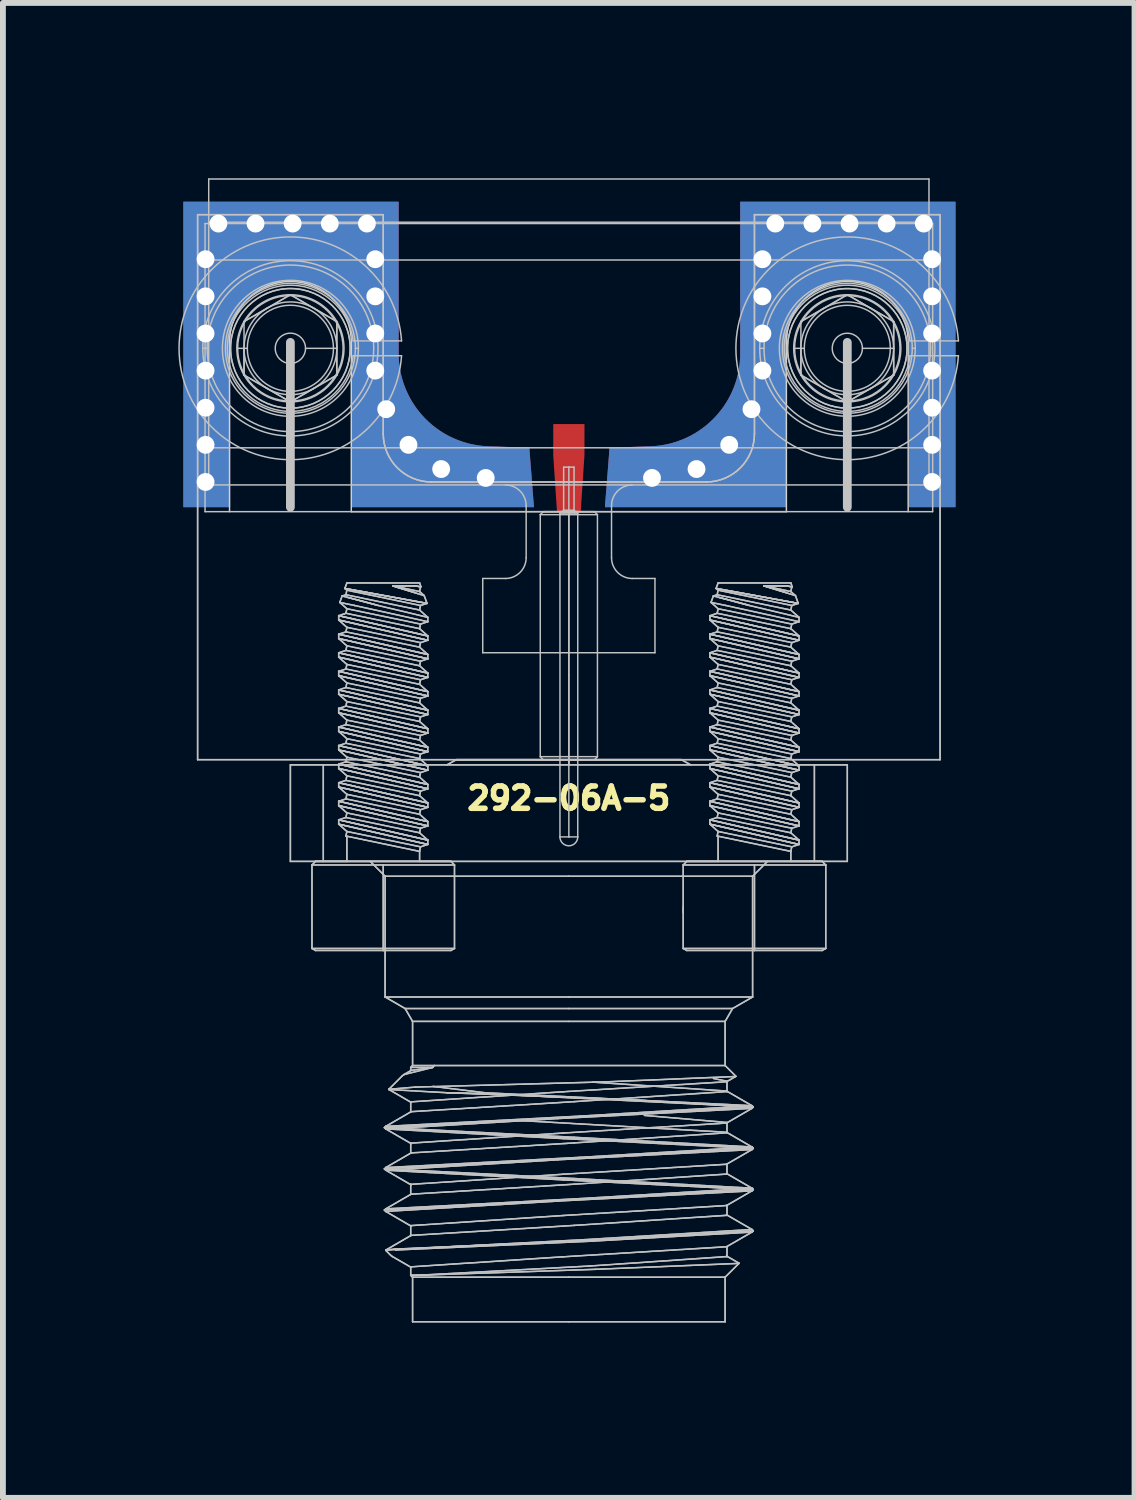
<source format=kicad_pcb>
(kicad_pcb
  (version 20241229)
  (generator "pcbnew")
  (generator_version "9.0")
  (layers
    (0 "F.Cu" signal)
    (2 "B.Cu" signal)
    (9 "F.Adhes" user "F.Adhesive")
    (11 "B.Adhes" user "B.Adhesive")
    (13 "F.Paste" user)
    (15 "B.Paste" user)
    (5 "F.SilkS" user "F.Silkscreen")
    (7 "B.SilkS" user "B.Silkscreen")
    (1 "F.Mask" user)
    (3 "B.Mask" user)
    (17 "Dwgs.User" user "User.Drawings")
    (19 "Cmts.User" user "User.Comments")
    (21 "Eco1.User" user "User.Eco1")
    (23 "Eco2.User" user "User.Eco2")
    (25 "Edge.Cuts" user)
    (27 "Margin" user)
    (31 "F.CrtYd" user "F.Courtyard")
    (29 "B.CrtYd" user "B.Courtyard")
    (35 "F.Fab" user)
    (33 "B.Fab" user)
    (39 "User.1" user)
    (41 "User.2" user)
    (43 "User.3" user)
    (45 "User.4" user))
  (footprint "292-06A-5"
    (layer "F.Cu")
    (at 6.68 5.702)
    (property "Reference" "292-06A-5" (at 0 4.902 180) (layer "F.SilkS") (effects (font (size 0.381 0.381) (thickness 0.095))))
    (attr through_hole)
    (fp_poly (pts (xy 0.98 -1.1) (xy -0.92 -1.1) (xy -0.92 0) (xy 0.98 0)) (stroke (width 0) (type solid)) (fill yes) (layer "F.Mask"))
    (fp_line (start -6.35 -5.08) (end -6.35 4.242) (stroke (width 0.025) (type solid)) (layer "Dwgs.User"))
    (fp_line (start -6.35 -5.08) (end -6.35 4.242) (stroke (width 0.025) (type solid)) (layer "Dwgs.User"))
    (fp_line (start -6.223 -4.928) (end -6.223 0) (stroke (width 0.025) (type solid)) (layer "Dwgs.User"))
    (fp_line (start -6.223 0) (end 6.223 0) (stroke (width 0.025) (type solid)) (layer "Dwgs.User"))
    (fp_line (start -6.187 -2.794) (end -6.261 -2.794) (stroke (width 0.025) (type solid)) (layer "Dwgs.User"))
    (fp_line (start -6.16 -5.69) (end -6.16 -4.951) (stroke (width 0.025) (type solid)) (layer "Dwgs.User"))
    (fp_line (start -6.16 -4.951) (end -6.16 -4.305) (stroke (width 0.025) (type solid)) (layer "Dwgs.User"))
    (fp_line (start -6.16 -4.305) (end -6.16 -1.092) (stroke (width 0.025) (type solid)) (layer "Dwgs.User"))
    (fp_line (start -6.16 -4.305) (end 6.16 -4.305) (stroke (width 0.025) (type solid)) (layer "Dwgs.User"))
    (fp_line (start -6.16 -1.092) (end -6.16 -0.457) (stroke (width 0.025) (type solid)) (layer "Dwgs.User"))
    (fp_line (start -6.16 -1.092) (end 6.16 -1.092) (stroke (width 0.025) (type solid)) (layer "Dwgs.User"))
    (fp_line (start -6.16 -0.457) (end 6.16 -0.457) (stroke (width 0.025) (type solid)) (layer "Dwgs.User"))
    (fp_line (start -5.556 -3.252) (end -5.556 -2.336) (stroke (width 0.025) (type solid)) (layer "Dwgs.User"))
    (fp_line (start -5.556 -3.252) (end -5.159 -3.481) (stroke (width 0.025) (type solid)) (layer "Dwgs.User"))
    (fp_line (start -5.556 -2.336) (end -5.556 -2.794) (stroke (width 0.025) (type solid)) (layer "Dwgs.User"))
    (fp_line (start -5.556 -2.336) (end -4.763 -1.877) (stroke (width 0.025) (type solid)) (layer "Dwgs.User"))
    (fp_line (start -5.499 -2.794) (end -5.664 -2.794) (stroke (width 0.025) (type solid)) (layer "Dwgs.User"))
    (fp_line (start -5.159 -3.481) (end -4.763 -3.711) (stroke (width 0.025) (type solid)) (layer "Dwgs.User"))
    (fp_line (start -5.159 -2.107) (end -5.556 -2.336) (stroke (width 0.025) (type solid)) (layer "Dwgs.User"))
    (fp_line (start -4.763 -3.711) (end -5.556 -3.252) (stroke (width 0.025) (type solid)) (layer "Dwgs.User"))
    (fp_line (start -4.763 -3.711) (end -4.366 -3.481) (stroke (width 0.025) (type solid)) (layer "Dwgs.User"))
    (fp_line (start -4.763 -1.877) (end -5.159 -2.107) (stroke (width 0.025) (type solid)) (layer "Dwgs.User"))
    (fp_line (start -4.763 -1.877) (end -3.969 -2.336) (stroke (width 0.025) (type solid)) (layer "Dwgs.User"))
    (fp_line (start -4.763 -0.076) (end -4.763 -2.896) (stroke (width 0.15) (type solid)) (layer "Dwgs.User"))
    (fp_line (start -4.763 4.331) (end -4.2 4.331) (stroke (width 0.025) (type solid)) (layer "Dwgs.User"))
    (fp_line (start -4.763 4.331) (end -4.2 4.331) (stroke (width 0.025) (type solid)) (layer "Dwgs.User"))
    (fp_line (start -4.763 5.982) (end -4.763 4.331) (stroke (width 0.025) (type solid)) (layer "Dwgs.User"))
    (fp_line (start -4.763 5.982) (end -4.763 4.331) (stroke (width 0.025) (type solid)) (layer "Dwgs.User"))
    (fp_line (start -4.763 5.982) (end -4.2 5.982) (stroke (width 0.025) (type solid)) (layer "Dwgs.User"))
    (fp_line (start -4.763 5.982) (end -4.2 5.982) (stroke (width 0.025) (type solid)) (layer "Dwgs.User"))
    (fp_line (start -4.504 -2.794) (end -3.969 -2.794) (stroke (width 0.025) (type solid)) (layer "Dwgs.User"))
    (fp_line (start -4.394 6.043) (end -4.394 7.471) (stroke (width 0.025) (type solid)) (layer "Dwgs.User"))
    (fp_line (start -4.394 6.043) (end -4.394 7.471) (stroke (width 0.025) (type solid)) (layer "Dwgs.User"))
    (fp_line (start -4.394 6.043) (end -4.333 5.982) (stroke (width 0.025) (type solid)) (layer "Dwgs.User"))
    (fp_line (start -4.394 6.043) (end -4.333 5.982) (stroke (width 0.025) (type solid)) (layer "Dwgs.User"))
    (fp_line (start -4.394 7.471) (end -3.175 7.471) (stroke (width 0.025) (type solid)) (layer "Dwgs.User"))
    (fp_line (start -4.394 7.471) (end -3.175 7.471) (stroke (width 0.025) (type solid)) (layer "Dwgs.User"))
    (fp_line (start -4.366 -3.481) (end -3.969 -3.252) (stroke (width 0.025) (type solid)) (layer "Dwgs.User"))
    (fp_line (start -4.366 -2.107) (end -4.763 -1.877) (stroke (width 0.025) (type solid)) (layer "Dwgs.User"))
    (fp_line (start -4.333 5.982) (end -2.017 5.982) (stroke (width 0.025) (type solid)) (layer "Dwgs.User"))
    (fp_line (start -4.333 5.982) (end -2.017 5.982) (stroke (width 0.025) (type solid)) (layer "Dwgs.User"))
    (fp_line (start -4.333 7.506) (end -4.394 7.471) (stroke (width 0.025) (type solid)) (layer "Dwgs.User"))
    (fp_line (start -4.333 7.506) (end -4.394 7.471) (stroke (width 0.025) (type solid)) (layer "Dwgs.User"))
    (fp_line (start -4.2 4.331) (end 4.2 4.331) (stroke (width 0.025) (type solid)) (layer "Dwgs.User"))
    (fp_line (start -4.2 4.331) (end 4.2 4.331) (stroke (width 0.025) (type solid)) (layer "Dwgs.User"))
    (fp_line (start -4.2 5.982) (end -4.2 4.331) (stroke (width 0.025) (type solid)) (layer "Dwgs.User"))
    (fp_line (start -4.2 5.982) (end -4.2 4.331) (stroke (width 0.025) (type solid)) (layer "Dwgs.User"))
    (fp_line (start -4.2 5.982) (end 4.2 5.982) (stroke (width 0.025) (type solid)) (layer "Dwgs.User"))
    (fp_line (start -4.2 5.982) (end 4.2 5.982) (stroke (width 0.025) (type solid)) (layer "Dwgs.User"))
    (fp_line (start -3.969 -3.252) (end -4.763 -3.711) (stroke (width 0.025) (type solid)) (layer "Dwgs.User"))
    (fp_line (start -3.969 -3.252) (end -3.969 -2.794) (stroke (width 0.025) (type solid)) (layer "Dwgs.User"))
    (fp_line (start -3.969 -2.794) (end -3.969 -2.336) (stroke (width 0.025) (type solid)) (layer "Dwgs.User"))
    (fp_line (start -3.969 -2.336) (end -4.366 -2.107) (stroke (width 0.025) (type solid)) (layer "Dwgs.User"))
    (fp_line (start -3.969 -2.336) (end -3.969 -3.252) (stroke (width 0.025) (type solid)) (layer "Dwgs.User"))
    (fp_line (start -3.937 1.779) (end -3.937 1.853) (stroke (width 0.025) (type solid)) (layer "Dwgs.User"))
    (fp_line (start -3.937 1.779) (end -3.937 1.853) (stroke (width 0.025) (type solid)) (layer "Dwgs.User"))
    (fp_line (start -3.937 1.779) (end -2.413 2.126) (stroke (width 0.025) (type solid)) (layer "Dwgs.User"))
    (fp_line (start -3.937 1.779) (end -2.413 2.126) (stroke (width 0.025) (type solid)) (layer "Dwgs.User"))
    (fp_line (start -3.937 1.853) (end -2.413 2.2) (stroke (width 0.025) (type solid)) (layer "Dwgs.User"))
    (fp_line (start -3.937 1.853) (end -2.413 2.2) (stroke (width 0.025) (type solid)) (layer "Dwgs.User"))
    (fp_line (start -3.937 2.096) (end -3.937 2.17) (stroke (width 0.025) (type solid)) (layer "Dwgs.User"))
    (fp_line (start -3.937 2.096) (end -3.937 2.17) (stroke (width 0.025) (type solid)) (layer "Dwgs.User"))
    (fp_line (start -3.937 2.096) (end -2.413 2.443) (stroke (width 0.025) (type solid)) (layer "Dwgs.User"))
    (fp_line (start -3.937 2.096) (end -2.413 2.443) (stroke (width 0.025) (type solid)) (layer "Dwgs.User"))
    (fp_line (start -3.937 2.17) (end -2.413 2.517) (stroke (width 0.025) (type solid)) (layer "Dwgs.User"))
    (fp_line (start -3.937 2.17) (end -2.413 2.517) (stroke (width 0.025) (type solid)) (layer "Dwgs.User"))
    (fp_line (start -3.937 2.414) (end -3.937 2.488) (stroke (width 0.025) (type solid)) (layer "Dwgs.User"))
    (fp_line (start -3.937 2.414) (end -3.937 2.488) (stroke (width 0.025) (type solid)) (layer "Dwgs.User"))
    (fp_line (start -3.937 2.414) (end -2.413 2.761) (stroke (width 0.025) (type solid)) (layer "Dwgs.User"))
    (fp_line (start -3.937 2.414) (end -2.413 2.761) (stroke (width 0.025) (type solid)) (layer "Dwgs.User"))
    (fp_line (start -3.937 2.488) (end -2.413 2.835) (stroke (width 0.025) (type solid)) (layer "Dwgs.User"))
    (fp_line (start -3.937 2.488) (end -2.413 2.835) (stroke (width 0.025) (type solid)) (layer "Dwgs.User"))
    (fp_line (start -3.937 2.731) (end -3.937 2.805) (stroke (width 0.025) (type solid)) (layer "Dwgs.User"))
    (fp_line (start -3.937 2.731) (end -3.937 2.805) (stroke (width 0.025) (type solid)) (layer "Dwgs.User"))
    (fp_line (start -3.937 2.731) (end -2.413 3.078) (stroke (width 0.025) (type solid)) (layer "Dwgs.User"))
    (fp_line (start -3.937 2.731) (end -2.413 3.078) (stroke (width 0.025) (type solid)) (layer "Dwgs.User"))
    (fp_line (start -3.937 2.805) (end -2.413 3.152) (stroke (width 0.025) (type solid)) (layer "Dwgs.User"))
    (fp_line (start -3.937 2.805) (end -2.413 3.152) (stroke (width 0.025) (type solid)) (layer "Dwgs.User"))
    (fp_line (start -3.937 3.049) (end -3.937 3.123) (stroke (width 0.025) (type solid)) (layer "Dwgs.User"))
    (fp_line (start -3.937 3.049) (end -3.937 3.123) (stroke (width 0.025) (type solid)) (layer "Dwgs.User"))
    (fp_line (start -3.937 3.049) (end -2.413 3.396) (stroke (width 0.025) (type solid)) (layer "Dwgs.User"))
    (fp_line (start -3.937 3.049) (end -2.413 3.396) (stroke (width 0.025) (type solid)) (layer "Dwgs.User"))
    (fp_line (start -3.937 3.123) (end -2.413 3.47) (stroke (width 0.025) (type solid)) (layer "Dwgs.User"))
    (fp_line (start -3.937 3.123) (end -2.413 3.47) (stroke (width 0.025) (type solid)) (layer "Dwgs.User"))
    (fp_line (start -3.937 3.366) (end -3.937 3.44) (stroke (width 0.025) (type solid)) (layer "Dwgs.User"))
    (fp_line (start -3.937 3.366) (end -3.937 3.44) (stroke (width 0.025) (type solid)) (layer "Dwgs.User"))
    (fp_line (start -3.937 3.366) (end -2.413 3.713) (stroke (width 0.025) (type solid)) (layer "Dwgs.User"))
    (fp_line (start -3.937 3.366) (end -2.413 3.713) (stroke (width 0.025) (type solid)) (layer "Dwgs.User"))
    (fp_line (start -3.937 3.44) (end -2.413 3.787) (stroke (width 0.025) (type solid)) (layer "Dwgs.User"))
    (fp_line (start -3.937 3.44) (end -2.413 3.787) (stroke (width 0.025) (type solid)) (layer "Dwgs.User"))
    (fp_line (start -3.937 3.684) (end -3.937 3.758) (stroke (width 0.025) (type solid)) (layer "Dwgs.User"))
    (fp_line (start -3.937 3.684) (end -3.937 3.758) (stroke (width 0.025) (type solid)) (layer "Dwgs.User"))
    (fp_line (start -3.937 3.684) (end -2.413 4.031) (stroke (width 0.025) (type solid)) (layer "Dwgs.User"))
    (fp_line (start -3.937 3.684) (end -2.413 4.031) (stroke (width 0.025) (type solid)) (layer "Dwgs.User"))
    (fp_line (start -3.937 3.758) (end -2.413 4.105) (stroke (width 0.025) (type solid)) (layer "Dwgs.User"))
    (fp_line (start -3.937 3.758) (end -2.413 4.105) (stroke (width 0.025) (type solid)) (layer "Dwgs.User"))
    (fp_line (start -3.937 4.001) (end -3.937 4.075) (stroke (width 0.025) (type solid)) (layer "Dwgs.User"))
    (fp_line (start -3.937 4.001) (end -3.937 4.075) (stroke (width 0.025) (type solid)) (layer "Dwgs.User"))
    (fp_line (start -3.937 4.001) (end -2.413 4.348) (stroke (width 0.025) (type solid)) (layer "Dwgs.User"))
    (fp_line (start -3.937 4.001) (end -2.413 4.348) (stroke (width 0.025) (type solid)) (layer "Dwgs.User"))
    (fp_line (start -3.937 4.075) (end -2.413 4.422) (stroke (width 0.025) (type solid)) (layer "Dwgs.User"))
    (fp_line (start -3.937 4.075) (end -2.413 4.422) (stroke (width 0.025) (type solid)) (layer "Dwgs.User"))
    (fp_line (start -3.937 4.319) (end -3.937 4.393) (stroke (width 0.025) (type solid)) (layer "Dwgs.User"))
    (fp_line (start -3.937 4.319) (end -3.937 4.393) (stroke (width 0.025) (type solid)) (layer "Dwgs.User"))
    (fp_line (start -3.937 4.319) (end -2.413 4.666) (stroke (width 0.025) (type solid)) (layer "Dwgs.User"))
    (fp_line (start -3.937 4.319) (end -2.413 4.666) (stroke (width 0.025) (type solid)) (layer "Dwgs.User"))
    (fp_line (start -3.937 4.393) (end -2.413 4.74) (stroke (width 0.025) (type solid)) (layer "Dwgs.User"))
    (fp_line (start -3.937 4.393) (end -2.413 4.74) (stroke (width 0.025) (type solid)) (layer "Dwgs.User"))
    (fp_line (start -3.937 4.636) (end -3.937 4.71) (stroke (width 0.025) (type solid)) (layer "Dwgs.User"))
    (fp_line (start -3.937 4.636) (end -3.937 4.71) (stroke (width 0.025) (type solid)) (layer "Dwgs.User"))
    (fp_line (start -3.937 4.636) (end -2.413 4.983) (stroke (width 0.025) (type solid)) (layer "Dwgs.User"))
    (fp_line (start -3.937 4.636) (end -2.413 4.983) (stroke (width 0.025) (type solid)) (layer "Dwgs.User"))
    (fp_line (start -3.937 4.71) (end -2.413 5.057) (stroke (width 0.025) (type solid)) (layer "Dwgs.User"))
    (fp_line (start -3.937 4.71) (end -2.413 5.057) (stroke (width 0.025) (type solid)) (layer "Dwgs.User"))
    (fp_line (start -3.937 4.954) (end -3.937 5.028) (stroke (width 0.025) (type solid)) (layer "Dwgs.User"))
    (fp_line (start -3.937 4.954) (end -3.937 5.028) (stroke (width 0.025) (type solid)) (layer "Dwgs.User"))
    (fp_line (start -3.937 4.954) (end -2.413 5.301) (stroke (width 0.025) (type solid)) (layer "Dwgs.User"))
    (fp_line (start -3.937 4.954) (end -2.413 5.301) (stroke (width 0.025) (type solid)) (layer "Dwgs.User"))
    (fp_line (start -3.937 5.028) (end -2.413 5.375) (stroke (width 0.025) (type solid)) (layer "Dwgs.User"))
    (fp_line (start -3.937 5.028) (end -2.413 5.375) (stroke (width 0.025) (type solid)) (layer "Dwgs.User"))
    (fp_line (start -3.937 5.271) (end -3.937 5.345) (stroke (width 0.025) (type solid)) (layer "Dwgs.User"))
    (fp_line (start -3.937 5.271) (end -3.937 5.345) (stroke (width 0.025) (type solid)) (layer "Dwgs.User"))
    (fp_line (start -3.937 5.271) (end -2.413 5.618) (stroke (width 0.025) (type solid)) (layer "Dwgs.User"))
    (fp_line (start -3.937 5.271) (end -2.413 5.618) (stroke (width 0.025) (type solid)) (layer "Dwgs.User"))
    (fp_line (start -3.937 5.345) (end -2.413 5.692) (stroke (width 0.025) (type solid)) (layer "Dwgs.User"))
    (fp_line (start -3.937 5.345) (end -2.413 5.692) (stroke (width 0.025) (type solid)) (layer "Dwgs.User"))
    (fp_line (start -3.878 1.442) (end -3.918 1.552) (stroke (width 0.025) (type solid)) (layer "Dwgs.User"))
    (fp_line (start -3.878 1.442) (end -3.918 1.552) (stroke (width 0.025) (type solid)) (layer "Dwgs.User"))
    (fp_line (start -3.878 1.442) (end -3.264 1.604) (stroke (width 0.025) (type solid)) (layer "Dwgs.User"))
    (fp_line (start -3.878 1.442) (end -3.264 1.604) (stroke (width 0.025) (type solid)) (layer "Dwgs.User"))
    (fp_line (start -3.846 1.759) (end -3.846 1.759) (stroke (width 0.025) (type solid)) (layer "Dwgs.User"))
    (fp_line (start -3.831 1.313) (end -2.426 1.569) (stroke (width 0.025) (type solid)) (layer "Dwgs.User"))
    (fp_line (start -3.831 1.313) (end -2.426 1.569) (stroke (width 0.025) (type solid)) (layer "Dwgs.User"))
    (fp_line (start -3.813 1.421) (end -3.878 1.442) (stroke (width 0.025) (type solid)) (layer "Dwgs.User"))
    (fp_line (start -3.813 1.421) (end -3.878 1.442) (stroke (width 0.025) (type solid)) (layer "Dwgs.User"))
    (fp_line (start -3.813 1.421) (end -3.797 1.343) (stroke (width 0.025) (type solid)) (layer "Dwgs.User"))
    (fp_line (start -3.813 1.421) (end -3.797 1.343) (stroke (width 0.025) (type solid)) (layer "Dwgs.User"))
    (fp_line (start -3.813 1.738) (end -3.937 1.779) (stroke (width 0.025) (type solid)) (layer "Dwgs.User"))
    (fp_line (start -3.813 1.738) (end -3.937 1.779) (stroke (width 0.025) (type solid)) (layer "Dwgs.User"))
    (fp_line (start -3.813 1.738) (end -3.797 1.66) (stroke (width 0.025) (type solid)) (layer "Dwgs.User"))
    (fp_line (start -3.813 1.738) (end -3.797 1.66) (stroke (width 0.025) (type solid)) (layer "Dwgs.User"))
    (fp_line (start -3.813 2.056) (end -3.937 2.096) (stroke (width 0.025) (type solid)) (layer "Dwgs.User"))
    (fp_line (start -3.813 2.056) (end -3.937 2.096) (stroke (width 0.025) (type solid)) (layer "Dwgs.User"))
    (fp_line (start -3.813 2.056) (end -3.797 1.978) (stroke (width 0.025) (type solid)) (layer "Dwgs.User"))
    (fp_line (start -3.813 2.056) (end -3.797 1.978) (stroke (width 0.025) (type solid)) (layer "Dwgs.User"))
    (fp_line (start -3.813 2.373) (end -3.937 2.414) (stroke (width 0.025) (type solid)) (layer "Dwgs.User"))
    (fp_line (start -3.813 2.373) (end -3.937 2.414) (stroke (width 0.025) (type solid)) (layer "Dwgs.User"))
    (fp_line (start -3.813 2.373) (end -3.797 2.295) (stroke (width 0.025) (type solid)) (layer "Dwgs.User"))
    (fp_line (start -3.813 2.373) (end -3.797 2.295) (stroke (width 0.025) (type solid)) (layer "Dwgs.User"))
    (fp_line (start -3.813 2.691) (end -3.937 2.731) (stroke (width 0.025) (type solid)) (layer "Dwgs.User"))
    (fp_line (start -3.813 2.691) (end -3.937 2.731) (stroke (width 0.025) (type solid)) (layer "Dwgs.User"))
    (fp_line (start -3.813 2.691) (end -3.797 2.613) (stroke (width 0.025) (type solid)) (layer "Dwgs.User"))
    (fp_line (start -3.813 2.691) (end -3.797 2.613) (stroke (width 0.025) (type solid)) (layer "Dwgs.User"))
    (fp_line (start -3.813 3.008) (end -3.937 3.049) (stroke (width 0.025) (type solid)) (layer "Dwgs.User"))
    (fp_line (start -3.813 3.008) (end -3.937 3.049) (stroke (width 0.025) (type solid)) (layer "Dwgs.User"))
    (fp_line (start -3.813 3.008) (end -3.797 2.93) (stroke (width 0.025) (type solid)) (layer "Dwgs.User"))
    (fp_line (start -3.813 3.008) (end -3.797 2.93) (stroke (width 0.025) (type solid)) (layer "Dwgs.User"))
    (fp_line (start -3.813 3.326) (end -3.937 3.366) (stroke (width 0.025) (type solid)) (layer "Dwgs.User"))
    (fp_line (start -3.813 3.326) (end -3.937 3.366) (stroke (width 0.025) (type solid)) (layer "Dwgs.User"))
    (fp_line (start -3.813 3.326) (end -3.797 3.248) (stroke (width 0.025) (type solid)) (layer "Dwgs.User"))
    (fp_line (start -3.813 3.326) (end -3.797 3.248) (stroke (width 0.025) (type solid)) (layer "Dwgs.User"))
    (fp_line (start -3.813 3.643) (end -3.937 3.684) (stroke (width 0.025) (type solid)) (layer "Dwgs.User"))
    (fp_line (start -3.813 3.643) (end -3.937 3.684) (stroke (width 0.025) (type solid)) (layer "Dwgs.User"))
    (fp_line (start -3.813 3.643) (end -3.797 3.565) (stroke (width 0.025) (type solid)) (layer "Dwgs.User"))
    (fp_line (start -3.813 3.643) (end -3.797 3.565) (stroke (width 0.025) (type solid)) (layer "Dwgs.User"))
    (fp_line (start -3.813 3.961) (end -3.937 4.001) (stroke (width 0.025) (type solid)) (layer "Dwgs.User"))
    (fp_line (start -3.813 3.961) (end -3.937 4.001) (stroke (width 0.025) (type solid)) (layer "Dwgs.User"))
    (fp_line (start -3.813 3.961) (end -3.797 3.883) (stroke (width 0.025) (type solid)) (layer "Dwgs.User"))
    (fp_line (start -3.813 3.961) (end -3.797 3.883) (stroke (width 0.025) (type solid)) (layer "Dwgs.User"))
    (fp_line (start -3.813 4.278) (end -3.937 4.319) (stroke (width 0.025) (type solid)) (layer "Dwgs.User"))
    (fp_line (start -3.813 4.278) (end -3.937 4.319) (stroke (width 0.025) (type solid)) (layer "Dwgs.User"))
    (fp_line (start -3.813 4.278) (end -3.797 4.2) (stroke (width 0.025) (type solid)) (layer "Dwgs.User"))
    (fp_line (start -3.813 4.278) (end -3.797 4.2) (stroke (width 0.025) (type solid)) (layer "Dwgs.User"))
    (fp_line (start -3.813 4.596) (end -3.937 4.636) (stroke (width 0.025) (type solid)) (layer "Dwgs.User"))
    (fp_line (start -3.813 4.596) (end -3.937 4.636) (stroke (width 0.025) (type solid)) (layer "Dwgs.User"))
    (fp_line (start -3.813 4.596) (end -3.797 4.518) (stroke (width 0.025) (type solid)) (layer "Dwgs.User"))
    (fp_line (start -3.813 4.596) (end -3.797 4.518) (stroke (width 0.025) (type solid)) (layer "Dwgs.User"))
    (fp_line (start -3.813 4.913) (end -3.937 4.954) (stroke (width 0.025) (type solid)) (layer "Dwgs.User"))
    (fp_line (start -3.813 4.913) (end -3.937 4.954) (stroke (width 0.025) (type solid)) (layer "Dwgs.User"))
    (fp_line (start -3.813 4.913) (end -3.797 4.835) (stroke (width 0.025) (type solid)) (layer "Dwgs.User"))
    (fp_line (start -3.813 4.913) (end -3.797 4.835) (stroke (width 0.025) (type solid)) (layer "Dwgs.User"))
    (fp_line (start -3.813 5.231) (end -3.937 5.271) (stroke (width 0.025) (type solid)) (layer "Dwgs.User"))
    (fp_line (start -3.813 5.231) (end -3.937 5.271) (stroke (width 0.025) (type solid)) (layer "Dwgs.User"))
    (fp_line (start -3.813 5.231) (end -3.797 5.153) (stroke (width 0.025) (type solid)) (layer "Dwgs.User"))
    (fp_line (start -3.813 5.231) (end -3.797 5.153) (stroke (width 0.025) (type solid)) (layer "Dwgs.User"))
    (fp_line (start -3.813 5.548) (end -3.797 5.47) (stroke (width 0.025) (type solid)) (layer "Dwgs.User"))
    (fp_line (start -3.813 5.548) (end -3.797 5.47) (stroke (width 0.025) (type solid)) (layer "Dwgs.User"))
    (fp_line (start -3.797 1.219) (end -3.831 1.313) (stroke (width 0.025) (type solid)) (layer "Dwgs.User"))
    (fp_line (start -3.797 1.219) (end -3.831 1.313) (stroke (width 0.025) (type solid)) (layer "Dwgs.User"))
    (fp_line (start -3.797 1.219) (end -2.553 1.219) (stroke (width 0.025) (type solid)) (layer "Dwgs.User"))
    (fp_line (start -3.797 1.219) (end -2.553 1.219) (stroke (width 0.025) (type solid)) (layer "Dwgs.User"))
    (fp_line (start -3.797 1.343) (end -3.831 1.313) (stroke (width 0.025) (type solid)) (layer "Dwgs.User"))
    (fp_line (start -3.797 1.343) (end -3.831 1.313) (stroke (width 0.025) (type solid)) (layer "Dwgs.User"))
    (fp_line (start -3.797 1.343) (end -2.537 1.605) (stroke (width 0.025) (type solid)) (layer "Dwgs.User"))
    (fp_line (start -3.797 1.343) (end -2.537 1.605) (stroke (width 0.025) (type solid)) (layer "Dwgs.User"))
    (fp_line (start -3.797 1.66) (end -3.918 1.552) (stroke (width 0.025) (type solid)) (layer "Dwgs.User"))
    (fp_line (start -3.797 1.66) (end -3.918 1.552) (stroke (width 0.025) (type solid)) (layer "Dwgs.User"))
    (fp_line (start -3.797 1.66) (end -2.537 1.923) (stroke (width 0.025) (type solid)) (layer "Dwgs.User"))
    (fp_line (start -3.797 1.66) (end -2.537 1.923) (stroke (width 0.025) (type solid)) (layer "Dwgs.User"))
    (fp_line (start -3.797 1.978) (end -3.937 1.853) (stroke (width 0.025) (type solid)) (layer "Dwgs.User"))
    (fp_line (start -3.797 1.978) (end -3.937 1.853) (stroke (width 0.025) (type solid)) (layer "Dwgs.User"))
    (fp_line (start -3.797 1.978) (end -2.537 2.24) (stroke (width 0.025) (type solid)) (layer "Dwgs.User"))
    (fp_line (start -3.797 1.978) (end -2.537 2.24) (stroke (width 0.025) (type solid)) (layer "Dwgs.User"))
    (fp_line (start -3.797 2.295) (end -3.937 2.17) (stroke (width 0.025) (type solid)) (layer "Dwgs.User"))
    (fp_line (start -3.797 2.295) (end -3.937 2.17) (stroke (width 0.025) (type solid)) (layer "Dwgs.User"))
    (fp_line (start -3.797 2.295) (end -2.537 2.558) (stroke (width 0.025) (type solid)) (layer "Dwgs.User"))
    (fp_line (start -3.797 2.295) (end -2.537 2.558) (stroke (width 0.025) (type solid)) (layer "Dwgs.User"))
    (fp_line (start -3.797 2.613) (end -3.937 2.488) (stroke (width 0.025) (type solid)) (layer "Dwgs.User"))
    (fp_line (start -3.797 2.613) (end -3.937 2.488) (stroke (width 0.025) (type solid)) (layer "Dwgs.User"))
    (fp_line (start -3.797 2.613) (end -2.537 2.875) (stroke (width 0.025) (type solid)) (layer "Dwgs.User"))
    (fp_line (start -3.797 2.613) (end -2.537 2.875) (stroke (width 0.025) (type solid)) (layer "Dwgs.User"))
    (fp_line (start -3.797 2.93) (end -3.937 2.805) (stroke (width 0.025) (type solid)) (layer "Dwgs.User"))
    (fp_line (start -3.797 2.93) (end -3.937 2.805) (stroke (width 0.025) (type solid)) (layer "Dwgs.User"))
    (fp_line (start -3.797 2.93) (end -2.537 3.193) (stroke (width 0.025) (type solid)) (layer "Dwgs.User"))
    (fp_line (start -3.797 2.93) (end -2.537 3.193) (stroke (width 0.025) (type solid)) (layer "Dwgs.User"))
    (fp_line (start -3.797 3.248) (end -3.937 3.123) (stroke (width 0.025) (type solid)) (layer "Dwgs.User"))
    (fp_line (start -3.797 3.248) (end -3.937 3.123) (stroke (width 0.025) (type solid)) (layer "Dwgs.User"))
    (fp_line (start -3.797 3.248) (end -2.537 3.51) (stroke (width 0.025) (type solid)) (layer "Dwgs.User"))
    (fp_line (start -3.797 3.248) (end -2.537 3.51) (stroke (width 0.025) (type solid)) (layer "Dwgs.User"))
    (fp_line (start -3.797 3.565) (end -3.937 3.44) (stroke (width 0.025) (type solid)) (layer "Dwgs.User"))
    (fp_line (start -3.797 3.565) (end -3.937 3.44) (stroke (width 0.025) (type solid)) (layer "Dwgs.User"))
    (fp_line (start -3.797 3.565) (end -2.537 3.828) (stroke (width 0.025) (type solid)) (layer "Dwgs.User"))
    (fp_line (start -3.797 3.565) (end -2.537 3.828) (stroke (width 0.025) (type solid)) (layer "Dwgs.User"))
    (fp_line (start -3.797 3.883) (end -3.937 3.758) (stroke (width 0.025) (type solid)) (layer "Dwgs.User"))
    (fp_line (start -3.797 3.883) (end -3.937 3.758) (stroke (width 0.025) (type solid)) (layer "Dwgs.User"))
    (fp_line (start -3.797 3.883) (end -2.537 4.145) (stroke (width 0.025) (type solid)) (layer "Dwgs.User"))
    (fp_line (start -3.797 3.883) (end -2.537 4.145) (stroke (width 0.025) (type solid)) (layer "Dwgs.User"))
    (fp_line (start -3.797 4.2) (end -3.937 4.075) (stroke (width 0.025) (type solid)) (layer "Dwgs.User"))
    (fp_line (start -3.797 4.2) (end -3.937 4.075) (stroke (width 0.025) (type solid)) (layer "Dwgs.User"))
    (fp_line (start -3.797 4.2) (end -2.537 4.463) (stroke (width 0.025) (type solid)) (layer "Dwgs.User"))
    (fp_line (start -3.797 4.2) (end -2.537 4.463) (stroke (width 0.025) (type solid)) (layer "Dwgs.User"))
    (fp_line (start -3.797 4.518) (end -3.937 4.393) (stroke (width 0.025) (type solid)) (layer "Dwgs.User"))
    (fp_line (start -3.797 4.518) (end -3.937 4.393) (stroke (width 0.025) (type solid)) (layer "Dwgs.User"))
    (fp_line (start -3.797 4.518) (end -2.537 4.78) (stroke (width 0.025) (type solid)) (layer "Dwgs.User"))
    (fp_line (start -3.797 4.518) (end -2.537 4.78) (stroke (width 0.025) (type solid)) (layer "Dwgs.User"))
    (fp_line (start -3.797 4.835) (end -3.937 4.71) (stroke (width 0.025) (type solid)) (layer "Dwgs.User"))
    (fp_line (start -3.797 4.835) (end -3.937 4.71) (stroke (width 0.025) (type solid)) (layer "Dwgs.User"))
    (fp_line (start -3.797 4.835) (end -2.537 5.098) (stroke (width 0.025) (type solid)) (layer "Dwgs.User"))
    (fp_line (start -3.797 4.835) (end -2.537 5.098) (stroke (width 0.025) (type solid)) (layer "Dwgs.User"))
    (fp_line (start -3.797 5.153) (end -3.937 5.028) (stroke (width 0.025) (type solid)) (layer "Dwgs.User"))
    (fp_line (start -3.797 5.153) (end -3.937 5.028) (stroke (width 0.025) (type solid)) (layer "Dwgs.User"))
    (fp_line (start -3.797 5.153) (end -2.537 5.415) (stroke (width 0.025) (type solid)) (layer "Dwgs.User"))
    (fp_line (start -3.797 5.153) (end -2.537 5.415) (stroke (width 0.025) (type solid)) (layer "Dwgs.User"))
    (fp_line (start -3.797 5.47) (end -3.937 5.345) (stroke (width 0.025) (type solid)) (layer "Dwgs.User"))
    (fp_line (start -3.797 5.47) (end -3.937 5.345) (stroke (width 0.025) (type solid)) (layer "Dwgs.User"))
    (fp_line (start -3.797 5.47) (end -2.537 5.733) (stroke (width 0.025) (type solid)) (layer "Dwgs.User"))
    (fp_line (start -3.797 5.47) (end -2.537 5.733) (stroke (width 0.025) (type solid)) (layer "Dwgs.User"))
    (fp_line (start -3.797 5.982) (end -4.333 5.982) (stroke (width 0.025) (type solid)) (layer "Dwgs.User"))
    (fp_line (start -3.797 5.982) (end -4.333 5.982) (stroke (width 0.025) (type solid)) (layer "Dwgs.User"))
    (fp_line (start -3.797 5.982) (end -3.797 5.551) (stroke (width 0.025) (type solid)) (layer "Dwgs.User"))
    (fp_line (start -3.797 5.982) (end -3.797 5.551) (stroke (width 0.025) (type solid)) (layer "Dwgs.User"))
    (fp_line (start -3.69 -2.667) (end -2.862 -2.667) (stroke (width 0.025) (type solid)) (layer "Dwgs.User"))
    (fp_line (start -3.668 1.604) (end -3.918 1.552) (stroke (width 0.025) (type solid)) (layer "Dwgs.User"))
    (fp_line (start -3.668 1.604) (end -3.918 1.552) (stroke (width 0.025) (type solid)) (layer "Dwgs.User"))
    (fp_line (start -3.668 1.604) (end -2.413 1.882) (stroke (width 0.025) (type solid)) (layer "Dwgs.User"))
    (fp_line (start -3.668 1.604) (end -2.413 1.882) (stroke (width 0.025) (type solid)) (layer "Dwgs.User"))
    (fp_line (start -3.651 -2.794) (end -3.6 -2.794) (stroke (width 0.025) (type solid)) (layer "Dwgs.User"))
    (fp_line (start -3.286 1.597) (end -3.788 1.464) (stroke (width 0.025) (type solid)) (layer "Dwgs.User"))
    (fp_line (start -3.286 1.597) (end -3.788 1.464) (stroke (width 0.025) (type solid)) (layer "Dwgs.User"))
    (fp_line (start -3.175 -5.08) (end -6.35 -5.08) (stroke (width 0.025) (type solid)) (layer "Dwgs.User"))
    (fp_line (start -3.175 -5.08) (end -6.35 -5.08) (stroke (width 0.025) (type solid)) (layer "Dwgs.User"))
    (fp_line (start -3.175 -5.08) (end -3.175 -1.333) (stroke (width 0.025) (type solid)) (layer "Dwgs.User"))
    (fp_line (start -3.175 -5.08) (end -3.175 -1.333) (stroke (width 0.025) (type solid)) (layer "Dwgs.User"))
    (fp_line (start -3.175 6.043) (end -4.394 6.043) (stroke (width 0.025) (type solid)) (layer "Dwgs.User"))
    (fp_line (start -3.175 6.043) (end -4.394 6.043) (stroke (width 0.025) (type solid)) (layer "Dwgs.User"))
    (fp_line (start -3.175 6.043) (end -3.175 7.471) (stroke (width 0.025) (type solid)) (layer "Dwgs.User"))
    (fp_line (start -3.175 6.043) (end -3.175 7.471) (stroke (width 0.025) (type solid)) (layer "Dwgs.User"))
    (fp_line (start -3.175 7.471) (end -1.956 7.471) (stroke (width 0.025) (type solid)) (layer "Dwgs.User"))
    (fp_line (start -3.175 7.471) (end -1.956 7.471) (stroke (width 0.025) (type solid)) (layer "Dwgs.User"))
    (fp_line (start -3.175 7.506) (end -4.333 7.506) (stroke (width 0.025) (type solid)) (layer "Dwgs.User"))
    (fp_line (start -3.175 7.506) (end -4.333 7.506) (stroke (width 0.025) (type solid)) (layer "Dwgs.User"))
    (fp_line (start -3.175 7.506) (end -3.175 7.471) (stroke (width 0.025) (type solid)) (layer "Dwgs.User"))
    (fp_line (start -3.175 7.506) (end -3.175 7.471) (stroke (width 0.025) (type solid)) (layer "Dwgs.User"))
    (fp_line (start -3.153 10.533) (end 0 10.36) (stroke (width 0.025) (type solid)) (layer "Dwgs.User"))
    (fp_line (start -3.153 10.533) (end 0 10.36) (stroke (width 0.025) (type solid)) (layer "Dwgs.User"))
    (fp_line (start -3.153 10.539) (end -3.153 10.533) (stroke (width 0.025) (type solid)) (layer "Dwgs.User"))
    (fp_line (start -3.153 10.539) (end -3.153 10.533) (stroke (width 0.025) (type solid)) (layer "Dwgs.User"))
    (fp_line (start -3.153 10.539) (end -3.132 10.558) (stroke (width 0.025) (type solid)) (layer "Dwgs.User"))
    (fp_line (start -3.153 10.539) (end -3.132 10.558) (stroke (width 0.025) (type solid)) (layer "Dwgs.User"))
    (fp_line (start -3.153 11.239) (end 0 11.065) (stroke (width 0.025) (type solid)) (layer "Dwgs.User"))
    (fp_line (start -3.153 11.239) (end 0 11.065) (stroke (width 0.025) (type solid)) (layer "Dwgs.User"))
    (fp_line (start -3.153 11.245) (end -3.153 11.239) (stroke (width 0.025) (type solid)) (layer "Dwgs.User"))
    (fp_line (start -3.153 11.245) (end -3.153 11.239) (stroke (width 0.025) (type solid)) (layer "Dwgs.User"))
    (fp_line (start -3.153 11.245) (end -3.132 11.264) (stroke (width 0.025) (type solid)) (layer "Dwgs.User"))
    (fp_line (start -3.153 11.245) (end -3.132 11.264) (stroke (width 0.025) (type solid)) (layer "Dwgs.User"))
    (fp_line (start -3.153 11.944) (end 0 11.771) (stroke (width 0.025) (type solid)) (layer "Dwgs.User"))
    (fp_line (start -3.153 11.944) (end 0 11.771) (stroke (width 0.025) (type solid)) (layer "Dwgs.User"))
    (fp_line (start -3.153 11.95) (end -3.153 11.944) (stroke (width 0.025) (type solid)) (layer "Dwgs.User"))
    (fp_line (start -3.153 11.95) (end -3.153 11.944) (stroke (width 0.025) (type solid)) (layer "Dwgs.User"))
    (fp_line (start -3.153 11.95) (end -3.132 11.969) (stroke (width 0.025) (type solid)) (layer "Dwgs.User"))
    (fp_line (start -3.153 11.95) (end -3.132 11.969) (stroke (width 0.025) (type solid)) (layer "Dwgs.User"))
    (fp_line (start -3.143 6.236) (end -3.397 5.982) (stroke (width 0.025) (type solid)) (layer "Dwgs.User"))
    (fp_line (start -3.143 6.236) (end -3.397 5.982) (stroke (width 0.025) (type solid)) (layer "Dwgs.User"))
    (fp_line (start -3.143 6.236) (end 0 6.236) (stroke (width 0.025) (type solid)) (layer "Dwgs.User"))
    (fp_line (start -3.143 6.236) (end 0 6.236) (stroke (width 0.025) (type solid)) (layer "Dwgs.User"))
    (fp_line (start -3.143 8.301) (end -3.143 6.236) (stroke (width 0.025) (type solid)) (layer "Dwgs.User"))
    (fp_line (start -3.143 8.301) (end -3.143 6.236) (stroke (width 0.025) (type solid)) (layer "Dwgs.User"))
    (fp_line (start -3.143 8.301) (end 0 8.301) (stroke (width 0.025) (type solid)) (layer "Dwgs.User"))
    (fp_line (start -3.143 8.301) (end 0 8.301) (stroke (width 0.025) (type solid)) (layer "Dwgs.User"))
    (fp_line (start -3.132 10.514) (end -3.153 10.533) (stroke (width 0.025) (type solid)) (layer "Dwgs.User"))
    (fp_line (start -3.132 10.514) (end -3.153 10.533) (stroke (width 0.025) (type solid)) (layer "Dwgs.User"))
    (fp_line (start -3.132 10.514) (end 0.191 10.339) (stroke (width 0.025) (type solid)) (layer "Dwgs.User"))
    (fp_line (start -3.132 10.514) (end 0.191 10.339) (stroke (width 0.025) (type solid)) (layer "Dwgs.User"))
    (fp_line (start -3.132 10.558) (end -2.698 10.809) (stroke (width 0.025) (type solid)) (layer "Dwgs.User"))
    (fp_line (start -3.132 10.558) (end -2.698 10.809) (stroke (width 0.025) (type solid)) (layer "Dwgs.User"))
    (fp_line (start -3.132 10.558) (end -0.191 10.381) (stroke (width 0.025) (type solid)) (layer "Dwgs.User"))
    (fp_line (start -3.132 10.558) (end -0.191 10.381) (stroke (width 0.025) (type solid)) (layer "Dwgs.User"))
    (fp_line (start -3.132 11.219) (end -3.153 11.239) (stroke (width 0.025) (type solid)) (layer "Dwgs.User"))
    (fp_line (start -3.132 11.219) (end -3.153 11.239) (stroke (width 0.025) (type solid)) (layer "Dwgs.User"))
    (fp_line (start -3.132 11.219) (end 0.191 11.044) (stroke (width 0.025) (type solid)) (layer "Dwgs.User"))
    (fp_line (start -3.132 11.219) (end 0.191 11.044) (stroke (width 0.025) (type solid)) (layer "Dwgs.User"))
    (fp_line (start -3.132 11.264) (end -2.698 11.515) (stroke (width 0.025) (type solid)) (layer "Dwgs.User"))
    (fp_line (start -3.132 11.264) (end -2.698 11.515) (stroke (width 0.025) (type solid)) (layer "Dwgs.User"))
    (fp_line (start -3.132 11.264) (end -0.191 11.086) (stroke (width 0.025) (type solid)) (layer "Dwgs.User"))
    (fp_line (start -3.132 11.264) (end -0.191 11.086) (stroke (width 0.025) (type solid)) (layer "Dwgs.User"))
    (fp_line (start -3.132 11.925) (end -3.153 11.944) (stroke (width 0.025) (type solid)) (layer "Dwgs.User"))
    (fp_line (start -3.132 11.925) (end -3.153 11.944) (stroke (width 0.025) (type solid)) (layer "Dwgs.User"))
    (fp_line (start -3.132 11.925) (end 0.191 11.75) (stroke (width 0.025) (type solid)) (layer "Dwgs.User"))
    (fp_line (start -3.132 11.925) (end 0.191 11.75) (stroke (width 0.025) (type solid)) (layer "Dwgs.User"))
    (fp_line (start -3.132 11.969) (end -2.698 12.221) (stroke (width 0.025) (type solid)) (layer "Dwgs.User"))
    (fp_line (start -3.132 11.969) (end -2.698 12.221) (stroke (width 0.025) (type solid)) (layer "Dwgs.User"))
    (fp_line (start -3.132 11.969) (end -0.191 11.792) (stroke (width 0.025) (type solid)) (layer "Dwgs.User"))
    (fp_line (start -3.132 11.969) (end -0.191 11.792) (stroke (width 0.025) (type solid)) (layer "Dwgs.User"))
    (fp_line (start -3.131 12.63) (end -3.132 12.635) (stroke (width 0.025) (type solid)) (layer "Dwgs.User"))
    (fp_line (start -3.131 12.63) (end -3.132 12.635) (stroke (width 0.025) (type solid)) (layer "Dwgs.User"))
    (fp_line (start -3.129 12.629) (end -3.131 12.63) (stroke (width 0.025) (type solid)) (layer "Dwgs.User"))
    (fp_line (start -3.129 12.629) (end -3.131 12.63) (stroke (width 0.025) (type solid)) (layer "Dwgs.User"))
    (fp_line (start -3.129 12.629) (end 0.21 12.455) (stroke (width 0.025) (type solid)) (layer "Dwgs.User"))
    (fp_line (start -3.129 12.629) (end 0.21 12.455) (stroke (width 0.025) (type solid)) (layer "Dwgs.User"))
    (fp_line (start -3.079 9.88) (end -2.619 9.842) (stroke (width 0.025) (type solid)) (layer "Dwgs.User"))
    (fp_line (start -3.079 9.88) (end -2.619 9.842) (stroke (width 0.025) (type solid)) (layer "Dwgs.User"))
    (fp_line (start -3.077 9.884) (end -3.079 9.88) (stroke (width 0.025) (type solid)) (layer "Dwgs.User"))
    (fp_line (start -3.077 9.884) (end -3.079 9.88) (stroke (width 0.025) (type solid)) (layer "Dwgs.User"))
    (fp_line (start -3.077 9.884) (end -2.698 10.104) (stroke (width 0.025) (type solid)) (layer "Dwgs.User"))
    (fp_line (start -3.077 9.884) (end -2.698 10.104) (stroke (width 0.025) (type solid)) (layer "Dwgs.User"))
    (fp_line (start -3.047 12.72) (end -3.132 12.635) (stroke (width 0.025) (type solid)) (layer "Dwgs.User"))
    (fp_line (start -3.047 12.72) (end -3.132 12.635) (stroke (width 0.025) (type solid)) (layer "Dwgs.User"))
    (fp_line (start -3.022 12.739) (end -2.698 12.926) (stroke (width 0.025) (type solid)) (layer "Dwgs.User"))
    (fp_line (start -3.022 12.739) (end -2.698 12.926) (stroke (width 0.025) (type solid)) (layer "Dwgs.User"))
    (fp_line (start -3.022 12.739) (end -3.047 12.72) (stroke (width 0.025) (type solid)) (layer "Dwgs.User"))
    (fp_line (start -3.022 12.739) (end -3.047 12.72) (stroke (width 0.025) (type solid)) (layer "Dwgs.User"))
    (fp_line (start -3.012 1.27) (end -2.622 1.27) (stroke (width 0.025) (type solid)) (layer "Dwgs.User"))
    (fp_line (start -3.012 1.27) (end -2.622 1.27) (stroke (width 0.025) (type solid)) (layer "Dwgs.User"))
    (fp_line (start -3.012 1.27) (end -2.474 1.436) (stroke (width 0.025) (type solid)) (layer "Dwgs.User"))
    (fp_line (start -3.012 1.27) (end -2.474 1.436) (stroke (width 0.025) (type solid)) (layer "Dwgs.User"))
    (fp_line (start -2.967 12.613) (end -3.129 12.629) (stroke (width 0.025) (type solid)) (layer "Dwgs.User"))
    (fp_line (start -2.967 12.613) (end -3.129 12.629) (stroke (width 0.025) (type solid)) (layer "Dwgs.User"))
    (fp_line (start -2.967 12.613) (end 0.483 12.46) (stroke (width 0.025) (type solid)) (layer "Dwgs.User"))
    (fp_line (start -2.967 12.613) (end 0.483 12.46) (stroke (width 0.025) (type solid)) (layer "Dwgs.User"))
    (fp_line (start -2.965 12.629) (end -2.967 12.613) (stroke (width 0.025) (type solid)) (layer "Dwgs.User"))
    (fp_line (start -2.965 12.629) (end -2.967 12.613) (stroke (width 0.025) (type solid)) (layer "Dwgs.User"))
    (fp_line (start -2.965 12.629) (end 0.403 12.477) (stroke (width 0.025) (type solid)) (layer "Dwgs.User"))
    (fp_line (start -2.965 12.629) (end 0.403 12.477) (stroke (width 0.025) (type solid)) (layer "Dwgs.User"))
    (fp_line (start -2.862 -2.921) (end -3.69 -2.921) (stroke (width 0.025) (type solid)) (layer "Dwgs.User"))
    (fp_line (start -2.847 9.648) (end -3.079 9.88) (stroke (width 0.025) (type solid)) (layer "Dwgs.User"))
    (fp_line (start -2.847 9.648) (end -3.079 9.88) (stroke (width 0.025) (type solid)) (layer "Dwgs.User"))
    (fp_line (start -2.82 9.628) (end -2.847 9.648) (stroke (width 0.025) (type solid)) (layer "Dwgs.User"))
    (fp_line (start -2.82 9.628) (end -2.847 9.648) (stroke (width 0.025) (type solid)) (layer "Dwgs.User"))
    (fp_line (start -2.8 8.499) (end -3.143 8.301) (stroke (width 0.025) (type solid)) (layer "Dwgs.User"))
    (fp_line (start -2.8 8.499) (end -3.143 8.301) (stroke (width 0.025) (type solid)) (layer "Dwgs.User"))
    (fp_line (start -2.8 8.499) (end -2.673 8.719) (stroke (width 0.025) (type solid)) (layer "Dwgs.User"))
    (fp_line (start -2.8 8.499) (end -2.673 8.719) (stroke (width 0.025) (type solid)) (layer "Dwgs.User"))
    (fp_line (start -2.705 9.506) (end -2.705 9.562) (stroke (width 0.025) (type solid)) (layer "Dwgs.User"))
    (fp_line (start -2.705 9.506) (end -2.705 9.562) (stroke (width 0.025) (type solid)) (layer "Dwgs.User"))
    (fp_line (start -2.705 10.095) (end -0.095 9.922) (stroke (width 0.025) (type solid)) (layer "Dwgs.User"))
    (fp_line (start -2.705 10.095) (end -0.095 9.922) (stroke (width 0.025) (type solid)) (layer "Dwgs.User"))
    (fp_line (start -2.705 10.095) (end -2.705 10.267) (stroke (width 0.025) (type solid)) (layer "Dwgs.User"))
    (fp_line (start -2.705 10.095) (end -2.705 10.267) (stroke (width 0.025) (type solid)) (layer "Dwgs.User"))
    (fp_line (start -2.705 10.801) (end -0.095 10.628) (stroke (width 0.025) (type solid)) (layer "Dwgs.User"))
    (fp_line (start -2.705 10.801) (end -0.095 10.628) (stroke (width 0.025) (type solid)) (layer "Dwgs.User"))
    (fp_line (start -2.705 10.801) (end -2.705 10.973) (stroke (width 0.025) (type solid)) (layer "Dwgs.User"))
    (fp_line (start -2.705 10.801) (end -2.705 10.973) (stroke (width 0.025) (type solid)) (layer "Dwgs.User"))
    (fp_line (start -2.705 11.506) (end -2.705 11.678) (stroke (width 0.025) (type solid)) (layer "Dwgs.User"))
    (fp_line (start -2.705 11.506) (end -2.705 11.678) (stroke (width 0.025) (type solid)) (layer "Dwgs.User"))
    (fp_line (start -2.705 11.506) (end -0.095 11.333) (stroke (width 0.025) (type solid)) (layer "Dwgs.User"))
    (fp_line (start -2.705 11.506) (end -0.095 11.333) (stroke (width 0.025) (type solid)) (layer "Dwgs.User"))
    (fp_line (start -2.705 12.212) (end -2.705 12.384) (stroke (width 0.025) (type solid)) (layer "Dwgs.User"))
    (fp_line (start -2.705 12.212) (end -2.705 12.384) (stroke (width 0.025) (type solid)) (layer "Dwgs.User"))
    (fp_line (start -2.705 12.212) (end -0.095 12.039) (stroke (width 0.025) (type solid)) (layer "Dwgs.User"))
    (fp_line (start -2.705 12.212) (end -0.095 12.039) (stroke (width 0.025) (type solid)) (layer "Dwgs.User"))
    (fp_line (start -2.705 12.917) (end -2.705 13.062) (stroke (width 0.025) (type solid)) (layer "Dwgs.User"))
    (fp_line (start -2.705 12.917) (end -2.705 13.062) (stroke (width 0.025) (type solid)) (layer "Dwgs.User"))
    (fp_line (start -2.705 12.917) (end -0.095 12.745) (stroke (width 0.025) (type solid)) (layer "Dwgs.User"))
    (fp_line (start -2.705 12.917) (end -0.095 12.745) (stroke (width 0.025) (type solid)) (layer "Dwgs.User"))
    (fp_line (start -2.705 13.062) (end -2.604 13.062) (stroke (width 0.025) (type solid)) (layer "Dwgs.User"))
    (fp_line (start -2.705 13.062) (end -2.604 13.062) (stroke (width 0.025) (type solid)) (layer "Dwgs.User"))
    (fp_line (start -2.698 9.557) (end -2.82 9.628) (stroke (width 0.025) (type solid)) (layer "Dwgs.User"))
    (fp_line (start -2.698 9.557) (end -2.82 9.628) (stroke (width 0.025) (type solid)) (layer "Dwgs.User"))
    (fp_line (start -2.698 9.557) (end -2.33 9.506) (stroke (width 0.025) (type solid)) (layer "Dwgs.User"))
    (fp_line (start -2.698 9.557) (end -2.33 9.506) (stroke (width 0.025) (type solid)) (layer "Dwgs.User"))
    (fp_line (start -2.698 10.104) (end -2.705 10.095) (stroke (width 0.025) (type solid)) (layer "Dwgs.User"))
    (fp_line (start -2.698 10.104) (end -2.705 10.095) (stroke (width 0.025) (type solid)) (layer "Dwgs.User"))
    (fp_line (start -2.698 10.263) (end -3.132 10.514) (stroke (width 0.025) (type solid)) (layer "Dwgs.User"))
    (fp_line (start -2.698 10.263) (end -3.132 10.514) (stroke (width 0.025) (type solid)) (layer "Dwgs.User"))
    (fp_line (start -2.698 10.263) (end 0.095 10.091) (stroke (width 0.025) (type solid)) (layer "Dwgs.User"))
    (fp_line (start -2.698 10.263) (end 0.095 10.091) (stroke (width 0.025) (type solid)) (layer "Dwgs.User"))
    (fp_line (start -2.698 10.809) (end -2.705 10.801) (stroke (width 0.025) (type solid)) (layer "Dwgs.User"))
    (fp_line (start -2.698 10.809) (end -2.705 10.801) (stroke (width 0.025) (type solid)) (layer "Dwgs.User"))
    (fp_line (start -2.698 10.968) (end -3.132 11.219) (stroke (width 0.025) (type solid)) (layer "Dwgs.User"))
    (fp_line (start -2.698 10.968) (end -3.132 11.219) (stroke (width 0.025) (type solid)) (layer "Dwgs.User"))
    (fp_line (start -2.698 10.968) (end 0.095 10.797) (stroke (width 0.025) (type solid)) (layer "Dwgs.User"))
    (fp_line (start -2.698 10.968) (end 0.095 10.797) (stroke (width 0.025) (type solid)) (layer "Dwgs.User"))
    (fp_line (start -2.698 11.515) (end -2.705 11.506) (stroke (width 0.025) (type solid)) (layer "Dwgs.User"))
    (fp_line (start -2.698 11.515) (end -2.705 11.506) (stroke (width 0.025) (type solid)) (layer "Dwgs.User"))
    (fp_line (start -2.698 11.674) (end -3.132 11.925) (stroke (width 0.025) (type solid)) (layer "Dwgs.User"))
    (fp_line (start -2.698 11.674) (end -3.132 11.925) (stroke (width 0.025) (type solid)) (layer "Dwgs.User"))
    (fp_line (start -2.698 11.674) (end 0.095 11.503) (stroke (width 0.025) (type solid)) (layer "Dwgs.User"))
    (fp_line (start -2.698 11.674) (end 0.095 11.503) (stroke (width 0.025) (type solid)) (layer "Dwgs.User"))
    (fp_line (start -2.698 12.221) (end -2.705 12.212) (stroke (width 0.025) (type solid)) (layer "Dwgs.User"))
    (fp_line (start -2.698 12.221) (end -2.705 12.212) (stroke (width 0.025) (type solid)) (layer "Dwgs.User"))
    (fp_line (start -2.698 12.379) (end -3.131 12.63) (stroke (width 0.025) (type solid)) (layer "Dwgs.User"))
    (fp_line (start -2.698 12.379) (end -3.131 12.63) (stroke (width 0.025) (type solid)) (layer "Dwgs.User"))
    (fp_line (start -2.698 12.379) (end 0.095 12.208) (stroke (width 0.025) (type solid)) (layer "Dwgs.User"))
    (fp_line (start -2.698 12.379) (end 0.095 12.208) (stroke (width 0.025) (type solid)) (layer "Dwgs.User"))
    (fp_line (start -2.698 12.926) (end -2.705 12.917) (stroke (width 0.025) (type solid)) (layer "Dwgs.User"))
    (fp_line (start -2.698 12.926) (end -2.705 12.917) (stroke (width 0.025) (type solid)) (layer "Dwgs.User"))
    (fp_line (start -2.673 8.719) (end -2.673 9.474) (stroke (width 0.025) (type solid)) (layer "Dwgs.User"))
    (fp_line (start -2.673 8.719) (end -2.673 9.474) (stroke (width 0.025) (type solid)) (layer "Dwgs.User"))
    (fp_line (start -2.673 8.719) (end 0 8.719) (stroke (width 0.025) (type solid)) (layer "Dwgs.User"))
    (fp_line (start -2.673 8.719) (end 0 8.719) (stroke (width 0.025) (type solid)) (layer "Dwgs.User"))
    (fp_line (start -2.673 9.474) (end -2.705 9.506) (stroke (width 0.025) (type solid)) (layer "Dwgs.User"))
    (fp_line (start -2.673 9.474) (end -2.705 9.506) (stroke (width 0.025) (type solid)) (layer "Dwgs.User"))
    (fp_line (start -2.673 9.474) (end -2.302 9.474) (stroke (width 0.025) (type solid)) (layer "Dwgs.User"))
    (fp_line (start -2.673 9.474) (end -2.302 9.474) (stroke (width 0.025) (type solid)) (layer "Dwgs.User"))
    (fp_line (start -2.673 13.094) (end -2.705 13.062) (stroke (width 0.025) (type solid)) (layer "Dwgs.User"))
    (fp_line (start -2.673 13.094) (end -2.705 13.062) (stroke (width 0.025) (type solid)) (layer "Dwgs.User"))
    (fp_line (start -2.673 13.094) (end -2.673 13.856) (stroke (width 0.025) (type solid)) (layer "Dwgs.User"))
    (fp_line (start -2.673 13.094) (end -2.673 13.856) (stroke (width 0.025) (type solid)) (layer "Dwgs.User"))
    (fp_line (start -2.673 13.094) (end 0 13.094) (stroke (width 0.025) (type solid)) (layer "Dwgs.User"))
    (fp_line (start -2.673 13.094) (end 0 13.094) (stroke (width 0.025) (type solid)) (layer "Dwgs.User"))
    (fp_line (start -2.673 13.856) (end 0 13.856) (stroke (width 0.025) (type solid)) (layer "Dwgs.User"))
    (fp_line (start -2.673 13.856) (end 0 13.856) (stroke (width 0.025) (type solid)) (layer "Dwgs.User"))
    (fp_line (start -2.632 1.385) (end -3.012 1.27) (stroke (width 0.025) (type solid)) (layer "Dwgs.User"))
    (fp_line (start -2.632 1.385) (end -3.012 1.27) (stroke (width 0.025) (type solid)) (layer "Dwgs.User"))
    (fp_line (start -2.622 1.27) (end -3.012 1.27) (stroke (width 0.025) (type solid)) (layer "Dwgs.User"))
    (fp_line (start -2.622 1.27) (end -3.012 1.27) (stroke (width 0.025) (type solid)) (layer "Dwgs.User"))
    (fp_line (start -2.622 1.27) (end -2.536 1.286) (stroke (width 0.025) (type solid)) (layer "Dwgs.User"))
    (fp_line (start -2.622 1.27) (end -2.536 1.286) (stroke (width 0.025) (type solid)) (layer "Dwgs.User"))
    (fp_line (start -2.619 9.842) (end 0.619 9.753) (stroke (width 0.025) (type solid)) (layer "Dwgs.User"))
    (fp_line (start -2.619 9.842) (end 0.619 9.753) (stroke (width 0.025) (type solid)) (layer "Dwgs.User"))
    (fp_line (start -2.604 13.062) (end -2.705 13.062) (stroke (width 0.025) (type solid)) (layer "Dwgs.User"))
    (fp_line (start -2.604 13.062) (end -2.705 13.062) (stroke (width 0.025) (type solid)) (layer "Dwgs.User"))
    (fp_line (start -2.604 13.062) (end 0.354 12.903) (stroke (width 0.025) (type solid)) (layer "Dwgs.User"))
    (fp_line (start -2.604 13.062) (end 0.354 12.903) (stroke (width 0.025) (type solid)) (layer "Dwgs.User"))
    (fp_line (start -2.553 1.219) (end -2.53 1.283) (stroke (width 0.025) (type solid)) (layer "Dwgs.User"))
    (fp_line (start -2.553 1.219) (end -2.53 1.283) (stroke (width 0.025) (type solid)) (layer "Dwgs.User"))
    (fp_line (start -2.553 1.366) (end -3.012 1.27) (stroke (width 0.025) (type solid)) (layer "Dwgs.User"))
    (fp_line (start -2.553 1.366) (end -3.012 1.27) (stroke (width 0.025) (type solid)) (layer "Dwgs.User"))
    (fp_line (start -2.553 1.366) (end -2.536 1.286) (stroke (width 0.025) (type solid)) (layer "Dwgs.User"))
    (fp_line (start -2.553 1.366) (end -2.536 1.286) (stroke (width 0.025) (type solid)) (layer "Dwgs.User"))
    (fp_line (start -2.553 1.366) (end -2.474 1.436) (stroke (width 0.025) (type solid)) (layer "Dwgs.User"))
    (fp_line (start -2.553 1.366) (end -2.474 1.436) (stroke (width 0.025) (type solid)) (layer "Dwgs.User"))
    (fp_line (start -2.553 1.683) (end -3.813 1.421) (stroke (width 0.025) (type solid)) (layer "Dwgs.User"))
    (fp_line (start -2.553 1.683) (end -3.813 1.421) (stroke (width 0.025) (type solid)) (layer "Dwgs.User"))
    (fp_line (start -2.553 1.683) (end -2.537 1.605) (stroke (width 0.025) (type solid)) (layer "Dwgs.User"))
    (fp_line (start -2.553 1.683) (end -2.537 1.605) (stroke (width 0.025) (type solid)) (layer "Dwgs.User"))
    (fp_line (start -2.553 1.683) (end -2.413 1.808) (stroke (width 0.025) (type solid)) (layer "Dwgs.User"))
    (fp_line (start -2.553 1.683) (end -2.413 1.808) (stroke (width 0.025) (type solid)) (layer "Dwgs.User"))
    (fp_line (start -2.553 2.001) (end -3.813 1.738) (stroke (width 0.025) (type solid)) (layer "Dwgs.User"))
    (fp_line (start -2.553 2.001) (end -3.813 1.738) (stroke (width 0.025) (type solid)) (layer "Dwgs.User"))
    (fp_line (start -2.553 2.001) (end -2.537 1.923) (stroke (width 0.025) (type solid)) (layer "Dwgs.User"))
    (fp_line (start -2.553 2.001) (end -2.537 1.923) (stroke (width 0.025) (type solid)) (layer "Dwgs.User"))
    (fp_line (start -2.553 2.001) (end -2.413 2.126) (stroke (width 0.025) (type solid)) (layer "Dwgs.User"))
    (fp_line (start -2.553 2.001) (end -2.413 2.126) (stroke (width 0.025) (type solid)) (layer "Dwgs.User"))
    (fp_line (start -2.553 2.318) (end -3.813 2.056) (stroke (width 0.025) (type solid)) (layer "Dwgs.User"))
    (fp_line (start -2.553 2.318) (end -3.813 2.056) (stroke (width 0.025) (type solid)) (layer "Dwgs.User"))
    (fp_line (start -2.553 2.318) (end -2.537 2.24) (stroke (width 0.025) (type solid)) (layer "Dwgs.User"))
    (fp_line (start -2.553 2.318) (end -2.537 2.24) (stroke (width 0.025) (type solid)) (layer "Dwgs.User"))
    (fp_line (start -2.553 2.318) (end -2.413 2.443) (stroke (width 0.025) (type solid)) (layer "Dwgs.User"))
    (fp_line (start -2.553 2.318) (end -2.413 2.443) (stroke (width 0.025) (type solid)) (layer "Dwgs.User"))
    (fp_line (start -2.553 2.636) (end -3.813 2.373) (stroke (width 0.025) (type solid)) (layer "Dwgs.User"))
    (fp_line (start -2.553 2.636) (end -3.813 2.373) (stroke (width 0.025) (type solid)) (layer "Dwgs.User"))
    (fp_line (start -2.553 2.636) (end -2.537 2.558) (stroke (width 0.025) (type solid)) (layer "Dwgs.User"))
    (fp_line (start -2.553 2.636) (end -2.537 2.558) (stroke (width 0.025) (type solid)) (layer "Dwgs.User"))
    (fp_line (start -2.553 2.636) (end -2.413 2.761) (stroke (width 0.025) (type solid)) (layer "Dwgs.User"))
    (fp_line (start -2.553 2.636) (end -2.413 2.761) (stroke (width 0.025) (type solid)) (layer "Dwgs.User"))
    (fp_line (start -2.553 2.953) (end -3.813 2.691) (stroke (width 0.025) (type solid)) (layer "Dwgs.User"))
    (fp_line (start -2.553 2.953) (end -3.813 2.691) (stroke (width 0.025) (type solid)) (layer "Dwgs.User"))
    (fp_line (start -2.553 2.953) (end -2.537 2.875) (stroke (width 0.025) (type solid)) (layer "Dwgs.User"))
    (fp_line (start -2.553 2.953) (end -2.537 2.875) (stroke (width 0.025) (type solid)) (layer "Dwgs.User"))
    (fp_line (start -2.553 2.953) (end -2.413 3.078) (stroke (width 0.025) (type solid)) (layer "Dwgs.User"))
    (fp_line (start -2.553 2.953) (end -2.413 3.078) (stroke (width 0.025) (type solid)) (layer "Dwgs.User"))
    (fp_line (start -2.553 3.271) (end -3.813 3.008) (stroke (width 0.025) (type solid)) (layer "Dwgs.User"))
    (fp_line (start -2.553 3.271) (end -3.813 3.008) (stroke (width 0.025) (type solid)) (layer "Dwgs.User"))
    (fp_line (start -2.553 3.271) (end -2.537 3.193) (stroke (width 0.025) (type solid)) (layer "Dwgs.User"))
    (fp_line (start -2.553 3.271) (end -2.537 3.193) (stroke (width 0.025) (type solid)) (layer "Dwgs.User"))
    (fp_line (start -2.553 3.271) (end -2.413 3.396) (stroke (width 0.025) (type solid)) (layer "Dwgs.User"))
    (fp_line (start -2.553 3.271) (end -2.413 3.396) (stroke (width 0.025) (type solid)) (layer "Dwgs.User"))
    (fp_line (start -2.553 3.588) (end -3.813 3.326) (stroke (width 0.025) (type solid)) (layer "Dwgs.User"))
    (fp_line (start -2.553 3.588) (end -3.813 3.326) (stroke (width 0.025) (type solid)) (layer "Dwgs.User"))
    (fp_line (start -2.553 3.588) (end -2.537 3.51) (stroke (width 0.025) (type solid)) (layer "Dwgs.User"))
    (fp_line (start -2.553 3.588) (end -2.537 3.51) (stroke (width 0.025) (type solid)) (layer "Dwgs.User"))
    (fp_line (start -2.553 3.588) (end -2.413 3.713) (stroke (width 0.025) (type solid)) (layer "Dwgs.User"))
    (fp_line (start -2.553 3.588) (end -2.413 3.713) (stroke (width 0.025) (type solid)) (layer "Dwgs.User"))
    (fp_line (start -2.553 3.906) (end -3.813 3.643) (stroke (width 0.025) (type solid)) (layer "Dwgs.User"))
    (fp_line (start -2.553 3.906) (end -3.813 3.643) (stroke (width 0.025) (type solid)) (layer "Dwgs.User"))
    (fp_line (start -2.553 3.906) (end -2.537 3.828) (stroke (width 0.025) (type solid)) (layer "Dwgs.User"))
    (fp_line (start -2.553 3.906) (end -2.537 3.828) (stroke (width 0.025) (type solid)) (layer "Dwgs.User"))
    (fp_line (start -2.553 3.906) (end -2.413 4.031) (stroke (width 0.025) (type solid)) (layer "Dwgs.User"))
    (fp_line (start -2.553 3.906) (end -2.413 4.031) (stroke (width 0.025) (type solid)) (layer "Dwgs.User"))
    (fp_line (start -2.553 4.223) (end -3.813 3.961) (stroke (width 0.025) (type solid)) (layer "Dwgs.User"))
    (fp_line (start -2.553 4.223) (end -3.813 3.961) (stroke (width 0.025) (type solid)) (layer "Dwgs.User"))
    (fp_line (start -2.553 4.223) (end -2.537 4.145) (stroke (width 0.025) (type solid)) (layer "Dwgs.User"))
    (fp_line (start -2.553 4.223) (end -2.537 4.145) (stroke (width 0.025) (type solid)) (layer "Dwgs.User"))
    (fp_line (start -2.553 4.223) (end -2.413 4.348) (stroke (width 0.025) (type solid)) (layer "Dwgs.User"))
    (fp_line (start -2.553 4.223) (end -2.413 4.348) (stroke (width 0.025) (type solid)) (layer "Dwgs.User"))
    (fp_line (start -2.553 4.541) (end -3.813 4.278) (stroke (width 0.025) (type solid)) (layer "Dwgs.User"))
    (fp_line (start -2.553 4.541) (end -3.813 4.278) (stroke (width 0.025) (type solid)) (layer "Dwgs.User"))
    (fp_line (start -2.553 4.541) (end -2.537 4.463) (stroke (width 0.025) (type solid)) (layer "Dwgs.User"))
    (fp_line (start -2.553 4.541) (end -2.537 4.463) (stroke (width 0.025) (type solid)) (layer "Dwgs.User"))
    (fp_line (start -2.553 4.541) (end -2.413 4.666) (stroke (width 0.025) (type solid)) (layer "Dwgs.User"))
    (fp_line (start -2.553 4.541) (end -2.413 4.666) (stroke (width 0.025) (type solid)) (layer "Dwgs.User"))
    (fp_line (start -2.553 4.858) (end -3.813 4.596) (stroke (width 0.025) (type solid)) (layer "Dwgs.User"))
    (fp_line (start -2.553 4.858) (end -3.813 4.596) (stroke (width 0.025) (type solid)) (layer "Dwgs.User"))
    (fp_line (start -2.553 4.858) (end -2.537 4.78) (stroke (width 0.025) (type solid)) (layer "Dwgs.User"))
    (fp_line (start -2.553 4.858) (end -2.537 4.78) (stroke (width 0.025) (type solid)) (layer "Dwgs.User"))
    (fp_line (start -2.553 4.858) (end -2.413 4.983) (stroke (width 0.025) (type solid)) (layer "Dwgs.User"))
    (fp_line (start -2.553 4.858) (end -2.413 4.983) (stroke (width 0.025) (type solid)) (layer "Dwgs.User"))
    (fp_line (start -2.553 5.176) (end -3.813 4.913) (stroke (width 0.025) (type solid)) (layer "Dwgs.User"))
    (fp_line (start -2.553 5.176) (end -3.813 4.913) (stroke (width 0.025) (type solid)) (layer "Dwgs.User"))
    (fp_line (start -2.553 5.176) (end -2.537 5.098) (stroke (width 0.025) (type solid)) (layer "Dwgs.User"))
    (fp_line (start -2.553 5.176) (end -2.537 5.098) (stroke (width 0.025) (type solid)) (layer "Dwgs.User"))
    (fp_line (start -2.553 5.176) (end -2.413 5.301) (stroke (width 0.025) (type solid)) (layer "Dwgs.User"))
    (fp_line (start -2.553 5.176) (end -2.413 5.301) (stroke (width 0.025) (type solid)) (layer "Dwgs.User"))
    (fp_line (start -2.553 5.493) (end -3.813 5.231) (stroke (width 0.025) (type solid)) (layer "Dwgs.User"))
    (fp_line (start -2.553 5.493) (end -3.813 5.231) (stroke (width 0.025) (type solid)) (layer "Dwgs.User"))
    (fp_line (start -2.553 5.493) (end -2.537 5.415) (stroke (width 0.025) (type solid)) (layer "Dwgs.User"))
    (fp_line (start -2.553 5.493) (end -2.537 5.415) (stroke (width 0.025) (type solid)) (layer "Dwgs.User"))
    (fp_line (start -2.553 5.493) (end -2.413 5.618) (stroke (width 0.025) (type solid)) (layer "Dwgs.User"))
    (fp_line (start -2.553 5.493) (end -2.413 5.618) (stroke (width 0.025) (type solid)) (layer "Dwgs.User"))
    (fp_line (start -2.553 5.811) (end -3.813 5.548) (stroke (width 0.025) (type solid)) (layer "Dwgs.User"))
    (fp_line (start -2.553 5.811) (end -3.813 5.548) (stroke (width 0.025) (type solid)) (layer "Dwgs.User"))
    (fp_line (start -2.553 5.811) (end -2.537 5.733) (stroke (width 0.025) (type solid)) (layer "Dwgs.User"))
    (fp_line (start -2.553 5.811) (end -2.537 5.733) (stroke (width 0.025) (type solid)) (layer "Dwgs.User"))
    (fp_line (start -2.553 5.982) (end -3.797 5.982) (stroke (width 0.025) (type solid)) (layer "Dwgs.User"))
    (fp_line (start -2.553 5.982) (end -2.553 5.811) (stroke (width 0.025) (type solid)) (layer "Dwgs.User"))
    (fp_line (start -2.553 5.982) (end -2.553 5.811) (stroke (width 0.025) (type solid)) (layer "Dwgs.User"))
    (fp_line (start -2.537 1.605) (end -2.426 1.569) (stroke (width 0.025) (type solid)) (layer "Dwgs.User"))
    (fp_line (start -2.537 1.605) (end -2.426 1.569) (stroke (width 0.025) (type solid)) (layer "Dwgs.User"))
    (fp_line (start -2.537 1.923) (end -2.413 1.882) (stroke (width 0.025) (type solid)) (layer "Dwgs.User"))
    (fp_line (start -2.537 1.923) (end -2.413 1.882) (stroke (width 0.025) (type solid)) (layer "Dwgs.User"))
    (fp_line (start -2.537 2.24) (end -2.413 2.2) (stroke (width 0.025) (type solid)) (layer "Dwgs.User"))
    (fp_line (start -2.537 2.24) (end -2.413 2.2) (stroke (width 0.025) (type solid)) (layer "Dwgs.User"))
    (fp_line (start -2.537 2.558) (end -2.413 2.517) (stroke (width 0.025) (type solid)) (layer "Dwgs.User"))
    (fp_line (start -2.537 2.558) (end -2.413 2.517) (stroke (width 0.025) (type solid)) (layer "Dwgs.User"))
    (fp_line (start -2.537 2.875) (end -2.413 2.835) (stroke (width 0.025) (type solid)) (layer "Dwgs.User"))
    (fp_line (start -2.537 2.875) (end -2.413 2.835) (stroke (width 0.025) (type solid)) (layer "Dwgs.User"))
    (fp_line (start -2.537 3.193) (end -2.413 3.152) (stroke (width 0.025) (type solid)) (layer "Dwgs.User"))
    (fp_line (start -2.537 3.193) (end -2.413 3.152) (stroke (width 0.025) (type solid)) (layer "Dwgs.User"))
    (fp_line (start -2.537 3.51) (end -2.413 3.47) (stroke (width 0.025) (type solid)) (layer "Dwgs.User"))
    (fp_line (start -2.537 3.51) (end -2.413 3.47) (stroke (width 0.025) (type solid)) (layer "Dwgs.User"))
    (fp_line (start -2.537 3.828) (end -2.413 3.787) (stroke (width 0.025) (type solid)) (layer "Dwgs.User"))
    (fp_line (start -2.537 3.828) (end -2.413 3.787) (stroke (width 0.025) (type solid)) (layer "Dwgs.User"))
    (fp_line (start -2.537 4.145) (end -2.413 4.105) (stroke (width 0.025) (type solid)) (layer "Dwgs.User"))
    (fp_line (start -2.537 4.145) (end -2.413 4.105) (stroke (width 0.025) (type solid)) (layer "Dwgs.User"))
    (fp_line (start -2.537 4.463) (end -2.413 4.422) (stroke (width 0.025) (type solid)) (layer "Dwgs.User"))
    (fp_line (start -2.537 4.463) (end -2.413 4.422) (stroke (width 0.025) (type solid)) (layer "Dwgs.User"))
    (fp_line (start -2.537 4.78) (end -2.413 4.74) (stroke (width 0.025) (type solid)) (layer "Dwgs.User"))
    (fp_line (start -2.537 4.78) (end -2.413 4.74) (stroke (width 0.025) (type solid)) (layer "Dwgs.User"))
    (fp_line (start -2.537 5.098) (end -2.413 5.057) (stroke (width 0.025) (type solid)) (layer "Dwgs.User"))
    (fp_line (start -2.537 5.098) (end -2.413 5.057) (stroke (width 0.025) (type solid)) (layer "Dwgs.User"))
    (fp_line (start -2.537 5.415) (end -2.413 5.375) (stroke (width 0.025) (type solid)) (layer "Dwgs.User"))
    (fp_line (start -2.537 5.415) (end -2.413 5.375) (stroke (width 0.025) (type solid)) (layer "Dwgs.User"))
    (fp_line (start -2.537 5.733) (end -2.413 5.692) (stroke (width 0.025) (type solid)) (layer "Dwgs.User"))
    (fp_line (start -2.537 5.733) (end -2.413 5.692) (stroke (width 0.025) (type solid)) (layer "Dwgs.User"))
    (fp_line (start -2.536 1.286) (end -2.622 1.27) (stroke (width 0.025) (type solid)) (layer "Dwgs.User"))
    (fp_line (start -2.536 1.286) (end -2.622 1.27) (stroke (width 0.025) (type solid)) (layer "Dwgs.User"))
    (fp_line (start -2.474 1.436) (end -2.426 1.569) (stroke (width 0.025) (type solid)) (layer "Dwgs.User"))
    (fp_line (start -2.474 1.436) (end -2.426 1.569) (stroke (width 0.025) (type solid)) (layer "Dwgs.User"))
    (fp_line (start -2.426 1.569) (end -3.831 1.313) (stroke (width 0.025) (type solid)) (layer "Dwgs.User"))
    (fp_line (start -2.426 1.569) (end -3.831 1.313) (stroke (width 0.025) (type solid)) (layer "Dwgs.User"))
    (fp_line (start -2.413 1.808) (end -2.413 1.882) (stroke (width 0.025) (type solid)) (layer "Dwgs.User"))
    (fp_line (start -2.413 1.808) (end -2.413 1.882) (stroke (width 0.025) (type solid)) (layer "Dwgs.User"))
    (fp_line (start -2.413 1.808) (end -3.264 1.604) (stroke (width 0.025) (type solid)) (layer "Dwgs.User"))
    (fp_line (start -2.413 1.808) (end -3.264 1.604) (stroke (width 0.025) (type solid)) (layer "Dwgs.User"))
    (fp_line (start -2.413 2.126) (end -2.413 2.2) (stroke (width 0.025) (type solid)) (layer "Dwgs.User"))
    (fp_line (start -2.413 2.126) (end -2.413 2.2) (stroke (width 0.025) (type solid)) (layer "Dwgs.User"))
    (fp_line (start -2.413 2.126) (end -3.937 1.779) (stroke (width 0.025) (type solid)) (layer "Dwgs.User"))
    (fp_line (start -2.413 2.126) (end -3.937 1.779) (stroke (width 0.025) (type solid)) (layer "Dwgs.User"))
    (fp_line (start -2.413 2.2) (end -3.937 1.853) (stroke (width 0.025) (type solid)) (layer "Dwgs.User"))
    (fp_line (start -2.413 2.2) (end -3.937 1.853) (stroke (width 0.025) (type solid)) (layer "Dwgs.User"))
    (fp_line (start -2.413 2.443) (end -2.413 2.517) (stroke (width 0.025) (type solid)) (layer "Dwgs.User"))
    (fp_line (start -2.413 2.443) (end -2.413 2.517) (stroke (width 0.025) (type solid)) (layer "Dwgs.User"))
    (fp_line (start -2.413 2.443) (end -3.937 2.096) (stroke (width 0.025) (type solid)) (layer "Dwgs.User"))
    (fp_line (start -2.413 2.443) (end -3.937 2.096) (stroke (width 0.025) (type solid)) (layer "Dwgs.User"))
    (fp_line (start -2.413 2.517) (end -3.937 2.17) (stroke (width 0.025) (type solid)) (layer "Dwgs.User"))
    (fp_line (start -2.413 2.517) (end -3.937 2.17) (stroke (width 0.025) (type solid)) (layer "Dwgs.User"))
    (fp_line (start -2.413 2.761) (end -2.413 2.835) (stroke (width 0.025) (type solid)) (layer "Dwgs.User"))
    (fp_line (start -2.413 2.761) (end -2.413 2.835) (stroke (width 0.025) (type solid)) (layer "Dwgs.User"))
    (fp_line (start -2.413 2.761) (end -3.937 2.414) (stroke (width 0.025) (type solid)) (layer "Dwgs.User"))
    (fp_line (start -2.413 2.761) (end -3.937 2.414) (stroke (width 0.025) (type solid)) (layer "Dwgs.User"))
    (fp_line (start -2.413 2.835) (end -3.937 2.488) (stroke (width 0.025) (type solid)) (layer "Dwgs.User"))
    (fp_line (start -2.413 2.835) (end -3.937 2.488) (stroke (width 0.025) (type solid)) (layer "Dwgs.User"))
    (fp_line (start -2.413 3.078) (end -2.413 3.152) (stroke (width 0.025) (type solid)) (layer "Dwgs.User"))
    (fp_line (start -2.413 3.078) (end -2.413 3.152) (stroke (width 0.025) (type solid)) (layer "Dwgs.User"))
    (fp_line (start -2.413 3.078) (end -3.937 2.731) (stroke (width 0.025) (type solid)) (layer "Dwgs.User"))
    (fp_line (start -2.413 3.078) (end -3.937 2.731) (stroke (width 0.025) (type solid)) (layer "Dwgs.User"))
    (fp_line (start -2.413 3.152) (end -3.937 2.805) (stroke (width 0.025) (type solid)) (layer "Dwgs.User"))
    (fp_line (start -2.413 3.152) (end -3.937 2.805) (stroke (width 0.025) (type solid)) (layer "Dwgs.User"))
    (fp_line (start -2.413 3.396) (end -2.413 3.47) (stroke (width 0.025) (type solid)) (layer "Dwgs.User"))
    (fp_line (start -2.413 3.396) (end -2.413 3.47) (stroke (width 0.025) (type solid)) (layer "Dwgs.User"))
    (fp_line (start -2.413 3.396) (end -3.937 3.049) (stroke (width 0.025) (type solid)) (layer "Dwgs.User"))
    (fp_line (start -2.413 3.396) (end -3.937 3.049) (stroke (width 0.025) (type solid)) (layer "Dwgs.User"))
    (fp_line (start -2.413 3.47) (end -3.937 3.123) (stroke (width 0.025) (type solid)) (layer "Dwgs.User"))
    (fp_line (start -2.413 3.47) (end -3.937 3.123) (stroke (width 0.025) (type solid)) (layer "Dwgs.User"))
    (fp_line (start -2.413 3.713) (end -2.413 3.787) (stroke (width 0.025) (type solid)) (layer "Dwgs.User"))
    (fp_line (start -2.413 3.713) (end -2.413 3.787) (stroke (width 0.025) (type solid)) (layer "Dwgs.User"))
    (fp_line (start -2.413 3.713) (end -3.937 3.366) (stroke (width 0.025) (type solid)) (layer "Dwgs.User"))
    (fp_line (start -2.413 3.713) (end -3.937 3.366) (stroke (width 0.025) (type solid)) (layer "Dwgs.User"))
    (fp_line (start -2.413 3.787) (end -3.937 3.44) (stroke (width 0.025) (type solid)) (layer "Dwgs.User"))
    (fp_line (start -2.413 3.787) (end -3.937 3.44) (stroke (width 0.025) (type solid)) (layer "Dwgs.User"))
    (fp_line (start -2.413 4.031) (end -2.413 4.105) (stroke (width 0.025) (type solid)) (layer "Dwgs.User"))
    (fp_line (start -2.413 4.031) (end -2.413 4.105) (stroke (width 0.025) (type solid)) (layer "Dwgs.User"))
    (fp_line (start -2.413 4.031) (end -3.937 3.684) (stroke (width 0.025) (type solid)) (layer "Dwgs.User"))
    (fp_line (start -2.413 4.031) (end -3.937 3.684) (stroke (width 0.025) (type solid)) (layer "Dwgs.User"))
    (fp_line (start -2.413 4.105) (end -3.937 3.758) (stroke (width 0.025) (type solid)) (layer "Dwgs.User"))
    (fp_line (start -2.413 4.105) (end -3.937 3.758) (stroke (width 0.025) (type solid)) (layer "Dwgs.User"))
    (fp_line (start -2.413 4.348) (end -2.413 4.422) (stroke (width 0.025) (type solid)) (layer "Dwgs.User"))
    (fp_line (start -2.413 4.348) (end -2.413 4.422) (stroke (width 0.025) (type solid)) (layer "Dwgs.User"))
    (fp_line (start -2.413 4.348) (end -3.937 4.001) (stroke (width 0.025) (type solid)) (layer "Dwgs.User"))
    (fp_line (start -2.413 4.348) (end -3.937 4.001) (stroke (width 0.025) (type solid)) (layer "Dwgs.User"))
    (fp_line (start -2.413 4.422) (end -3.937 4.075) (stroke (width 0.025) (type solid)) (layer "Dwgs.User"))
    (fp_line (start -2.413 4.422) (end -3.937 4.075) (stroke (width 0.025) (type solid)) (layer "Dwgs.User"))
    (fp_line (start -2.413 4.666) (end -2.413 4.74) (stroke (width 0.025) (type solid)) (layer "Dwgs.User"))
    (fp_line (start -2.413 4.666) (end -2.413 4.74) (stroke (width 0.025) (type solid)) (layer "Dwgs.User"))
    (fp_line (start -2.413 4.666) (end -3.937 4.319) (stroke (width 0.025) (type solid)) (layer "Dwgs.User"))
    (fp_line (start -2.413 4.666) (end -3.937 4.319) (stroke (width 0.025) (type solid)) (layer "Dwgs.User"))
    (fp_line (start -2.413 4.74) (end -3.937 4.393) (stroke (width 0.025) (type solid)) (layer "Dwgs.User"))
    (fp_line (start -2.413 4.74) (end -3.937 4.393) (stroke (width 0.025) (type solid)) (layer "Dwgs.User"))
    (fp_line (start -2.413 4.983) (end -2.413 5.057) (stroke (width 0.025) (type solid)) (layer "Dwgs.User"))
    (fp_line (start -2.413 4.983) (end -2.413 5.057) (stroke (width 0.025) (type solid)) (layer "Dwgs.User"))
    (fp_line (start -2.413 4.983) (end -3.937 4.636) (stroke (width 0.025) (type solid)) (layer "Dwgs.User"))
    (fp_line (start -2.413 4.983) (end -3.937 4.636) (stroke (width 0.025) (type solid)) (layer "Dwgs.User"))
    (fp_line (start -2.413 5.057) (end -3.937 4.71) (stroke (width 0.025) (type solid)) (layer "Dwgs.User"))
    (fp_line (start -2.413 5.057) (end -3.937 4.71) (stroke (width 0.025) (type solid)) (layer "Dwgs.User"))
    (fp_line (start -2.413 5.301) (end -2.413 5.375) (stroke (width 0.025) (type solid)) (layer "Dwgs.User"))
    (fp_line (start -2.413 5.301) (end -2.413 5.375) (stroke (width 0.025) (type solid)) (layer "Dwgs.User"))
    (fp_line (start -2.413 5.301) (end -3.937 4.954) (stroke (width 0.025) (type solid)) (layer "Dwgs.User"))
    (fp_line (start -2.413 5.301) (end -3.937 4.954) (stroke (width 0.025) (type solid)) (layer "Dwgs.User"))
    (fp_line (start -2.413 5.375) (end -3.937 5.028) (stroke (width 0.025) (type solid)) (layer "Dwgs.User"))
    (fp_line (start -2.413 5.375) (end -3.937 5.028) (stroke (width 0.025) (type solid)) (layer "Dwgs.User"))
    (fp_line (start -2.413 5.618) (end -2.413 5.692) (stroke (width 0.025) (type solid)) (layer "Dwgs.User"))
    (fp_line (start -2.413 5.618) (end -2.413 5.692) (stroke (width 0.025) (type solid)) (layer "Dwgs.User"))
    (fp_line (start -2.413 5.618) (end -3.937 5.271) (stroke (width 0.025) (type solid)) (layer "Dwgs.User"))
    (fp_line (start -2.413 5.618) (end -3.937 5.271) (stroke (width 0.025) (type solid)) (layer "Dwgs.User"))
    (fp_line (start -2.413 5.692) (end -3.937 5.345) (stroke (width 0.025) (type solid)) (layer "Dwgs.User"))
    (fp_line (start -2.413 5.692) (end -3.937 5.345) (stroke (width 0.025) (type solid)) (layer "Dwgs.User"))
    (fp_line (start -2.349 -0.508) (end 2.349 -0.508) (stroke (width 0.025) (type solid)) (layer "Dwgs.User"))
    (fp_line (start -2.349 -0.508) (end 2.349 -0.508) (stroke (width 0.025) (type solid)) (layer "Dwgs.User"))
    (fp_line (start -2.33 9.506) (end -2.82 9.628) (stroke (width 0.025) (type solid)) (layer "Dwgs.User"))
    (fp_line (start -2.33 9.506) (end -2.82 9.628) (stroke (width 0.025) (type solid)) (layer "Dwgs.User"))
    (fp_line (start -2.33 9.506) (end -2.705 9.506) (stroke (width 0.025) (type solid)) (layer "Dwgs.User"))
    (fp_line (start -2.33 9.506) (end -2.705 9.506) (stroke (width 0.025) (type solid)) (layer "Dwgs.User"))
    (fp_line (start -2.322 9.831) (end -1.439 9.939) (stroke (width 0.025) (type solid)) (layer "Dwgs.User"))
    (fp_line (start -2.322 9.831) (end -1.439 9.939) (stroke (width 0.025) (type solid)) (layer "Dwgs.User"))
    (fp_line (start -2.302 9.474) (end -2.33 9.506) (stroke (width 0.025) (type solid)) (layer "Dwgs.User"))
    (fp_line (start -2.302 9.474) (end -2.33 9.506) (stroke (width 0.025) (type solid)) (layer "Dwgs.User"))
    (fp_line (start -2.302 9.474) (end 2.673 9.474) (stroke (width 0.025) (type solid)) (layer "Dwgs.User"))
    (fp_line (start -2.302 9.474) (end 2.673 9.474) (stroke (width 0.025) (type solid)) (layer "Dwgs.User"))
    (fp_line (start -2.087 9.939) (end -3.077 9.884) (stroke (width 0.025) (type solid)) (layer "Dwgs.User"))
    (fp_line (start -2.087 9.939) (end -3.077 9.884) (stroke (width 0.025) (type solid)) (layer "Dwgs.User"))
    (fp_line (start -2.085 4.331) (end -1.924 4.242) (stroke (width 0.025) (type solid)) (layer "Dwgs.User"))
    (fp_line (start -2.085 4.331) (end -1.924 4.242) (stroke (width 0.025) (type solid)) (layer "Dwgs.User"))
    (fp_line (start -2.017 5.982) (end -2.553 5.982) (stroke (width 0.025) (type solid)) (layer "Dwgs.User"))
    (fp_line (start -2.017 5.982) (end -2.553 5.982) (stroke (width 0.025) (type solid)) (layer "Dwgs.User"))
    (fp_line (start -2.017 7.506) (end -3.175 7.506) (stroke (width 0.025) (type solid)) (layer "Dwgs.User"))
    (fp_line (start -2.017 7.506) (end -3.175 7.506) (stroke (width 0.025) (type solid)) (layer "Dwgs.User"))
    (fp_line (start -2.017 7.506) (end -1.956 7.471) (stroke (width 0.025) (type solid)) (layer "Dwgs.User"))
    (fp_line (start -2.017 7.506) (end -1.956 7.471) (stroke (width 0.025) (type solid)) (layer "Dwgs.User"))
    (fp_line (start -1.956 6.043) (end -3.175 6.043) (stroke (width 0.025) (type solid)) (layer "Dwgs.User"))
    (fp_line (start -1.956 6.043) (end -3.175 6.043) (stroke (width 0.025) (type solid)) (layer "Dwgs.User"))
    (fp_line (start -1.956 6.043) (end -2.017 5.982) (stroke (width 0.025) (type solid)) (layer "Dwgs.User"))
    (fp_line (start -1.956 6.043) (end -2.017 5.982) (stroke (width 0.025) (type solid)) (layer "Dwgs.User"))
    (fp_line (start -1.956 6.043) (end -1.956 7.471) (stroke (width 0.025) (type solid)) (layer "Dwgs.User"))
    (fp_line (start -1.956 6.043) (end -1.956 7.471) (stroke (width 0.025) (type solid)) (layer "Dwgs.User"))
    (fp_line (start -1.924 4.242) (end 1.924 4.242) (stroke (width 0.025) (type solid)) (layer "Dwgs.User"))
    (fp_line (start -1.924 4.242) (end 1.924 4.242) (stroke (width 0.025) (type solid)) (layer "Dwgs.User"))
    (fp_line (start -1.473 1.143) (end -1.086 1.143) (stroke (width 0.025) (type solid)) (layer "Dwgs.User"))
    (fp_line (start -1.473 2.413) (end -1.473 1.143) (stroke (width 0.025) (type solid)) (layer "Dwgs.User"))
    (fp_line (start -1.473 2.413) (end 1.473 2.413) (stroke (width 0.025) (type solid)) (layer "Dwgs.User"))
    (fp_line (start -1.439 9.939) (end -1.412 9.955) (stroke (width 0.025) (type solid)) (layer "Dwgs.User"))
    (fp_line (start -1.439 9.939) (end -1.412 9.955) (stroke (width 0.025) (type solid)) (layer "Dwgs.User"))
    (fp_line (start -1.412 9.955) (end -2.087 9.939) (stroke (width 0.025) (type solid)) (layer "Dwgs.User"))
    (fp_line (start -1.412 9.955) (end -2.087 9.939) (stroke (width 0.025) (type solid)) (layer "Dwgs.User"))
    (fp_line (start -0.73 0.787) (end -0.73 -0.102) (stroke (width 0.025) (type solid)) (layer "Dwgs.User"))
    (fp_line (start -0.489 0.051) (end -0.489 4.191) (stroke (width 0.025) (type solid)) (layer "Dwgs.User"))
    (fp_line (start -0.489 0.051) (end -0.438 0) (stroke (width 0.025) (type solid)) (layer "Dwgs.User"))
    (fp_line (start -0.489 4.191) (end -0.438 4.242) (stroke (width 0.025) (type solid)) (layer "Dwgs.User"))
    (fp_line (start -0.438 0) (end 0.438 0) (stroke (width 0.025) (type solid)) (layer "Dwgs.User"))
    (fp_line (start -0.191 10.381) (end 3.132 10.206) (stroke (width 0.025) (type solid)) (layer "Dwgs.User"))
    (fp_line (start -0.191 10.381) (end 3.132 10.206) (stroke (width 0.025) (type solid)) (layer "Dwgs.User"))
    (fp_line (start -0.191 11.086) (end 3.132 10.911) (stroke (width 0.025) (type solid)) (layer "Dwgs.User"))
    (fp_line (start -0.191 11.086) (end 3.132 10.911) (stroke (width 0.025) (type solid)) (layer "Dwgs.User"))
    (fp_line (start -0.191 11.792) (end 3.132 11.617) (stroke (width 0.025) (type solid)) (layer "Dwgs.User"))
    (fp_line (start -0.191 11.792) (end 3.132 11.617) (stroke (width 0.025) (type solid)) (layer "Dwgs.User"))
    (fp_line (start -0.152 0.025) (end -0.127 0) (stroke (width 0.025) (type solid)) (layer "Dwgs.User"))
    (fp_line (start -0.152 0.025) (end 0 0.025) (stroke (width 0.025) (type solid)) (layer "Dwgs.User"))
    (fp_line (start -0.152 5.563) (end -0.152 0.025) (stroke (width 0.025) (type solid)) (layer "Dwgs.User"))
    (fp_line (start -0.127 0) (end 0.127 0) (stroke (width 0.025) (type solid)) (layer "Dwgs.User"))
    (fp_line (start -0.095 12.039) (end 2.698 11.868) (stroke (width 0.025) (type solid)) (layer "Dwgs.User"))
    (fp_line (start -0.095 12.039) (end 2.698 11.868) (stroke (width 0.025) (type solid)) (layer "Dwgs.User"))
    (fp_line (start -0.095 11.333) (end 2.698 11.162) (stroke (width 0.025) (type solid)) (layer "Dwgs.User"))
    (fp_line (start -0.095 11.333) (end 2.698 11.162) (stroke (width 0.025) (type solid)) (layer "Dwgs.User"))
    (fp_line (start -0.095 12.745) (end 2.698 12.573) (stroke (width 0.025) (type solid)) (layer "Dwgs.User"))
    (fp_line (start -0.095 12.745) (end 2.698 12.573) (stroke (width 0.025) (type solid)) (layer "Dwgs.User"))
    (fp_line (start -0.095 10.628) (end 2.698 10.457) (stroke (width 0.025) (type solid)) (layer "Dwgs.User"))
    (fp_line (start -0.095 10.628) (end 2.698 10.457) (stroke (width 0.025) (type solid)) (layer "Dwgs.User"))
    (fp_line (start -0.095 9.922) (end 2.698 9.751) (stroke (width 0.025) (type solid)) (layer "Dwgs.User"))
    (fp_line (start -0.095 9.922) (end 2.698 9.751) (stroke (width 0.025) (type solid)) (layer "Dwgs.User"))
    (fp_line (start -0.089 10.724) (end -3.132 10.558) (stroke (width 0.025) (type solid)) (layer "Dwgs.User"))
    (fp_line (start -0.089 10.724) (end -3.132 10.558) (stroke (width 0.025) (type solid)) (layer "Dwgs.User"))
    (fp_line (start -0.089 11.43) (end -3.132 11.264) (stroke (width 0.025) (type solid)) (layer "Dwgs.User"))
    (fp_line (start -0.089 11.43) (end -3.132 11.264) (stroke (width 0.025) (type solid)) (layer "Dwgs.User"))
    (fp_line (start -0.089 -0.025) (end -0.114 0) (stroke (width 0.025) (type solid)) (layer "Dwgs.User"))
    (fp_line (start -0.089 -0.025) (end -0.089 -0.762) (stroke (width 0.025) (type solid)) (layer "Dwgs.User"))
    (fp_line (start -0.089 -0.025) (end 0 -0.025) (stroke (width 0.025) (type solid)) (layer "Dwgs.User"))
    (fp_line (start 0 -0.762) (end -0.089 -0.762) (stroke (width 0.025) (type solid)) (layer "Dwgs.User"))
    (fp_line (start 0 -0.025) (end 0 -0.762) (stroke (width 0.025) (type solid)) (layer "Dwgs.User"))
    (fp_line (start 0 -0.025) (end 0.089 -0.025) (stroke (width 0.025) (type solid)) (layer "Dwgs.User"))
    (fp_line (start 0 0) (end -0.438 0) (stroke (width 0.025) (type solid)) (layer "Dwgs.User"))
    (fp_line (start 0 0) (end -0.114 0) (stroke (width 0.025) (type solid)) (layer "Dwgs.User"))
    (fp_line (start 0 0) (end 0 0.051) (stroke (width 0.025) (type solid)) (layer "Dwgs.User"))
    (fp_line (start 0 0.025) (end 0.152 0.025) (stroke (width 0.025) (type solid)) (layer "Dwgs.User"))
    (fp_line (start 0 0.051) (end -0.489 0.051) (stroke (width 0.025) (type solid)) (layer "Dwgs.User"))
    (fp_line (start 0 0.051) (end 0 4.191) (stroke (width 0.025) (type solid)) (layer "Dwgs.User"))
    (fp_line (start 0 2.794) (end 0 0.025) (stroke (width 0.025) (type solid)) (layer "Dwgs.User"))
    (fp_line (start 0 4.191) (end -0.489 4.191) (stroke (width 0.025) (type solid)) (layer "Dwgs.User"))
    (fp_line (start 0 4.191) (end 0 4.242) (stroke (width 0.025) (type solid)) (layer "Dwgs.User"))
    (fp_line (start 0 4.242) (end -1.924 4.242) (stroke (width 0.025) (type solid)) (layer "Dwgs.User"))
    (fp_line (start 0 4.242) (end -1.924 4.242) (stroke (width 0.025) (type solid)) (layer "Dwgs.User"))
    (fp_line (start 0 4.242) (end -0.438 4.242) (stroke (width 0.025) (type solid)) (layer "Dwgs.User"))
    (fp_line (start 0 4.242) (end 0 4.331) (stroke (width 0.025) (type solid)) (layer "Dwgs.User"))
    (fp_line (start 0 4.242) (end 0 4.331) (stroke (width 0.025) (type solid)) (layer "Dwgs.User"))
    (fp_line (start 0 5.563) (end -0.152 5.563) (stroke (width 0.025) (type solid)) (layer "Dwgs.User"))
    (fp_line (start 0 5.563) (end 0 2.794) (stroke (width 0.025) (type solid)) (layer "Dwgs.User"))
    (fp_line (start 0 6.236) (end 3.143 6.236) (stroke (width 0.025) (type solid)) (layer "Dwgs.User"))
    (fp_line (start 0 6.236) (end 3.143 6.236) (stroke (width 0.025) (type solid)) (layer "Dwgs.User"))
    (fp_line (start 0 8.301) (end 3.143 8.301) (stroke (width 0.025) (type solid)) (layer "Dwgs.User"))
    (fp_line (start 0 8.301) (end 3.143 8.301) (stroke (width 0.025) (type solid)) (layer "Dwgs.User"))
    (fp_line (start 0 8.499) (end -2.8 8.499) (stroke (width 0.025) (type solid)) (layer "Dwgs.User"))
    (fp_line (start 0 8.499) (end -2.8 8.499) (stroke (width 0.025) (type solid)) (layer "Dwgs.User"))
    (fp_line (start 0 8.719) (end 2.673 8.719) (stroke (width 0.025) (type solid)) (layer "Dwgs.User"))
    (fp_line (start 0 8.719) (end 2.673 8.719) (stroke (width 0.025) (type solid)) (layer "Dwgs.User"))
    (fp_line (start 0 10.36) (end 3.153 10.186) (stroke (width 0.025) (type solid)) (layer "Dwgs.User"))
    (fp_line (start 0 10.36) (end 3.153 10.186) (stroke (width 0.025) (type solid)) (layer "Dwgs.User"))
    (fp_line (start 0 10.712) (end -3.137 10.548) (stroke (width 0.025) (type solid)) (layer "Dwgs.User"))
    (fp_line (start 0 10.712) (end -3.137 10.548) (stroke (width 0.025) (type solid)) (layer "Dwgs.User"))
    (fp_line (start 0 11.065) (end 3.153 10.892) (stroke (width 0.025) (type solid)) (layer "Dwgs.User"))
    (fp_line (start 0 11.065) (end 3.153 10.892) (stroke (width 0.025) (type solid)) (layer "Dwgs.User"))
    (fp_line (start 0 11.771) (end 3.153 11.597) (stroke (width 0.025) (type solid)) (layer "Dwgs.User"))
    (fp_line (start 0 11.771) (end 3.153 11.597) (stroke (width 0.025) (type solid)) (layer "Dwgs.User"))
    (fp_line (start 0 13.094) (end 2.673 13.094) (stroke (width 0.025) (type solid)) (layer "Dwgs.User"))
    (fp_line (start 0 13.094) (end 2.673 13.094) (stroke (width 0.025) (type solid)) (layer "Dwgs.User"))
    (fp_line (start 0 13.856) (end 2.673 13.856) (stroke (width 0.025) (type solid)) (layer "Dwgs.User"))
    (fp_line (start 0 13.856) (end 2.673 13.856) (stroke (width 0.025) (type solid)) (layer "Dwgs.User"))
    (fp_line (start 0.089 -0.762) (end 0 -0.762) (stroke (width 0.025) (type solid)) (layer "Dwgs.User"))
    (fp_line (start 0.089 -0.025) (end 0.089 -0.762) (stroke (width 0.025) (type solid)) (layer "Dwgs.User"))
    (fp_line (start 0.089 -0.025) (end 0.114 0) (stroke (width 0.025) (type solid)) (layer "Dwgs.User"))
    (fp_line (start 0.089 10.701) (end -3.114 10.536) (stroke (width 0.025) (type solid)) (layer "Dwgs.User"))
    (fp_line (start 0.089 10.701) (end -3.114 10.536) (stroke (width 0.025) (type solid)) (layer "Dwgs.User"))
    (fp_line (start 0.089 11.406) (end -3.114 11.242) (stroke (width 0.025) (type solid)) (layer "Dwgs.User"))
    (fp_line (start 0.089 11.406) (end -3.114 11.242) (stroke (width 0.025) (type solid)) (layer "Dwgs.User"))
    (fp_line (start 0.095 10.091) (end 2.705 9.919) (stroke (width 0.025) (type solid)) (layer "Dwgs.User"))
    (fp_line (start 0.095 10.091) (end 2.705 9.919) (stroke (width 0.025) (type solid)) (layer "Dwgs.User"))
    (fp_line (start 0.095 10.797) (end 2.705 10.624) (stroke (width 0.025) (type solid)) (layer "Dwgs.User"))
    (fp_line (start 0.095 10.797) (end 2.705 10.624) (stroke (width 0.025) (type solid)) (layer "Dwgs.User"))
    (fp_line (start 0.095 11.503) (end 2.705 11.33) (stroke (width 0.025) (type solid)) (layer "Dwgs.User"))
    (fp_line (start 0.095 11.503) (end 2.705 11.33) (stroke (width 0.025) (type solid)) (layer "Dwgs.User"))
    (fp_line (start 0.095 12.208) (end 2.705 12.035) (stroke (width 0.025) (type solid)) (layer "Dwgs.User"))
    (fp_line (start 0.095 12.208) (end 2.705 12.035) (stroke (width 0.025) (type solid)) (layer "Dwgs.User"))
    (fp_line (start 0.114 11.422) (end -3.137 11.254) (stroke (width 0.025) (type solid)) (layer "Dwgs.User"))
    (fp_line (start 0.114 11.422) (end -3.137 11.254) (stroke (width 0.025) (type solid)) (layer "Dwgs.User"))
    (fp_line (start 0.127 0) (end 0 0) (stroke (width 0.025) (type solid)) (layer "Dwgs.User"))
    (fp_line (start 0.152 0) (end -0.152 0) (stroke (width 0.025) (type solid)) (layer "Dwgs.User"))
    (fp_line (start 0.152 0.025) (end 0.127 0) (stroke (width 0.025) (type solid)) (layer "Dwgs.User"))
    (fp_line (start 0.152 4.242) (end 0 4.242) (stroke (width 0.025) (type solid)) (layer "Dwgs.User"))
    (fp_line (start 0.152 5.563) (end 0 5.563) (stroke (width 0.025) (type solid)) (layer "Dwgs.User"))
    (fp_line (start 0.152 5.563) (end 0.152 0.025) (stroke (width 0.025) (type solid)) (layer "Dwgs.User"))
    (fp_line (start 0.191 10.339) (end 3.132 10.161) (stroke (width 0.025) (type solid)) (layer "Dwgs.User"))
    (fp_line (start 0.191 10.339) (end 3.132 10.161) (stroke (width 0.025) (type solid)) (layer "Dwgs.User"))
    (fp_line (start 0.191 11.044) (end 3.132 10.867) (stroke (width 0.025) (type solid)) (layer "Dwgs.User"))
    (fp_line (start 0.191 11.044) (end 3.132 10.867) (stroke (width 0.025) (type solid)) (layer "Dwgs.User"))
    (fp_line (start 0.191 11.75) (end 3.132 11.572) (stroke (width 0.025) (type solid)) (layer "Dwgs.User"))
    (fp_line (start 0.191 11.75) (end 3.132 11.572) (stroke (width 0.025) (type solid)) (layer "Dwgs.User"))
    (fp_line (start 0.21 12.455) (end 3.132 12.278) (stroke (width 0.025) (type solid)) (layer "Dwgs.User"))
    (fp_line (start 0.21 12.455) (end 3.132 12.278) (stroke (width 0.025) (type solid)) (layer "Dwgs.User"))
    (fp_line (start 0.354 12.903) (end 2.705 12.741) (stroke (width 0.025) (type solid)) (layer "Dwgs.User"))
    (fp_line (start 0.354 12.903) (end 2.705 12.741) (stroke (width 0.025) (type solid)) (layer "Dwgs.User"))
    (fp_line (start 0.403 12.477) (end 3.132 12.322) (stroke (width 0.025) (type solid)) (layer "Dwgs.User"))
    (fp_line (start 0.403 12.477) (end 3.132 12.322) (stroke (width 0.025) (type solid)) (layer "Dwgs.User"))
    (fp_line (start 0.438 0) (end 0 0) (stroke (width 0.025) (type solid)) (layer "Dwgs.User"))
    (fp_line (start 0.438 4.242) (end 0 4.242) (stroke (width 0.025) (type solid)) (layer "Dwgs.User"))
    (fp_line (start 0.459 12.959) (end -2.604 13.062) (stroke (width 0.025) (type solid)) (layer "Dwgs.User"))
    (fp_line (start 0.459 12.959) (end -2.604 13.062) (stroke (width 0.025) (type solid)) (layer "Dwgs.User"))
    (fp_line (start 0.483 12.46) (end 3.153 12.303) (stroke (width 0.025) (type solid)) (layer "Dwgs.User"))
    (fp_line (start 0.483 12.46) (end 3.153 12.303) (stroke (width 0.025) (type solid)) (layer "Dwgs.User"))
    (fp_line (start 0.489 0.051) (end 0 0.051) (stroke (width 0.025) (type solid)) (layer "Dwgs.User"))
    (fp_line (start 0.489 0.051) (end 0.438 0) (stroke (width 0.025) (type solid)) (layer "Dwgs.User"))
    (fp_line (start 0.489 0.051) (end 0.489 4.191) (stroke (width 0.025) (type solid)) (layer "Dwgs.User"))
    (fp_line (start 0.489 4.191) (end 0 4.191) (stroke (width 0.025) (type solid)) (layer "Dwgs.User"))
    (fp_line (start 0.489 4.191) (end 0.438 4.242) (stroke (width 0.025) (type solid)) (layer "Dwgs.User"))
    (fp_line (start 0.619 9.753) (end 2.853 9.661) (stroke (width 0.025) (type solid)) (layer "Dwgs.User"))
    (fp_line (start 0.619 9.753) (end 2.853 9.661) (stroke (width 0.025) (type solid)) (layer "Dwgs.User"))
    (fp_line (start 0.73 -0.102) (end 0.73 0.787) (stroke (width 0.025) (type solid)) (layer "Dwgs.User"))
    (fp_line (start 1.086 1.143) (end 1.473 1.143) (stroke (width 0.025) (type solid)) (layer "Dwgs.User"))
    (fp_line (start 1.102 10.061) (end -2.087 9.939) (stroke (width 0.025) (type solid)) (layer "Dwgs.User"))
    (fp_line (start 1.102 10.061) (end -2.087 9.939) (stroke (width 0.025) (type solid)) (layer "Dwgs.User"))
    (fp_line (start 1.473 1.143) (end 1.473 2.413) (stroke (width 0.025) (type solid)) (layer "Dwgs.User"))
    (fp_line (start 1.924 4.242) (end 0 4.242) (stroke (width 0.025) (type solid)) (layer "Dwgs.User"))
    (fp_line (start 1.924 4.242) (end 0 4.242) (stroke (width 0.025) (type solid)) (layer "Dwgs.User"))
    (fp_line (start 1.954 6.86) (end 1.954 6.759) (stroke (width 0.025) (type solid)) (layer "Dwgs.User"))
    (fp_line (start 1.956 6.043) (end 1.956 7.471) (stroke (width 0.025) (type solid)) (layer "Dwgs.User"))
    (fp_line (start 1.956 6.043) (end 1.956 7.471) (stroke (width 0.025) (type solid)) (layer "Dwgs.User"))
    (fp_line (start 1.956 6.043) (end 2.017 5.982) (stroke (width 0.025) (type solid)) (layer "Dwgs.User"))
    (fp_line (start 1.956 6.043) (end 2.017 5.982) (stroke (width 0.025) (type solid)) (layer "Dwgs.User"))
    (fp_line (start 1.956 7.471) (end 3.175 7.471) (stroke (width 0.025) (type solid)) (layer "Dwgs.User"))
    (fp_line (start 1.956 7.471) (end 3.175 7.471) (stroke (width 0.025) (type solid)) (layer "Dwgs.User"))
    (fp_line (start 2.017 5.982) (end 4.333 5.982) (stroke (width 0.025) (type solid)) (layer "Dwgs.User"))
    (fp_line (start 2.017 5.982) (end 4.333 5.982) (stroke (width 0.025) (type solid)) (layer "Dwgs.User"))
    (fp_line (start 2.017 7.506) (end 1.956 7.471) (stroke (width 0.025) (type solid)) (layer "Dwgs.User"))
    (fp_line (start 2.017 7.506) (end 1.956 7.471) (stroke (width 0.025) (type solid)) (layer "Dwgs.User"))
    (fp_line (start 2.085 4.331) (end 1.924 4.242) (stroke (width 0.025) (type solid)) (layer "Dwgs.User"))
    (fp_line (start 2.085 4.331) (end 1.924 4.242) (stroke (width 0.025) (type solid)) (layer "Dwgs.User"))
    (fp_line (start 2.413 1.779) (end 2.413 1.853) (stroke (width 0.025) (type solid)) (layer "Dwgs.User"))
    (fp_line (start 2.413 1.779) (end 2.413 1.853) (stroke (width 0.025) (type solid)) (layer "Dwgs.User"))
    (fp_line (start 2.413 1.779) (end 3.937 2.126) (stroke (width 0.025) (type solid)) (layer "Dwgs.User"))
    (fp_line (start 2.413 1.779) (end 3.937 2.126) (stroke (width 0.025) (type solid)) (layer "Dwgs.User"))
    (fp_line (start 2.413 1.853) (end 3.937 2.2) (stroke (width 0.025) (type solid)) (layer "Dwgs.User"))
    (fp_line (start 2.413 1.853) (end 3.937 2.2) (stroke (width 0.025) (type solid)) (layer "Dwgs.User"))
    (fp_line (start 2.413 2.096) (end 2.413 2.17) (stroke (width 0.025) (type solid)) (layer "Dwgs.User"))
    (fp_line (start 2.413 2.096) (end 2.413 2.17) (stroke (width 0.025) (type solid)) (layer "Dwgs.User"))
    (fp_line (start 2.413 2.096) (end 3.937 2.443) (stroke (width 0.025) (type solid)) (layer "Dwgs.User"))
    (fp_line (start 2.413 2.096) (end 3.937 2.443) (stroke (width 0.025) (type solid)) (layer "Dwgs.User"))
    (fp_line (start 2.413 2.17) (end 3.937 2.517) (stroke (width 0.025) (type solid)) (layer "Dwgs.User"))
    (fp_line (start 2.413 2.17) (end 3.937 2.517) (stroke (width 0.025) (type solid)) (layer "Dwgs.User"))
    (fp_line (start 2.413 2.414) (end 2.413 2.488) (stroke (width 0.025) (type solid)) (layer "Dwgs.User"))
    (fp_line (start 2.413 2.414) (end 2.413 2.488) (stroke (width 0.025) (type solid)) (layer "Dwgs.User"))
    (fp_line (start 2.413 2.414) (end 3.937 2.761) (stroke (width 0.025) (type solid)) (layer "Dwgs.User"))
    (fp_line (start 2.413 2.414) (end 3.937 2.761) (stroke (width 0.025) (type solid)) (layer "Dwgs.User"))
    (fp_line (start 2.413 2.488) (end 3.937 2.835) (stroke (width 0.025) (type solid)) (layer "Dwgs.User"))
    (fp_line (start 2.413 2.488) (end 3.937 2.835) (stroke (width 0.025) (type solid)) (layer "Dwgs.User"))
    (fp_line (start 2.413 2.731) (end 2.413 2.805) (stroke (width 0.025) (type solid)) (layer "Dwgs.User"))
    (fp_line (start 2.413 2.731) (end 2.413 2.805) (stroke (width 0.025) (type solid)) (layer "Dwgs.User"))
    (fp_line (start 2.413 2.731) (end 3.937 3.078) (stroke (width 0.025) (type solid)) (layer "Dwgs.User"))
    (fp_line (start 2.413 2.731) (end 3.937 3.078) (stroke (width 0.025) (type solid)) (layer "Dwgs.User"))
    (fp_line (start 2.413 2.805) (end 3.937 3.152) (stroke (width 0.025) (type solid)) (layer "Dwgs.User"))
    (fp_line (start 2.413 2.805) (end 3.937 3.152) (stroke (width 0.025) (type solid)) (layer "Dwgs.User"))
    (fp_line (start 2.413 3.049) (end 2.413 3.123) (stroke (width 0.025) (type solid)) (layer "Dwgs.User"))
    (fp_line (start 2.413 3.049) (end 2.413 3.123) (stroke (width 0.025) (type solid)) (layer "Dwgs.User"))
    (fp_line (start 2.413 3.049) (end 3.937 3.396) (stroke (width 0.025) (type solid)) (layer "Dwgs.User"))
    (fp_line (start 2.413 3.049) (end 3.937 3.396) (stroke (width 0.025) (type solid)) (layer "Dwgs.User"))
    (fp_line (start 2.413 3.123) (end 3.937 3.47) (stroke (width 0.025) (type solid)) (layer "Dwgs.User"))
    (fp_line (start 2.413 3.123) (end 3.937 3.47) (stroke (width 0.025) (type solid)) (layer "Dwgs.User"))
    (fp_line (start 2.413 3.366) (end 2.413 3.44) (stroke (width 0.025) (type solid)) (layer "Dwgs.User"))
    (fp_line (start 2.413 3.366) (end 2.413 3.44) (stroke (width 0.025) (type solid)) (layer "Dwgs.User"))
    (fp_line (start 2.413 3.366) (end 3.937 3.713) (stroke (width 0.025) (type solid)) (layer "Dwgs.User"))
    (fp_line (start 2.413 3.366) (end 3.937 3.713) (stroke (width 0.025) (type solid)) (layer "Dwgs.User"))
    (fp_line (start 2.413 3.44) (end 3.937 3.787) (stroke (width 0.025) (type solid)) (layer "Dwgs.User"))
    (fp_line (start 2.413 3.44) (end 3.937 3.787) (stroke (width 0.025) (type solid)) (layer "Dwgs.User"))
    (fp_line (start 2.413 3.684) (end 2.413 3.758) (stroke (width 0.025) (type solid)) (layer "Dwgs.User"))
    (fp_line (start 2.413 3.684) (end 2.413 3.758) (stroke (width 0.025) (type solid)) (layer "Dwgs.User"))
    (fp_line (start 2.413 3.684) (end 3.937 4.031) (stroke (width 0.025) (type solid)) (layer "Dwgs.User"))
    (fp_line (start 2.413 3.684) (end 3.937 4.031) (stroke (width 0.025) (type solid)) (layer "Dwgs.User"))
    (fp_line (start 2.413 3.758) (end 3.937 4.105) (stroke (width 0.025) (type solid)) (layer "Dwgs.User"))
    (fp_line (start 2.413 3.758) (end 3.937 4.105) (stroke (width 0.025) (type solid)) (layer "Dwgs.User"))
    (fp_line (start 2.413 4.001) (end 2.413 4.075) (stroke (width 0.025) (type solid)) (layer "Dwgs.User"))
    (fp_line (start 2.413 4.001) (end 2.413 4.075) (stroke (width 0.025) (type solid)) (layer "Dwgs.User"))
    (fp_line (start 2.413 4.001) (end 3.937 4.348) (stroke (width 0.025) (type solid)) (layer "Dwgs.User"))
    (fp_line (start 2.413 4.001) (end 3.937 4.348) (stroke (width 0.025) (type solid)) (layer "Dwgs.User"))
    (fp_line (start 2.413 4.075) (end 3.937 4.422) (stroke (width 0.025) (type solid)) (layer "Dwgs.User"))
    (fp_line (start 2.413 4.075) (end 3.937 4.422) (stroke (width 0.025) (type solid)) (layer "Dwgs.User"))
    (fp_line (start 2.413 4.319) (end 2.413 4.393) (stroke (width 0.025) (type solid)) (layer "Dwgs.User"))
    (fp_line (start 2.413 4.319) (end 2.413 4.393) (stroke (width 0.025) (type solid)) (layer "Dwgs.User"))
    (fp_line (start 2.413 4.319) (end 3.937 4.666) (stroke (width 0.025) (type solid)) (layer "Dwgs.User"))
    (fp_line (start 2.413 4.319) (end 3.937 4.666) (stroke (width 0.025) (type solid)) (layer "Dwgs.User"))
    (fp_line (start 2.413 4.393) (end 3.937 4.74) (stroke (width 0.025) (type solid)) (layer "Dwgs.User"))
    (fp_line (start 2.413 4.393) (end 3.937 4.74) (stroke (width 0.025) (type solid)) (layer "Dwgs.User"))
    (fp_line (start 2.413 4.636) (end 2.413 4.71) (stroke (width 0.025) (type solid)) (layer "Dwgs.User"))
    (fp_line (start 2.413 4.636) (end 2.413 4.71) (stroke (width 0.025) (type solid)) (layer "Dwgs.User"))
    (fp_line (start 2.413 4.636) (end 3.937 4.983) (stroke (width 0.025) (type solid)) (layer "Dwgs.User"))
    (fp_line (start 2.413 4.636) (end 3.937 4.983) (stroke (width 0.025) (type solid)) (layer "Dwgs.User"))
    (fp_line (start 2.413 4.71) (end 3.937 5.057) (stroke (width 0.025) (type solid)) (layer "Dwgs.User"))
    (fp_line (start 2.413 4.71) (end 3.937 5.057) (stroke (width 0.025) (type solid)) (layer "Dwgs.User"))
    (fp_line (start 2.413 4.954) (end 2.413 5.028) (stroke (width 0.025) (type solid)) (layer "Dwgs.User"))
    (fp_line (start 2.413 4.954) (end 2.413 5.028) (stroke (width 0.025) (type solid)) (layer "Dwgs.User"))
    (fp_line (start 2.413 4.954) (end 3.937 5.301) (stroke (width 0.025) (type solid)) (layer "Dwgs.User"))
    (fp_line (start 2.413 4.954) (end 3.937 5.301) (stroke (width 0.025) (type solid)) (layer "Dwgs.User"))
    (fp_line (start 2.413 5.028) (end 3.937 5.375) (stroke (width 0.025) (type solid)) (layer "Dwgs.User"))
    (fp_line (start 2.413 5.028) (end 3.937 5.375) (stroke (width 0.025) (type solid)) (layer "Dwgs.User"))
    (fp_line (start 2.413 5.271) (end 2.413 5.345) (stroke (width 0.025) (type solid)) (layer "Dwgs.User"))
    (fp_line (start 2.413 5.271) (end 2.413 5.345) (stroke (width 0.025) (type solid)) (layer "Dwgs.User"))
    (fp_line (start 2.413 5.271) (end 3.937 5.618) (stroke (width 0.025) (type solid)) (layer "Dwgs.User"))
    (fp_line (start 2.413 5.271) (end 3.937 5.618) (stroke (width 0.025) (type solid)) (layer "Dwgs.User"))
    (fp_line (start 2.413 5.345) (end 3.937 5.692) (stroke (width 0.025) (type solid)) (layer "Dwgs.User"))
    (fp_line (start 2.413 5.345) (end 3.937 5.692) (stroke (width 0.025) (type solid)) (layer "Dwgs.User"))
    (fp_line (start 2.472 1.442) (end 2.432 1.552) (stroke (width 0.025) (type solid)) (layer "Dwgs.User"))
    (fp_line (start 2.472 1.442) (end 2.432 1.552) (stroke (width 0.025) (type solid)) (layer "Dwgs.User"))
    (fp_line (start 2.472 1.442) (end 3.086 1.604) (stroke (width 0.025) (type solid)) (layer "Dwgs.User"))
    (fp_line (start 2.472 1.442) (end 3.086 1.604) (stroke (width 0.025) (type solid)) (layer "Dwgs.User"))
    (fp_line (start 2.519 1.313) (end 3.924 1.569) (stroke (width 0.025) (type solid)) (layer "Dwgs.User"))
    (fp_line (start 2.519 1.313) (end 3.924 1.569) (stroke (width 0.025) (type solid)) (layer "Dwgs.User"))
    (fp_line (start 2.537 1.421) (end 2.472 1.442) (stroke (width 0.025) (type solid)) (layer "Dwgs.User"))
    (fp_line (start 2.537 1.421) (end 2.472 1.442) (stroke (width 0.025) (type solid)) (layer "Dwgs.User"))
    (fp_line (start 2.537 1.421) (end 2.553 1.343) (stroke (width 0.025) (type solid)) (layer "Dwgs.User"))
    (fp_line (start 2.537 1.421) (end 2.553 1.343) (stroke (width 0.025) (type solid)) (layer "Dwgs.User"))
    (fp_line (start 2.537 1.738) (end 2.413 1.779) (stroke (width 0.025) (type solid)) (layer "Dwgs.User"))
    (fp_line (start 2.537 1.738) (end 2.413 1.779) (stroke (width 0.025) (type solid)) (layer "Dwgs.User"))
    (fp_line (start 2.537 1.738) (end 2.553 1.66) (stroke (width 0.025) (type solid)) (layer "Dwgs.User"))
    (fp_line (start 2.537 1.738) (end 2.553 1.66) (stroke (width 0.025) (type solid)) (layer "Dwgs.User"))
    (fp_line (start 2.537 2.056) (end 2.413 2.096) (stroke (width 0.025) (type solid)) (layer "Dwgs.User"))
    (fp_line (start 2.537 2.056) (end 2.413 2.096) (stroke (width 0.025) (type solid)) (layer "Dwgs.User"))
    (fp_line (start 2.537 2.056) (end 2.553 1.978) (stroke (width 0.025) (type solid)) (layer "Dwgs.User"))
    (fp_line (start 2.537 2.056) (end 2.553 1.978) (stroke (width 0.025) (type solid)) (layer "Dwgs.User"))
    (fp_line (start 2.537 2.373) (end 2.413 2.414) (stroke (width 0.025) (type solid)) (layer "Dwgs.User"))
    (fp_line (start 2.537 2.373) (end 2.413 2.414) (stroke (width 0.025) (type solid)) (layer "Dwgs.User"))
    (fp_line (start 2.537 2.373) (end 2.553 2.295) (stroke (width 0.025) (type solid)) (layer "Dwgs.User"))
    (fp_line (start 2.537 2.373) (end 2.553 2.295) (stroke (width 0.025) (type solid)) (layer "Dwgs.User"))
    (fp_line (start 2.537 2.691) (end 2.413 2.731) (stroke (width 0.025) (type solid)) (layer "Dwgs.User"))
    (fp_line (start 2.537 2.691) (end 2.413 2.731) (stroke (width 0.025) (type solid)) (layer "Dwgs.User"))
    (fp_line (start 2.537 2.691) (end 2.553 2.613) (stroke (width 0.025) (type solid)) (layer "Dwgs.User"))
    (fp_line (start 2.537 2.691) (end 2.553 2.613) (stroke (width 0.025) (type solid)) (layer "Dwgs.User"))
    (fp_line (start 2.537 3.008) (end 2.413 3.049) (stroke (width 0.025) (type solid)) (layer "Dwgs.User"))
    (fp_line (start 2.537 3.008) (end 2.413 3.049) (stroke (width 0.025) (type solid)) (layer "Dwgs.User"))
    (fp_line (start 2.537 3.008) (end 2.553 2.93) (stroke (width 0.025) (type solid)) (layer "Dwgs.User"))
    (fp_line (start 2.537 3.008) (end 2.553 2.93) (stroke (width 0.025) (type solid)) (layer "Dwgs.User"))
    (fp_line (start 2.537 3.326) (end 2.413 3.366) (stroke (width 0.025) (type solid)) (layer "Dwgs.User"))
    (fp_line (start 2.537 3.326) (end 2.413 3.366) (stroke (width 0.025) (type solid)) (layer "Dwgs.User"))
    (fp_line (start 2.537 3.326) (end 2.553 3.248) (stroke (width 0.025) (type solid)) (layer "Dwgs.User"))
    (fp_line (start 2.537 3.326) (end 2.553 3.248) (stroke (width 0.025) (type solid)) (layer "Dwgs.User"))
    (fp_line (start 2.537 3.643) (end 2.413 3.684) (stroke (width 0.025) (type solid)) (layer "Dwgs.User"))
    (fp_line (start 2.537 3.643) (end 2.413 3.684) (stroke (width 0.025) (type solid)) (layer "Dwgs.User"))
    (fp_line (start 2.537 3.643) (end 2.553 3.565) (stroke (width 0.025) (type solid)) (layer "Dwgs.User"))
    (fp_line (start 2.537 3.643) (end 2.553 3.565) (stroke (width 0.025) (type solid)) (layer "Dwgs.User"))
    (fp_line (start 2.537 3.961) (end 2.413 4.001) (stroke (width 0.025) (type solid)) (layer "Dwgs.User"))
    (fp_line (start 2.537 3.961) (end 2.413 4.001) (stroke (width 0.025) (type solid)) (layer "Dwgs.User"))
    (fp_line (start 2.537 3.961) (end 2.553 3.883) (stroke (width 0.025) (type solid)) (layer "Dwgs.User"))
    (fp_line (start 2.537 3.961) (end 2.553 3.883) (stroke (width 0.025) (type solid)) (layer "Dwgs.User"))
    (fp_line (start 2.537 4.278) (end 2.413 4.319) (stroke (width 0.025) (type solid)) (layer "Dwgs.User"))
    (fp_line (start 2.537 4.278) (end 2.413 4.319) (stroke (width 0.025) (type solid)) (layer "Dwgs.User"))
    (fp_line (start 2.537 4.278) (end 2.553 4.2) (stroke (width 0.025) (type solid)) (layer "Dwgs.User"))
    (fp_line (start 2.537 4.278) (end 2.553 4.2) (stroke (width 0.025) (type solid)) (layer "Dwgs.User"))
    (fp_line (start 2.537 4.596) (end 2.413 4.636) (stroke (width 0.025) (type solid)) (layer "Dwgs.User"))
    (fp_line (start 2.537 4.596) (end 2.413 4.636) (stroke (width 0.025) (type solid)) (layer "Dwgs.User"))
    (fp_line (start 2.537 4.596) (end 2.553 4.518) (stroke (width 0.025) (type solid)) (layer "Dwgs.User"))
    (fp_line (start 2.537 4.596) (end 2.553 4.518) (stroke (width 0.025) (type solid)) (layer "Dwgs.User"))
    (fp_line (start 2.537 4.913) (end 2.413 4.954) (stroke (width 0.025) (type solid)) (layer "Dwgs.User"))
    (fp_line (start 2.537 4.913) (end 2.413 4.954) (stroke (width 0.025) (type solid)) (layer "Dwgs.User"))
    (fp_line (start 2.537 4.913) (end 2.553 4.835) (stroke (width 0.025) (type solid)) (layer "Dwgs.User"))
    (fp_line (start 2.537 4.913) (end 2.553 4.835) (stroke (width 0.025) (type solid)) (layer "Dwgs.User"))
    (fp_line (start 2.537 5.231) (end 2.413 5.271) (stroke (width 0.025) (type solid)) (layer "Dwgs.User"))
    (fp_line (start 2.537 5.231) (end 2.413 5.271) (stroke (width 0.025) (type solid)) (layer "Dwgs.User"))
    (fp_line (start 2.537 5.231) (end 2.553 5.153) (stroke (width 0.025) (type solid)) (layer "Dwgs.User"))
    (fp_line (start 2.537 5.231) (end 2.553 5.153) (stroke (width 0.025) (type solid)) (layer "Dwgs.User"))
    (fp_line (start 2.537 5.548) (end 2.553 5.47) (stroke (width 0.025) (type solid)) (layer "Dwgs.User"))
    (fp_line (start 2.537 5.548) (end 2.553 5.47) (stroke (width 0.025) (type solid)) (layer "Dwgs.User"))
    (fp_line (start 2.553 1.219) (end 2.519 1.313) (stroke (width 0.025) (type solid)) (layer "Dwgs.User"))
    (fp_line (start 2.553 1.219) (end 2.519 1.313) (stroke (width 0.025) (type solid)) (layer "Dwgs.User"))
    (fp_line (start 2.553 1.219) (end 3.797 1.219) (stroke (width 0.025) (type solid)) (layer "Dwgs.User"))
    (fp_line (start 2.553 1.219) (end 3.797 1.219) (stroke (width 0.025) (type solid)) (layer "Dwgs.User"))
    (fp_line (start 2.553 1.343) (end 2.519 1.313) (stroke (width 0.025) (type solid)) (layer "Dwgs.User"))
    (fp_line (start 2.553 1.343) (end 2.519 1.313) (stroke (width 0.025) (type solid)) (layer "Dwgs.User"))
    (fp_line (start 2.553 1.343) (end 3.813 1.605) (stroke (width 0.025) (type solid)) (layer "Dwgs.User"))
    (fp_line (start 2.553 1.343) (end 3.813 1.605) (stroke (width 0.025) (type solid)) (layer "Dwgs.User"))
    (fp_line (start 2.553 1.66) (end 2.432 1.552) (stroke (width 0.025) (type solid)) (layer "Dwgs.User"))
    (fp_line (start 2.553 1.66) (end 2.432 1.552) (stroke (width 0.025) (type solid)) (layer "Dwgs.User"))
    (fp_line (start 2.553 1.66) (end 3.813 1.923) (stroke (width 0.025) (type solid)) (layer "Dwgs.User"))
    (fp_line (start 2.553 1.66) (end 3.813 1.923) (stroke (width 0.025) (type solid)) (layer "Dwgs.User"))
    (fp_line (start 2.553 1.978) (end 2.413 1.853) (stroke (width 0.025) (type solid)) (layer "Dwgs.User"))
    (fp_line (start 2.553 1.978) (end 2.413 1.853) (stroke (width 0.025) (type solid)) (layer "Dwgs.User"))
    (fp_line (start 2.553 1.978) (end 3.813 2.24) (stroke (width 0.025) (type solid)) (layer "Dwgs.User"))
    (fp_line (start 2.553 1.978) (end 3.813 2.24) (stroke (width 0.025) (type solid)) (layer "Dwgs.User"))
    (fp_line (start 2.553 2.295) (end 2.413 2.17) (stroke (width 0.025) (type solid)) (layer "Dwgs.User"))
    (fp_line (start 2.553 2.295) (end 2.413 2.17) (stroke (width 0.025) (type solid)) (layer "Dwgs.User"))
    (fp_line (start 2.553 2.295) (end 3.813 2.558) (stroke (width 0.025) (type solid)) (layer "Dwgs.User"))
    (fp_line (start 2.553 2.295) (end 3.813 2.558) (stroke (width 0.025) (type solid)) (layer "Dwgs.User"))
    (fp_line (start 2.553 2.613) (end 2.413 2.488) (stroke (width 0.025) (type solid)) (layer "Dwgs.User"))
    (fp_line (start 2.553 2.613) (end 2.413 2.488) (stroke (width 0.025) (type solid)) (layer "Dwgs.User"))
    (fp_line (start 2.553 2.613) (end 3.813 2.875) (stroke (width 0.025) (type solid)) (layer "Dwgs.User"))
    (fp_line (start 2.553 2.613) (end 3.813 2.875) (stroke (width 0.025) (type solid)) (layer "Dwgs.User"))
    (fp_line (start 2.553 2.93) (end 2.413 2.805) (stroke (width 0.025) (type solid)) (layer "Dwgs.User"))
    (fp_line (start 2.553 2.93) (end 2.413 2.805) (stroke (width 0.025) (type solid)) (layer "Dwgs.User"))
    (fp_line (start 2.553 2.93) (end 3.813 3.193) (stroke (width 0.025) (type solid)) (layer "Dwgs.User"))
    (fp_line (start 2.553 2.93) (end 3.813 3.193) (stroke (width 0.025) (type solid)) (layer "Dwgs.User"))
    (fp_line (start 2.553 3.248) (end 2.413 3.123) (stroke (width 0.025) (type solid)) (layer "Dwgs.User"))
    (fp_line (start 2.553 3.248) (end 2.413 3.123) (stroke (width 0.025) (type solid)) (layer "Dwgs.User"))
    (fp_line (start 2.553 3.248) (end 3.813 3.51) (stroke (width 0.025) (type solid)) (layer "Dwgs.User"))
    (fp_line (start 2.553 3.248) (end 3.813 3.51) (stroke (width 0.025) (type solid)) (layer "Dwgs.User"))
    (fp_line (start 2.553 3.565) (end 2.413 3.44) (stroke (width 0.025) (type solid)) (layer "Dwgs.User"))
    (fp_line (start 2.553 3.565) (end 2.413 3.44) (stroke (width 0.025) (type solid)) (layer "Dwgs.User"))
    (fp_line (start 2.553 3.565) (end 3.813 3.828) (stroke (width 0.025) (type solid)) (layer "Dwgs.User"))
    (fp_line (start 2.553 3.565) (end 3.813 3.828) (stroke (width 0.025) (type solid)) (layer "Dwgs.User"))
    (fp_line (start 2.553 3.883) (end 2.413 3.758) (stroke (width 0.025) (type solid)) (layer "Dwgs.User"))
    (fp_line (start 2.553 3.883) (end 2.413 3.758) (stroke (width 0.025) (type solid)) (layer "Dwgs.User"))
    (fp_line (start 2.553 3.883) (end 3.813 4.145) (stroke (width 0.025) (type solid)) (layer "Dwgs.User"))
    (fp_line (start 2.553 3.883) (end 3.813 4.145) (stroke (width 0.025) (type solid)) (layer "Dwgs.User"))
    (fp_line (start 2.553 4.2) (end 2.413 4.075) (stroke (width 0.025) (type solid)) (layer "Dwgs.User"))
    (fp_line (start 2.553 4.2) (end 2.413 4.075) (stroke (width 0.025) (type solid)) (layer "Dwgs.User"))
    (fp_line (start 2.553 4.2) (end 3.813 4.463) (stroke (width 0.025) (type solid)) (layer "Dwgs.User"))
    (fp_line (start 2.553 4.2) (end 3.813 4.463) (stroke (width 0.025) (type solid)) (layer "Dwgs.User"))
    (fp_line (start 2.553 4.518) (end 2.413 4.393) (stroke (width 0.025) (type solid)) (layer "Dwgs.User"))
    (fp_line (start 2.553 4.518) (end 2.413 4.393) (stroke (width 0.025) (type solid)) (layer "Dwgs.User"))
    (fp_line (start 2.553 4.518) (end 3.813 4.78) (stroke (width 0.025) (type solid)) (layer "Dwgs.User"))
    (fp_line (start 2.553 4.518) (end 3.813 4.78) (stroke (width 0.025) (type solid)) (layer "Dwgs.User"))
    (fp_line (start 2.553 4.835) (end 2.413 4.71) (stroke (width 0.025) (type solid)) (layer "Dwgs.User"))
    (fp_line (start 2.553 4.835) (end 2.413 4.71) (stroke (width 0.025) (type solid)) (layer "Dwgs.User"))
    (fp_line (start 2.553 4.835) (end 3.813 5.098) (stroke (width 0.025) (type solid)) (layer "Dwgs.User"))
    (fp_line (start 2.553 4.835) (end 3.813 5.098) (stroke (width 0.025) (type solid)) (layer "Dwgs.User"))
    (fp_line (start 2.553 5.153) (end 2.413 5.028) (stroke (width 0.025) (type solid)) (layer "Dwgs.User"))
    (fp_line (start 2.553 5.153) (end 2.413 5.028) (stroke (width 0.025) (type solid)) (layer "Dwgs.User"))
    (fp_line (start 2.553 5.153) (end 3.813 5.415) (stroke (width 0.025) (type solid)) (layer "Dwgs.User"))
    (fp_line (start 2.553 5.153) (end 3.813 5.415) (stroke (width 0.025) (type solid)) (layer "Dwgs.User"))
    (fp_line (start 2.553 5.47) (end 2.413 5.345) (stroke (width 0.025) (type solid)) (layer "Dwgs.User"))
    (fp_line (start 2.553 5.47) (end 2.413 5.345) (stroke (width 0.025) (type solid)) (layer "Dwgs.User"))
    (fp_line (start 2.553 5.47) (end 3.813 5.733) (stroke (width 0.025) (type solid)) (layer "Dwgs.User"))
    (fp_line (start 2.553 5.47) (end 3.813 5.733) (stroke (width 0.025) (type solid)) (layer "Dwgs.User"))
    (fp_line (start 2.553 5.982) (end 2.017 5.982) (stroke (width 0.025) (type solid)) (layer "Dwgs.User"))
    (fp_line (start 2.553 5.982) (end 2.017 5.982) (stroke (width 0.025) (type solid)) (layer "Dwgs.User"))
    (fp_line (start 2.553 5.982) (end 2.553 5.551) (stroke (width 0.025) (type solid)) (layer "Dwgs.User"))
    (fp_line (start 2.553 5.982) (end 2.553 5.551) (stroke (width 0.025) (type solid)) (layer "Dwgs.User"))
    (fp_line (start 2.673 8.719) (end 2.673 9.474) (stroke (width 0.025) (type solid)) (layer "Dwgs.User"))
    (fp_line (start 2.673 8.719) (end 2.673 9.474) (stroke (width 0.025) (type solid)) (layer "Dwgs.User"))
    (fp_line (start 2.673 8.719) (end 2.8 8.499) (stroke (width 0.025) (type solid)) (layer "Dwgs.User"))
    (fp_line (start 2.673 8.719) (end 2.8 8.499) (stroke (width 0.025) (type solid)) (layer "Dwgs.User"))
    (fp_line (start 2.673 9.474) (end 2.855 9.656) (stroke (width 0.025) (type solid)) (layer "Dwgs.User"))
    (fp_line (start 2.673 9.474) (end 2.855 9.656) (stroke (width 0.025) (type solid)) (layer "Dwgs.User"))
    (fp_line (start 2.673 13.094) (end 2.673 13.856) (stroke (width 0.025) (type solid)) (layer "Dwgs.User"))
    (fp_line (start 2.673 13.094) (end 2.673 13.856) (stroke (width 0.025) (type solid)) (layer "Dwgs.User"))
    (fp_line (start 2.673 13.094) (end 2.909 12.858) (stroke (width 0.025) (type solid)) (layer "Dwgs.User"))
    (fp_line (start 2.673 13.094) (end 2.909 12.858) (stroke (width 0.025) (type solid)) (layer "Dwgs.User"))
    (fp_line (start 2.682 1.604) (end 2.432 1.552) (stroke (width 0.025) (type solid)) (layer "Dwgs.User"))
    (fp_line (start 2.682 1.604) (end 2.432 1.552) (stroke (width 0.025) (type solid)) (layer "Dwgs.User"))
    (fp_line (start 2.682 1.604) (end 3.937 1.882) (stroke (width 0.025) (type solid)) (layer "Dwgs.User"))
    (fp_line (start 2.682 1.604) (end 3.937 1.882) (stroke (width 0.025) (type solid)) (layer "Dwgs.User"))
    (fp_line (start 2.698 9.751) (end 2.705 9.742) (stroke (width 0.025) (type solid)) (layer "Dwgs.User"))
    (fp_line (start 2.698 9.751) (end 2.705 9.742) (stroke (width 0.025) (type solid)) (layer "Dwgs.User"))
    (fp_line (start 2.698 9.91) (end 0.409 9.758) (stroke (width 0.025) (type solid)) (layer "Dwgs.User"))
    (fp_line (start 2.698 9.91) (end 0.409 9.758) (stroke (width 0.025) (type solid)) (layer "Dwgs.User"))
    (fp_line (start 2.698 9.91) (end 3.132 10.161) (stroke (width 0.025) (type solid)) (layer "Dwgs.User"))
    (fp_line (start 2.698 9.91) (end 3.132 10.161) (stroke (width 0.025) (type solid)) (layer "Dwgs.User"))
    (fp_line (start 2.698 10.457) (end 2.705 10.448) (stroke (width 0.025) (type solid)) (layer "Dwgs.User"))
    (fp_line (start 2.698 10.457) (end 2.705 10.448) (stroke (width 0.025) (type solid)) (layer "Dwgs.User"))
    (fp_line (start 2.698 10.615) (end -0.955 10.408) (stroke (width 0.025) (type solid)) (layer "Dwgs.User"))
    (fp_line (start 2.698 10.615) (end -0.955 10.408) (stroke (width 0.025) (type solid)) (layer "Dwgs.User"))
    (fp_line (start 2.698 10.615) (end 3.132 10.867) (stroke (width 0.025) (type solid)) (layer "Dwgs.User"))
    (fp_line (start 2.698 10.615) (end 3.132 10.867) (stroke (width 0.025) (type solid)) (layer "Dwgs.User"))
    (fp_line (start 2.698 11.162) (end 2.705 11.153) (stroke (width 0.025) (type solid)) (layer "Dwgs.User"))
    (fp_line (start 2.698 11.162) (end 2.705 11.153) (stroke (width 0.025) (type solid)) (layer "Dwgs.User"))
    (fp_line (start 2.698 11.321) (end 3.132 11.572) (stroke (width 0.025) (type solid)) (layer "Dwgs.User"))
    (fp_line (start 2.698 11.321) (end 3.132 11.572) (stroke (width 0.025) (type solid)) (layer "Dwgs.User"))
    (fp_line (start 2.698 12.027) (end 3.132 12.278) (stroke (width 0.025) (type solid)) (layer "Dwgs.User"))
    (fp_line (start 2.698 12.027) (end 3.132 12.278) (stroke (width 0.025) (type solid)) (layer "Dwgs.User"))
    (fp_line (start 2.705 9.742) (end 2.473 9.695) (stroke (width 0.025) (type solid)) (layer "Dwgs.User"))
    (fp_line (start 2.705 9.742) (end 2.473 9.695) (stroke (width 0.025) (type solid)) (layer "Dwgs.User"))
    (fp_line (start 2.705 9.742) (end 2.705 9.919) (stroke (width 0.025) (type solid)) (layer "Dwgs.User"))
    (fp_line (start 2.705 9.742) (end 2.705 9.919) (stroke (width 0.025) (type solid)) (layer "Dwgs.User"))
    (fp_line (start 2.705 9.919) (end 2.698 9.91) (stroke (width 0.025) (type solid)) (layer "Dwgs.User"))
    (fp_line (start 2.705 9.919) (end 2.698 9.91) (stroke (width 0.025) (type solid)) (layer "Dwgs.User"))
    (fp_line (start 2.705 10.448) (end 1.292 10.327) (stroke (width 0.025) (type solid)) (layer "Dwgs.User"))
    (fp_line (start 2.705 10.448) (end 1.292 10.327) (stroke (width 0.025) (type solid)) (layer "Dwgs.User"))
    (fp_line (start 2.705 10.448) (end 2.705 10.624) (stroke (width 0.025) (type solid)) (layer "Dwgs.User"))
    (fp_line (start 2.705 10.448) (end 2.705 10.624) (stroke (width 0.025) (type solid)) (layer "Dwgs.User"))
    (fp_line (start 2.705 10.624) (end 2.698 10.615) (stroke (width 0.025) (type solid)) (layer "Dwgs.User"))
    (fp_line (start 2.705 10.624) (end 2.698 10.615) (stroke (width 0.025) (type solid)) (layer "Dwgs.User"))
    (fp_line (start 2.705 11.153) (end 2.705 11.33) (stroke (width 0.025) (type solid)) (layer "Dwgs.User"))
    (fp_line (start 2.705 11.153) (end 2.705 11.33) (stroke (width 0.025) (type solid)) (layer "Dwgs.User"))
    (fp_line (start 2.705 11.33) (end 2.698 11.321) (stroke (width 0.025) (type solid)) (layer "Dwgs.User"))
    (fp_line (start 2.705 11.33) (end 2.698 11.321) (stroke (width 0.025) (type solid)) (layer "Dwgs.User"))
    (fp_line (start 2.705 11.863) (end 2.705 12.035) (stroke (width 0.025) (type solid)) (layer "Dwgs.User"))
    (fp_line (start 2.705 11.863) (end 2.705 12.035) (stroke (width 0.025) (type solid)) (layer "Dwgs.User"))
    (fp_line (start 2.705 12.035) (end 2.698 12.027) (stroke (width 0.025) (type solid)) (layer "Dwgs.User"))
    (fp_line (start 2.705 12.035) (end 2.698 12.027) (stroke (width 0.025) (type solid)) (layer "Dwgs.User"))
    (fp_line (start 2.705 12.569) (end 2.705 12.741) (stroke (width 0.025) (type solid)) (layer "Dwgs.User"))
    (fp_line (start 2.705 12.569) (end 2.705 12.741) (stroke (width 0.025) (type solid)) (layer "Dwgs.User"))
    (fp_line (start 2.705 12.741) (end 2.698 12.732) (stroke (width 0.025) (type solid)) (layer "Dwgs.User"))
    (fp_line (start 2.705 12.741) (end 2.698 12.732) (stroke (width 0.025) (type solid)) (layer "Dwgs.User"))
    (fp_line (start 2.8 8.499) (end 0 8.499) (stroke (width 0.025) (type solid)) (layer "Dwgs.User"))
    (fp_line (start 2.8 8.499) (end 0 8.499) (stroke (width 0.025) (type solid)) (layer "Dwgs.User"))
    (fp_line (start 2.8 8.499) (end 3.143 8.301) (stroke (width 0.025) (type solid)) (layer "Dwgs.User"))
    (fp_line (start 2.8 8.499) (end 3.143 8.301) (stroke (width 0.025) (type solid)) (layer "Dwgs.User"))
    (fp_line (start 2.853 9.661) (end 2.698 9.751) (stroke (width 0.025) (type solid)) (layer "Dwgs.User"))
    (fp_line (start 2.853 9.661) (end 2.698 9.751) (stroke (width 0.025) (type solid)) (layer "Dwgs.User"))
    (fp_line (start 2.853 9.661) (end 2.855 9.656) (stroke (width 0.025) (type solid)) (layer "Dwgs.User"))
    (fp_line (start 2.853 9.661) (end 2.855 9.656) (stroke (width 0.025) (type solid)) (layer "Dwgs.User"))
    (fp_line (start 2.907 12.853) (end 2.698 12.732) (stroke (width 0.025) (type solid)) (layer "Dwgs.User"))
    (fp_line (start 2.907 12.853) (end 2.698 12.732) (stroke (width 0.025) (type solid)) (layer "Dwgs.User"))
    (fp_line (start 2.907 12.853) (end 2.909 12.858) (stroke (width 0.025) (type solid)) (layer "Dwgs.User"))
    (fp_line (start 2.907 12.853) (end 2.909 12.858) (stroke (width 0.025) (type solid)) (layer "Dwgs.User"))
    (fp_line (start 2.909 12.858) (end 0.459 12.959) (stroke (width 0.025) (type solid)) (layer "Dwgs.User"))
    (fp_line (start 2.909 12.858) (end 0.459 12.959) (stroke (width 0.025) (type solid)) (layer "Dwgs.User"))
    (fp_line (start 3.064 1.597) (end 2.562 1.464) (stroke (width 0.025) (type solid)) (layer "Dwgs.User"))
    (fp_line (start 3.064 1.597) (end 2.562 1.464) (stroke (width 0.025) (type solid)) (layer "Dwgs.User"))
    (fp_line (start 3.114 10.183) (end 1.102 10.061) (stroke (width 0.025) (type solid)) (layer "Dwgs.User"))
    (fp_line (start 3.114 10.183) (end 1.102 10.061) (stroke (width 0.025) (type solid)) (layer "Dwgs.User"))
    (fp_line (start 3.114 10.889) (end -0.089 10.724) (stroke (width 0.025) (type solid)) (layer "Dwgs.User"))
    (fp_line (start 3.114 10.889) (end -0.089 10.724) (stroke (width 0.025) (type solid)) (layer "Dwgs.User"))
    (fp_line (start 3.114 11.594) (end -0.089 11.43) (stroke (width 0.025) (type solid)) (layer "Dwgs.User"))
    (fp_line (start 3.114 11.594) (end -0.089 11.43) (stroke (width 0.025) (type solid)) (layer "Dwgs.User"))
    (fp_line (start 3.132 10.161) (end -1.439 9.939) (stroke (width 0.025) (type solid)) (layer "Dwgs.User"))
    (fp_line (start 3.132 10.161) (end -1.439 9.939) (stroke (width 0.025) (type solid)) (layer "Dwgs.User"))
    (fp_line (start 3.132 10.161) (end 3.153 10.18) (stroke (width 0.025) (type solid)) (layer "Dwgs.User"))
    (fp_line (start 3.132 10.161) (end 3.153 10.18) (stroke (width 0.025) (type solid)) (layer "Dwgs.User"))
    (fp_line (start 3.132 10.206) (end 2.698 10.457) (stroke (width 0.025) (type solid)) (layer "Dwgs.User"))
    (fp_line (start 3.132 10.206) (end 2.698 10.457) (stroke (width 0.025) (type solid)) (layer "Dwgs.User"))
    (fp_line (start 3.132 10.867) (end 0.089 10.701) (stroke (width 0.025) (type solid)) (layer "Dwgs.User"))
    (fp_line (start 3.132 10.867) (end 0.089 10.701) (stroke (width 0.025) (type solid)) (layer "Dwgs.User"))
    (fp_line (start 3.132 10.867) (end 3.153 10.886) (stroke (width 0.025) (type solid)) (layer "Dwgs.User"))
    (fp_line (start 3.132 10.867) (end 3.153 10.886) (stroke (width 0.025) (type solid)) (layer "Dwgs.User"))
    (fp_line (start 3.132 10.911) (end 2.698 11.162) (stroke (width 0.025) (type solid)) (layer "Dwgs.User"))
    (fp_line (start 3.132 10.911) (end 2.698 11.162) (stroke (width 0.025) (type solid)) (layer "Dwgs.User"))
    (fp_line (start 3.132 11.572) (end 0.089 11.406) (stroke (width 0.025) (type solid)) (layer "Dwgs.User"))
    (fp_line (start 3.132 11.572) (end 0.089 11.406) (stroke (width 0.025) (type solid)) (layer "Dwgs.User"))
    (fp_line (start 3.132 11.572) (end 3.153 11.591) (stroke (width 0.025) (type solid)) (layer "Dwgs.User"))
    (fp_line (start 3.132 11.572) (end 3.153 11.591) (stroke (width 0.025) (type solid)) (layer "Dwgs.User"))
    (fp_line (start 3.132 11.617) (end 2.698 11.868) (stroke (width 0.025) (type solid)) (layer "Dwgs.User"))
    (fp_line (start 3.132 11.617) (end 2.698 11.868) (stroke (width 0.025) (type solid)) (layer "Dwgs.User"))
    (fp_line (start 3.132 12.278) (end 3.153 12.297) (stroke (width 0.025) (type solid)) (layer "Dwgs.User"))
    (fp_line (start 3.132 12.278) (end 3.153 12.297) (stroke (width 0.025) (type solid)) (layer "Dwgs.User"))
    (fp_line (start 3.132 12.322) (end 2.698 12.573) (stroke (width 0.025) (type solid)) (layer "Dwgs.User"))
    (fp_line (start 3.132 12.322) (end 2.698 12.573) (stroke (width 0.025) (type solid)) (layer "Dwgs.User"))
    (fp_line (start 3.137 10.877) (end 0 10.712) (stroke (width 0.025) (type solid)) (layer "Dwgs.User"))
    (fp_line (start 3.137 10.877) (end 0 10.712) (stroke (width 0.025) (type solid)) (layer "Dwgs.User"))
    (fp_line (start 3.143 6.236) (end 3.397 5.982) (stroke (width 0.025) (type solid)) (layer "Dwgs.User"))
    (fp_line (start 3.143 6.236) (end 3.397 5.982) (stroke (width 0.025) (type solid)) (layer "Dwgs.User"))
    (fp_line (start 3.143 8.301) (end 3.143 6.236) (stroke (width 0.025) (type solid)) (layer "Dwgs.User"))
    (fp_line (start 3.143 8.301) (end 3.143 6.236) (stroke (width 0.025) (type solid)) (layer "Dwgs.User"))
    (fp_line (start 3.153 10.18) (end -1.412 9.955) (stroke (width 0.025) (type solid)) (layer "Dwgs.User"))
    (fp_line (start 3.153 10.18) (end -1.412 9.955) (stroke (width 0.025) (type solid)) (layer "Dwgs.User"))
    (fp_line (start 3.153 10.186) (end 3.132 10.206) (stroke (width 0.025) (type solid)) (layer "Dwgs.User"))
    (fp_line (start 3.153 10.186) (end 3.132 10.206) (stroke (width 0.025) (type solid)) (layer "Dwgs.User"))
    (fp_line (start 3.153 10.186) (end 3.153 10.18) (stroke (width 0.025) (type solid)) (layer "Dwgs.User"))
    (fp_line (start 3.153 10.186) (end 3.153 10.18) (stroke (width 0.025) (type solid)) (layer "Dwgs.User"))
    (fp_line (start 3.153 10.892) (end 3.132 10.911) (stroke (width 0.025) (type solid)) (layer "Dwgs.User"))
    (fp_line (start 3.153 10.892) (end 3.132 10.911) (stroke (width 0.025) (type solid)) (layer "Dwgs.User"))
    (fp_line (start 3.153 10.892) (end 3.153 10.886) (stroke (width 0.025) (type solid)) (layer "Dwgs.User"))
    (fp_line (start 3.153 10.892) (end 3.153 10.886) (stroke (width 0.025) (type solid)) (layer "Dwgs.User"))
    (fp_line (start 3.153 11.591) (end 0.114 11.422) (stroke (width 0.025) (type solid)) (layer "Dwgs.User"))
    (fp_line (start 3.153 11.591) (end 0.114 11.422) (stroke (width 0.025) (type solid)) (layer "Dwgs.User"))
    (fp_line (start 3.153 11.597) (end 3.132 11.617) (stroke (width 0.025) (type solid)) (layer "Dwgs.User"))
    (fp_line (start 3.153 11.597) (end 3.132 11.617) (stroke (width 0.025) (type solid)) (layer "Dwgs.User"))
    (fp_line (start 3.153 11.597) (end 3.153 11.591) (stroke (width 0.025) (type solid)) (layer "Dwgs.User"))
    (fp_line (start 3.153 11.597) (end 3.153 11.591) (stroke (width 0.025) (type solid)) (layer "Dwgs.User"))
    (fp_line (start 3.153 12.303) (end 3.132 12.322) (stroke (width 0.025) (type solid)) (layer "Dwgs.User"))
    (fp_line (start 3.153 12.303) (end 3.132 12.322) (stroke (width 0.025) (type solid)) (layer "Dwgs.User"))
    (fp_line (start 3.153 12.303) (end 3.153 12.297) (stroke (width 0.025) (type solid)) (layer "Dwgs.User"))
    (fp_line (start 3.153 12.303) (end 3.153 12.297) (stroke (width 0.025) (type solid)) (layer "Dwgs.User"))
    (fp_line (start 3.175 -1.333) (end 3.175 -5.08) (stroke (width 0.025) (type solid)) (layer "Dwgs.User"))
    (fp_line (start 3.175 -1.333) (end 3.175 -5.08) (stroke (width 0.025) (type solid)) (layer "Dwgs.User"))
    (fp_line (start 3.175 6.043) (end 1.956 6.043) (stroke (width 0.025) (type solid)) (layer "Dwgs.User"))
    (fp_line (start 3.175 6.043) (end 1.956 6.043) (stroke (width 0.025) (type solid)) (layer "Dwgs.User"))
    (fp_line (start 3.175 6.043) (end 3.175 7.471) (stroke (width 0.025) (type solid)) (layer "Dwgs.User"))
    (fp_line (start 3.175 6.043) (end 3.175 7.471) (stroke (width 0.025) (type solid)) (layer "Dwgs.User"))
    (fp_line (start 3.175 7.471) (end 4.394 7.471) (stroke (width 0.025) (type solid)) (layer "Dwgs.User"))
    (fp_line (start 3.175 7.471) (end 4.394 7.471) (stroke (width 0.025) (type solid)) (layer "Dwgs.User"))
    (fp_line (start 3.175 7.506) (end 2.017 7.506) (stroke (width 0.025) (type solid)) (layer "Dwgs.User"))
    (fp_line (start 3.175 7.506) (end 2.017 7.506) (stroke (width 0.025) (type solid)) (layer "Dwgs.User"))
    (fp_line (start 3.175 7.506) (end 3.175 7.471) (stroke (width 0.025) (type solid)) (layer "Dwgs.User"))
    (fp_line (start 3.175 7.506) (end 3.175 7.471) (stroke (width 0.025) (type solid)) (layer "Dwgs.User"))
    (fp_line (start 3.338 -2.794) (end 3.264 -2.794) (stroke (width 0.025) (type solid)) (layer "Dwgs.User"))
    (fp_line (start 3.338 1.27) (end 3.728 1.27) (stroke (width 0.025) (type solid)) (layer "Dwgs.User"))
    (fp_line (start 3.338 1.27) (end 3.728 1.27) (stroke (width 0.025) (type solid)) (layer "Dwgs.User"))
    (fp_line (start 3.338 1.27) (end 3.876 1.436) (stroke (width 0.025) (type solid)) (layer "Dwgs.User"))
    (fp_line (start 3.338 1.27) (end 3.876 1.436) (stroke (width 0.025) (type solid)) (layer "Dwgs.User"))
    (fp_line (start 3.718 1.385) (end 3.338 1.27) (stroke (width 0.025) (type solid)) (layer "Dwgs.User"))
    (fp_line (start 3.718 1.385) (end 3.338 1.27) (stroke (width 0.025) (type solid)) (layer "Dwgs.User"))
    (fp_line (start 3.728 1.27) (end 3.338 1.27) (stroke (width 0.025) (type solid)) (layer "Dwgs.User"))
    (fp_line (start 3.728 1.27) (end 3.338 1.27) (stroke (width 0.025) (type solid)) (layer "Dwgs.User"))
    (fp_line (start 3.728 1.27) (end 3.814 1.286) (stroke (width 0.025) (type solid)) (layer "Dwgs.User"))
    (fp_line (start 3.728 1.27) (end 3.814 1.286) (stroke (width 0.025) (type solid)) (layer "Dwgs.User"))
    (fp_line (start 3.797 1.219) (end 3.82 1.283) (stroke (width 0.025) (type solid)) (layer "Dwgs.User"))
    (fp_line (start 3.797 1.219) (end 3.82 1.283) (stroke (width 0.025) (type solid)) (layer "Dwgs.User"))
    (fp_line (start 3.797 1.366) (end 3.338 1.27) (stroke (width 0.025) (type solid)) (layer "Dwgs.User"))
    (fp_line (start 3.797 1.366) (end 3.338 1.27) (stroke (width 0.025) (type solid)) (layer "Dwgs.User"))
    (fp_line (start 3.797 1.366) (end 3.814 1.286) (stroke (width 0.025) (type solid)) (layer "Dwgs.User"))
    (fp_line (start 3.797 1.366) (end 3.814 1.286) (stroke (width 0.025) (type solid)) (layer "Dwgs.User"))
    (fp_line (start 3.797 1.366) (end 3.876 1.436) (stroke (width 0.025) (type solid)) (layer "Dwgs.User"))
    (fp_line (start 3.797 1.366) (end 3.876 1.436) (stroke (width 0.025) (type solid)) (layer "Dwgs.User"))
    (fp_line (start 3.797 1.683) (end 2.537 1.421) (stroke (width 0.025) (type solid)) (layer "Dwgs.User"))
    (fp_line (start 3.797 1.683) (end 2.537 1.421) (stroke (width 0.025) (type solid)) (layer "Dwgs.User"))
    (fp_line (start 3.797 1.683) (end 3.813 1.605) (stroke (width 0.025) (type solid)) (layer "Dwgs.User"))
    (fp_line (start 3.797 1.683) (end 3.813 1.605) (stroke (width 0.025) (type solid)) (layer "Dwgs.User"))
    (fp_line (start 3.797 1.683) (end 3.937 1.808) (stroke (width 0.025) (type solid)) (layer "Dwgs.User"))
    (fp_line (start 3.797 1.683) (end 3.937 1.808) (stroke (width 0.025) (type solid)) (layer "Dwgs.User"))
    (fp_line (start 3.797 2.001) (end 2.537 1.738) (stroke (width 0.025) (type solid)) (layer "Dwgs.User"))
    (fp_line (start 3.797 2.001) (end 2.537 1.738) (stroke (width 0.025) (type solid)) (layer "Dwgs.User"))
    (fp_line (start 3.797 2.001) (end 3.813 1.923) (stroke (width 0.025) (type solid)) (layer "Dwgs.User"))
    (fp_line (start 3.797 2.001) (end 3.813 1.923) (stroke (width 0.025) (type solid)) (layer "Dwgs.User"))
    (fp_line (start 3.797 2.001) (end 3.937 2.126) (stroke (width 0.025) (type solid)) (layer "Dwgs.User"))
    (fp_line (start 3.797 2.001) (end 3.937 2.126) (stroke (width 0.025) (type solid)) (layer "Dwgs.User"))
    (fp_line (start 3.797 2.318) (end 2.537 2.056) (stroke (width 0.025) (type solid)) (layer "Dwgs.User"))
    (fp_line (start 3.797 2.318) (end 2.537 2.056) (stroke (width 0.025) (type solid)) (layer "Dwgs.User"))
    (fp_line (start 3.797 2.318) (end 3.813 2.24) (stroke (width 0.025) (type solid)) (layer "Dwgs.User"))
    (fp_line (start 3.797 2.318) (end 3.813 2.24) (stroke (width 0.025) (type solid)) (layer "Dwgs.User"))
    (fp_line (start 3.797 2.318) (end 3.937 2.443) (stroke (width 0.025) (type solid)) (layer "Dwgs.User"))
    (fp_line (start 3.797 2.318) (end 3.937 2.443) (stroke (width 0.025) (type solid)) (layer "Dwgs.User"))
    (fp_line (start 3.797 2.636) (end 2.537 2.373) (stroke (width 0.025) (type solid)) (layer "Dwgs.User"))
    (fp_line (start 3.797 2.636) (end 2.537 2.373) (stroke (width 0.025) (type solid)) (layer "Dwgs.User"))
    (fp_line (start 3.797 2.636) (end 3.813 2.558) (stroke (width 0.025) (type solid)) (layer "Dwgs.User"))
    (fp_line (start 3.797 2.636) (end 3.813 2.558) (stroke (width 0.025) (type solid)) (layer "Dwgs.User"))
    (fp_line (start 3.797 2.636) (end 3.937 2.761) (stroke (width 0.025) (type solid)) (layer "Dwgs.User"))
    (fp_line (start 3.797 2.636) (end 3.937 2.761) (stroke (width 0.025) (type solid)) (layer "Dwgs.User"))
    (fp_line (start 3.797 2.953) (end 2.537 2.691) (stroke (width 0.025) (type solid)) (layer "Dwgs.User"))
    (fp_line (start 3.797 2.953) (end 2.537 2.691) (stroke (width 0.025) (type solid)) (layer "Dwgs.User"))
    (fp_line (start 3.797 2.953) (end 3.813 2.875) (stroke (width 0.025) (type solid)) (layer "Dwgs.User"))
    (fp_line (start 3.797 2.953) (end 3.813 2.875) (stroke (width 0.025) (type solid)) (layer "Dwgs.User"))
    (fp_line (start 3.797 2.953) (end 3.937 3.078) (stroke (width 0.025) (type solid)) (layer "Dwgs.User"))
    (fp_line (start 3.797 2.953) (end 3.937 3.078) (stroke (width 0.025) (type solid)) (layer "Dwgs.User"))
    (fp_line (start 3.797 3.271) (end 2.537 3.008) (stroke (width 0.025) (type solid)) (layer "Dwgs.User"))
    (fp_line (start 3.797 3.271) (end 2.537 3.008) (stroke (width 0.025) (type solid)) (layer "Dwgs.User"))
    (fp_line (start 3.797 3.271) (end 3.813 3.193) (stroke (width 0.025) (type solid)) (layer "Dwgs.User"))
    (fp_line (start 3.797 3.271) (end 3.813 3.193) (stroke (width 0.025) (type solid)) (layer "Dwgs.User"))
    (fp_line (start 3.797 3.271) (end 3.937 3.396) (stroke (width 0.025) (type solid)) (layer "Dwgs.User"))
    (fp_line (start 3.797 3.271) (end 3.937 3.396) (stroke (width 0.025) (type solid)) (layer "Dwgs.User"))
    (fp_line (start 3.797 3.588) (end 2.537 3.326) (stroke (width 0.025) (type solid)) (layer "Dwgs.User"))
    (fp_line (start 3.797 3.588) (end 2.537 3.326) (stroke (width 0.025) (type solid)) (layer "Dwgs.User"))
    (fp_line (start 3.797 3.588) (end 3.813 3.51) (stroke (width 0.025) (type solid)) (layer "Dwgs.User"))
    (fp_line (start 3.797 3.588) (end 3.813 3.51) (stroke (width 0.025) (type solid)) (layer "Dwgs.User"))
    (fp_line (start 3.797 3.588) (end 3.937 3.713) (stroke (width 0.025) (type solid)) (layer "Dwgs.User"))
    (fp_line (start 3.797 3.588) (end 3.937 3.713) (stroke (width 0.025) (type solid)) (layer "Dwgs.User"))
    (fp_line (start 3.797 3.906) (end 2.537 3.643) (stroke (width 0.025) (type solid)) (layer "Dwgs.User"))
    (fp_line (start 3.797 3.906) (end 2.537 3.643) (stroke (width 0.025) (type solid)) (layer "Dwgs.User"))
    (fp_line (start 3.797 3.906) (end 3.813 3.828) (stroke (width 0.025) (type solid)) (layer "Dwgs.User"))
    (fp_line (start 3.797 3.906) (end 3.813 3.828) (stroke (width 0.025) (type solid)) (layer "Dwgs.User"))
    (fp_line (start 3.797 3.906) (end 3.937 4.031) (stroke (width 0.025) (type solid)) (layer "Dwgs.User"))
    (fp_line (start 3.797 3.906) (end 3.937 4.031) (stroke (width 0.025) (type solid)) (layer "Dwgs.User"))
    (fp_line (start 3.797 4.223) (end 2.537 3.961) (stroke (width 0.025) (type solid)) (layer "Dwgs.User"))
    (fp_line (start 3.797 4.223) (end 2.537 3.961) (stroke (width 0.025) (type solid)) (layer "Dwgs.User"))
    (fp_line (start 3.797 4.223) (end 3.813 4.145) (stroke (width 0.025) (type solid)) (layer "Dwgs.User"))
    (fp_line (start 3.797 4.223) (end 3.813 4.145) (stroke (width 0.025) (type solid)) (layer "Dwgs.User"))
    (fp_line (start 3.797 4.223) (end 3.937 4.348) (stroke (width 0.025) (type solid)) (layer "Dwgs.User"))
    (fp_line (start 3.797 4.223) (end 3.937 4.348) (stroke (width 0.025) (type solid)) (layer "Dwgs.User"))
    (fp_line (start 3.797 4.541) (end 2.537 4.278) (stroke (width 0.025) (type solid)) (layer "Dwgs.User"))
    (fp_line (start 3.797 4.541) (end 2.537 4.278) (stroke (width 0.025) (type solid)) (layer "Dwgs.User"))
    (fp_line (start 3.797 4.541) (end 3.813 4.463) (stroke (width 0.025) (type solid)) (layer "Dwgs.User"))
    (fp_line (start 3.797 4.541) (end 3.813 4.463) (stroke (width 0.025) (type solid)) (layer "Dwgs.User"))
    (fp_line (start 3.797 4.541) (end 3.937 4.666) (stroke (width 0.025) (type solid)) (layer "Dwgs.User"))
    (fp_line (start 3.797 4.541) (end 3.937 4.666) (stroke (width 0.025) (type solid)) (layer "Dwgs.User"))
    (fp_line (start 3.797 4.858) (end 2.537 4.596) (stroke (width 0.025) (type solid)) (layer "Dwgs.User"))
    (fp_line (start 3.797 4.858) (end 2.537 4.596) (stroke (width 0.025) (type solid)) (layer "Dwgs.User"))
    (fp_line (start 3.797 4.858) (end 3.813 4.78) (stroke (width 0.025) (type solid)) (layer "Dwgs.User"))
    (fp_line (start 3.797 4.858) (end 3.813 4.78) (stroke (width 0.025) (type solid)) (layer "Dwgs.User"))
    (fp_line (start 3.797 4.858) (end 3.937 4.983) (stroke (width 0.025) (type solid)) (layer "Dwgs.User"))
    (fp_line (start 3.797 4.858) (end 3.937 4.983) (stroke (width 0.025) (type solid)) (layer "Dwgs.User"))
    (fp_line (start 3.797 5.176) (end 2.537 4.913) (stroke (width 0.025) (type solid)) (layer "Dwgs.User"))
    (fp_line (start 3.797 5.176) (end 2.537 4.913) (stroke (width 0.025) (type solid)) (layer "Dwgs.User"))
    (fp_line (start 3.797 5.176) (end 3.813 5.098) (stroke (width 0.025) (type solid)) (layer "Dwgs.User"))
    (fp_line (start 3.797 5.176) (end 3.813 5.098) (stroke (width 0.025) (type solid)) (layer "Dwgs.User"))
    (fp_line (start 3.797 5.176) (end 3.937 5.301) (stroke (width 0.025) (type solid)) (layer "Dwgs.User"))
    (fp_line (start 3.797 5.176) (end 3.937 5.301) (stroke (width 0.025) (type solid)) (layer "Dwgs.User"))
    (fp_line (start 3.797 5.493) (end 2.537 5.231) (stroke (width 0.025) (type solid)) (layer "Dwgs.User"))
    (fp_line (start 3.797 5.493) (end 2.537 5.231) (stroke (width 0.025) (type solid)) (layer "Dwgs.User"))
    (fp_line (start 3.797 5.493) (end 3.813 5.415) (stroke (width 0.025) (type solid)) (layer "Dwgs.User"))
    (fp_line (start 3.797 5.493) (end 3.813 5.415) (stroke (width 0.025) (type solid)) (layer "Dwgs.User"))
    (fp_line (start 3.797 5.493) (end 3.937 5.618) (stroke (width 0.025) (type solid)) (layer "Dwgs.User"))
    (fp_line (start 3.797 5.493) (end 3.937 5.618) (stroke (width 0.025) (type solid)) (layer "Dwgs.User"))
    (fp_line (start 3.797 5.811) (end 2.537 5.548) (stroke (width 0.025) (type solid)) (layer "Dwgs.User"))
    (fp_line (start 3.797 5.811) (end 2.537 5.548) (stroke (width 0.025) (type solid)) (layer "Dwgs.User"))
    (fp_line (start 3.797 5.811) (end 3.813 5.733) (stroke (width 0.025) (type solid)) (layer "Dwgs.User"))
    (fp_line (start 3.797 5.811) (end 3.813 5.733) (stroke (width 0.025) (type solid)) (layer "Dwgs.User"))
    (fp_line (start 3.797 5.982) (end 2.553 5.982) (stroke (width 0.025) (type solid)) (layer "Dwgs.User"))
    (fp_line (start 3.797 5.982) (end 3.797 5.811) (stroke (width 0.025) (type solid)) (layer "Dwgs.User"))
    (fp_line (start 3.797 5.982) (end 3.797 5.811) (stroke (width 0.025) (type solid)) (layer "Dwgs.User"))
    (fp_line (start 3.813 1.605) (end 3.924 1.569) (stroke (width 0.025) (type solid)) (layer "Dwgs.User"))
    (fp_line (start 3.813 1.605) (end 3.924 1.569) (stroke (width 0.025) (type solid)) (layer "Dwgs.User"))
    (fp_line (start 3.813 1.923) (end 3.937 1.882) (stroke (width 0.025) (type solid)) (layer "Dwgs.User"))
    (fp_line (start 3.813 1.923) (end 3.937 1.882) (stroke (width 0.025) (type solid)) (layer "Dwgs.User"))
    (fp_line (start 3.813 2.24) (end 3.937 2.2) (stroke (width 0.025) (type solid)) (layer "Dwgs.User"))
    (fp_line (start 3.813 2.24) (end 3.937 2.2) (stroke (width 0.025) (type solid)) (layer "Dwgs.User"))
    (fp_line (start 3.813 2.558) (end 3.937 2.517) (stroke (width 0.025) (type solid)) (layer "Dwgs.User"))
    (fp_line (start 3.813 2.558) (end 3.937 2.517) (stroke (width 0.025) (type solid)) (layer "Dwgs.User"))
    (fp_line (start 3.813 2.875) (end 3.937 2.835) (stroke (width 0.025) (type solid)) (layer "Dwgs.User"))
    (fp_line (start 3.813 2.875) (end 3.937 2.835) (stroke (width 0.025) (type solid)) (layer "Dwgs.User"))
    (fp_line (start 3.813 3.193) (end 3.937 3.152) (stroke (width 0.025) (type solid)) (layer "Dwgs.User"))
    (fp_line (start 3.813 3.193) (end 3.937 3.152) (stroke (width 0.025) (type solid)) (layer "Dwgs.User"))
    (fp_line (start 3.813 3.51) (end 3.937 3.47) (stroke (width 0.025) (type solid)) (layer "Dwgs.User"))
    (fp_line (start 3.813 3.51) (end 3.937 3.47) (stroke (width 0.025) (type solid)) (layer "Dwgs.User"))
    (fp_line (start 3.813 3.828) (end 3.937 3.787) (stroke (width 0.025) (type solid)) (layer "Dwgs.User"))
    (fp_line (start 3.813 3.828) (end 3.937 3.787) (stroke (width 0.025) (type solid)) (layer "Dwgs.User"))
    (fp_line (start 3.813 4.145) (end 3.937 4.105) (stroke (width 0.025) (type solid)) (layer "Dwgs.User"))
    (fp_line (start 3.813 4.145) (end 3.937 4.105) (stroke (width 0.025) (type solid)) (layer "Dwgs.User"))
    (fp_line (start 3.813 4.463) (end 3.937 4.422) (stroke (width 0.025) (type solid)) (layer "Dwgs.User"))
    (fp_line (start 3.813 4.463) (end 3.937 4.422) (stroke (width 0.025) (type solid)) (layer "Dwgs.User"))
    (fp_line (start 3.813 4.78) (end 3.937 4.74) (stroke (width 0.025) (type solid)) (layer "Dwgs.User"))
    (fp_line (start 3.813 4.78) (end 3.937 4.74) (stroke (width 0.025) (type solid)) (layer "Dwgs.User"))
    (fp_line (start 3.813 5.098) (end 3.937 5.057) (stroke (width 0.025) (type solid)) (layer "Dwgs.User"))
    (fp_line (start 3.813 5.098) (end 3.937 5.057) (stroke (width 0.025) (type solid)) (layer "Dwgs.User"))
    (fp_line (start 3.813 5.415) (end 3.937 5.375) (stroke (width 0.025) (type solid)) (layer "Dwgs.User"))
    (fp_line (start 3.813 5.415) (end 3.937 5.375) (stroke (width 0.025) (type solid)) (layer "Dwgs.User"))
    (fp_line (start 3.813 5.733) (end 3.937 5.692) (stroke (width 0.025) (type solid)) (layer "Dwgs.User"))
    (fp_line (start 3.813 5.733) (end 3.937 5.692) (stroke (width 0.025) (type solid)) (layer "Dwgs.User"))
    (fp_line (start 3.814 1.286) (end 3.728 1.27) (stroke (width 0.025) (type solid)) (layer "Dwgs.User"))
    (fp_line (start 3.814 1.286) (end 3.728 1.27) (stroke (width 0.025) (type solid)) (layer "Dwgs.User"))
    (fp_line (start 3.876 1.436) (end 3.924 1.569) (stroke (width 0.025) (type solid)) (layer "Dwgs.User"))
    (fp_line (start 3.876 1.436) (end 3.924 1.569) (stroke (width 0.025) (type solid)) (layer "Dwgs.User"))
    (fp_line (start 3.924 1.569) (end 2.519 1.313) (stroke (width 0.025) (type solid)) (layer "Dwgs.User"))
    (fp_line (start 3.924 1.569) (end 2.519 1.313) (stroke (width 0.025) (type solid)) (layer "Dwgs.User"))
    (fp_line (start 3.937 1.808) (end 3.937 1.882) (stroke (width 0.025) (type solid)) (layer "Dwgs.User"))
    (fp_line (start 3.937 1.808) (end 3.937 1.882) (stroke (width 0.025) (type solid)) (layer "Dwgs.User"))
    (fp_line (start 3.937 1.808) (end 3.086 1.604) (stroke (width 0.025) (type solid)) (layer "Dwgs.User"))
    (fp_line (start 3.937 1.808) (end 3.086 1.604) (stroke (width 0.025) (type solid)) (layer "Dwgs.User"))
    (fp_line (start 3.937 2.126) (end 3.937 2.2) (stroke (width 0.025) (type solid)) (layer "Dwgs.User"))
    (fp_line (start 3.937 2.126) (end 3.937 2.2) (stroke (width 0.025) (type solid)) (layer "Dwgs.User"))
    (fp_line (start 3.937 2.126) (end 2.413 1.779) (stroke (width 0.025) (type solid)) (layer "Dwgs.User"))
    (fp_line (start 3.937 2.126) (end 2.413 1.779) (stroke (width 0.025) (type solid)) (layer "Dwgs.User"))
    (fp_line (start 3.937 2.2) (end 2.413 1.853) (stroke (width 0.025) (type solid)) (layer "Dwgs.User"))
    (fp_line (start 3.937 2.2) (end 2.413 1.853) (stroke (width 0.025) (type solid)) (layer "Dwgs.User"))
    (fp_line (start 3.937 2.443) (end 3.937 2.517) (stroke (width 0.025) (type solid)) (layer "Dwgs.User"))
    (fp_line (start 3.937 2.443) (end 3.937 2.517) (stroke (width 0.025) (type solid)) (layer "Dwgs.User"))
    (fp_line (start 3.937 2.443) (end 2.413 2.096) (stroke (width 0.025) (type solid)) (layer "Dwgs.User"))
    (fp_line (start 3.937 2.443) (end 2.413 2.096) (stroke (width 0.025) (type solid)) (layer "Dwgs.User"))
    (fp_line (start 3.937 2.517) (end 2.413 2.17) (stroke (width 0.025) (type solid)) (layer "Dwgs.User"))
    (fp_line (start 3.937 2.517) (end 2.413 2.17) (stroke (width 0.025) (type solid)) (layer "Dwgs.User"))
    (fp_line (start 3.937 2.761) (end 3.937 2.835) (stroke (width 0.025) (type solid)) (layer "Dwgs.User"))
    (fp_line (start 3.937 2.761) (end 3.937 2.835) (stroke (width 0.025) (type solid)) (layer "Dwgs.User"))
    (fp_line (start 3.937 2.761) (end 2.413 2.414) (stroke (width 0.025) (type solid)) (layer "Dwgs.User"))
    (fp_line (start 3.937 2.761) (end 2.413 2.414) (stroke (width 0.025) (type solid)) (layer "Dwgs.User"))
    (fp_line (start 3.937 2.835) (end 2.413 2.488) (stroke (width 0.025) (type solid)) (layer "Dwgs.User"))
    (fp_line (start 3.937 2.835) (end 2.413 2.488) (stroke (width 0.025) (type solid)) (layer "Dwgs.User"))
    (fp_line (start 3.937 3.078) (end 3.937 3.152) (stroke (width 0.025) (type solid)) (layer "Dwgs.User"))
    (fp_line (start 3.937 3.078) (end 3.937 3.152) (stroke (width 0.025) (type solid)) (layer "Dwgs.User"))
    (fp_line (start 3.937 3.078) (end 2.413 2.731) (stroke (width 0.025) (type solid)) (layer "Dwgs.User"))
    (fp_line (start 3.937 3.078) (end 2.413 2.731) (stroke (width 0.025) (type solid)) (layer "Dwgs.User"))
    (fp_line (start 3.937 3.152) (end 2.413 2.805) (stroke (width 0.025) (type solid)) (layer "Dwgs.User"))
    (fp_line (start 3.937 3.152) (end 2.413 2.805) (stroke (width 0.025) (type solid)) (layer "Dwgs.User"))
    (fp_line (start 3.937 3.396) (end 3.937 3.47) (stroke (width 0.025) (type solid)) (layer "Dwgs.User"))
    (fp_line (start 3.937 3.396) (end 3.937 3.47) (stroke (width 0.025) (type solid)) (layer "Dwgs.User"))
    (fp_line (start 3.937 3.396) (end 2.413 3.049) (stroke (width 0.025) (type solid)) (layer "Dwgs.User"))
    (fp_line (start 3.937 3.396) (end 2.413 3.049) (stroke (width 0.025) (type solid)) (layer "Dwgs.User"))
    (fp_line (start 3.937 3.47) (end 2.413 3.123) (stroke (width 0.025) (type solid)) (layer "Dwgs.User"))
    (fp_line (start 3.937 3.47) (end 2.413 3.123) (stroke (width 0.025) (type solid)) (layer "Dwgs.User"))
    (fp_line (start 3.937 3.713) (end 3.937 3.787) (stroke (width 0.025) (type solid)) (layer "Dwgs.User"))
    (fp_line (start 3.937 3.713) (end 3.937 3.787) (stroke (width 0.025) (type solid)) (layer "Dwgs.User"))
    (fp_line (start 3.937 3.713) (end 2.413 3.366) (stroke (width 0.025) (type solid)) (layer "Dwgs.User"))
    (fp_line (start 3.937 3.713) (end 2.413 3.366) (stroke (width 0.025) (type solid)) (layer "Dwgs.User"))
    (fp_line (start 3.937 3.787) (end 2.413 3.44) (stroke (width 0.025) (type solid)) (layer "Dwgs.User"))
    (fp_line (start 3.937 3.787) (end 2.413 3.44) (stroke (width 0.025) (type solid)) (layer "Dwgs.User"))
    (fp_line (start 3.937 4.031) (end 3.937 4.105) (stroke (width 0.025) (type solid)) (layer "Dwgs.User"))
    (fp_line (start 3.937 4.031) (end 3.937 4.105) (stroke (width 0.025) (type solid)) (layer "Dwgs.User"))
    (fp_line (start 3.937 4.031) (end 2.413 3.684) (stroke (width 0.025) (type solid)) (layer "Dwgs.User"))
    (fp_line (start 3.937 4.031) (end 2.413 3.684) (stroke (width 0.025) (type solid)) (layer "Dwgs.User"))
    (fp_line (start 3.937 4.105) (end 2.413 3.758) (stroke (width 0.025) (type solid)) (layer "Dwgs.User"))
    (fp_line (start 3.937 4.105) (end 2.413 3.758) (stroke (width 0.025) (type solid)) (layer "Dwgs.User"))
    (fp_line (start 3.937 4.348) (end 3.937 4.422) (stroke (width 0.025) (type solid)) (layer "Dwgs.User"))
    (fp_line (start 3.937 4.348) (end 3.937 4.422) (stroke (width 0.025) (type solid)) (layer "Dwgs.User"))
    (fp_line (start 3.937 4.348) (end 2.413 4.001) (stroke (width 0.025) (type solid)) (layer "Dwgs.User"))
    (fp_line (start 3.937 4.348) (end 2.413 4.001) (stroke (width 0.025) (type solid)) (layer "Dwgs.User"))
    (fp_line (start 3.937 4.422) (end 2.413 4.075) (stroke (width 0.025) (type solid)) (layer "Dwgs.User"))
    (fp_line (start 3.937 4.422) (end 2.413 4.075) (stroke (width 0.025) (type solid)) (layer "Dwgs.User"))
    (fp_line (start 3.937 4.666) (end 3.937 4.74) (stroke (width 0.025) (type solid)) (layer "Dwgs.User"))
    (fp_line (start 3.937 4.666) (end 3.937 4.74) (stroke (width 0.025) (type solid)) (layer "Dwgs.User"))
    (fp_line (start 3.937 4.666) (end 2.413 4.319) (stroke (width 0.025) (type solid)) (layer "Dwgs.User"))
    (fp_line (start 3.937 4.666) (end 2.413 4.319) (stroke (width 0.025) (type solid)) (layer "Dwgs.User"))
    (fp_line (start 3.937 4.74) (end 2.413 4.393) (stroke (width 0.025) (type solid)) (layer "Dwgs.User"))
    (fp_line (start 3.937 4.74) (end 2.413 4.393) (stroke (width 0.025) (type solid)) (layer "Dwgs.User"))
    (fp_line (start 3.937 4.983) (end 3.937 5.057) (stroke (width 0.025) (type solid)) (layer "Dwgs.User"))
    (fp_line (start 3.937 4.983) (end 3.937 5.057) (stroke (width 0.025) (type solid)) (layer "Dwgs.User"))
    (fp_line (start 3.937 4.983) (end 2.413 4.636) (stroke (width 0.025) (type solid)) (layer "Dwgs.User"))
    (fp_line (start 3.937 4.983) (end 2.413 4.636) (stroke (width 0.025) (type solid)) (layer "Dwgs.User"))
    (fp_line (start 3.937 5.057) (end 2.413 4.71) (stroke (width 0.025) (type solid)) (layer "Dwgs.User"))
    (fp_line (start 3.937 5.057) (end 2.413 4.71) (stroke (width 0.025) (type solid)) (layer "Dwgs.User"))
    (fp_line (start 3.937 5.301) (end 3.937 5.375) (stroke (width 0.025) (type solid)) (layer "Dwgs.User"))
    (fp_line (start 3.937 5.301) (end 3.937 5.375) (stroke (width 0.025) (type solid)) (layer "Dwgs.User"))
    (fp_line (start 3.937 5.301) (end 2.413 4.954) (stroke (width 0.025) (type solid)) (layer "Dwgs.User"))
    (fp_line (start 3.937 5.301) (end 2.413 4.954) (stroke (width 0.025) (type solid)) (layer "Dwgs.User"))
    (fp_line (start 3.937 5.375) (end 2.413 5.028) (stroke (width 0.025) (type solid)) (layer "Dwgs.User"))
    (fp_line (start 3.937 5.375) (end 2.413 5.028) (stroke (width 0.025) (type solid)) (layer "Dwgs.User"))
    (fp_line (start 3.937 5.618) (end 3.937 5.692) (stroke (width 0.025) (type solid)) (layer "Dwgs.User"))
    (fp_line (start 3.937 5.618) (end 3.937 5.692) (stroke (width 0.025) (type solid)) (layer "Dwgs.User"))
    (fp_line (start 3.937 5.618) (end 2.413 5.271) (stroke (width 0.025) (type solid)) (layer "Dwgs.User"))
    (fp_line (start 3.937 5.618) (end 2.413 5.271) (stroke (width 0.025) (type solid)) (layer "Dwgs.User"))
    (fp_line (start 3.937 5.692) (end 2.413 5.345) (stroke (width 0.025) (type solid)) (layer "Dwgs.User"))
    (fp_line (start 3.937 5.692) (end 2.413 5.345) (stroke (width 0.025) (type solid)) (layer "Dwgs.User"))
    (fp_line (start 3.969 -3.252) (end 3.969 -2.336) (stroke (width 0.025) (type solid)) (layer "Dwgs.User"))
    (fp_line (start 3.969 -3.252) (end 4.366 -3.481) (stroke (width 0.025) (type solid)) (layer "Dwgs.User"))
    (fp_line (start 3.969 -2.336) (end 3.969 -2.794) (stroke (width 0.025) (type solid)) (layer "Dwgs.User"))
    (fp_line (start 3.969 -2.336) (end 4.763 -1.877) (stroke (width 0.025) (type solid)) (layer "Dwgs.User"))
    (fp_line (start 4.026 -2.794) (end 3.861 -2.794) (stroke (width 0.025) (type solid)) (layer "Dwgs.User"))
    (fp_line (start 4.2 4.331) (end 4.763 4.331) (stroke (width 0.025) (type solid)) (layer "Dwgs.User"))
    (fp_line (start 4.2 4.331) (end 4.763 4.331) (stroke (width 0.025) (type solid)) (layer "Dwgs.User"))
    (fp_line (start 4.2 5.982) (end 4.2 4.331) (stroke (width 0.025) (type solid)) (layer "Dwgs.User"))
    (fp_line (start 4.2 5.982) (end 4.2 4.331) (stroke (width 0.025) (type solid)) (layer "Dwgs.User"))
    (fp_line (start 4.2 5.982) (end 4.763 5.982) (stroke (width 0.025) (type solid)) (layer "Dwgs.User"))
    (fp_line (start 4.2 5.982) (end 4.763 5.982) (stroke (width 0.025) (type solid)) (layer "Dwgs.User"))
    (fp_line (start 4.333 5.982) (end 3.797 5.982) (stroke (width 0.025) (type solid)) (layer "Dwgs.User"))
    (fp_line (start 4.333 5.982) (end 3.797 5.982) (stroke (width 0.025) (type solid)) (layer "Dwgs.User"))
    (fp_line (start 4.333 7.506) (end 3.175 7.506) (stroke (width 0.025) (type solid)) (layer "Dwgs.User"))
    (fp_line (start 4.333 7.506) (end 3.175 7.506) (stroke (width 0.025) (type solid)) (layer "Dwgs.User"))
    (fp_line (start 4.333 7.506) (end 4.394 7.471) (stroke (width 0.025) (type solid)) (layer "Dwgs.User"))
    (fp_line (start 4.333 7.506) (end 4.394 7.471) (stroke (width 0.025) (type solid)) (layer "Dwgs.User"))
    (fp_line (start 4.366 -3.481) (end 4.763 -3.711) (stroke (width 0.025) (type solid)) (layer "Dwgs.User"))
    (fp_line (start 4.366 -2.107) (end 3.969 -2.336) (stroke (width 0.025) (type solid)) (layer "Dwgs.User"))
    (fp_line (start 4.394 6.043) (end 3.175 6.043) (stroke (width 0.025) (type solid)) (layer "Dwgs.User"))
    (fp_line (start 4.394 6.043) (end 3.175 6.043) (stroke (width 0.025) (type solid)) (layer "Dwgs.User"))
    (fp_line (start 4.394 6.043) (end 4.333 5.982) (stroke (width 0.025) (type solid)) (layer "Dwgs.User"))
    (fp_line (start 4.394 6.043) (end 4.333 5.982) (stroke (width 0.025) (type solid)) (layer "Dwgs.User"))
    (fp_line (start 4.394 6.043) (end 4.394 7.471) (stroke (width 0.025) (type solid)) (layer "Dwgs.User"))
    (fp_line (start 4.394 6.043) (end 4.394 7.471) (stroke (width 0.025) (type solid)) (layer "Dwgs.User"))
    (fp_line (start 4.763 -3.711) (end 3.969 -3.252) (stroke (width 0.025) (type solid)) (layer "Dwgs.User"))
    (fp_line (start 4.763 -3.711) (end 5.159 -3.481) (stroke (width 0.025) (type solid)) (layer "Dwgs.User"))
    (fp_line (start 4.763 -1.877) (end 4.366 -2.107) (stroke (width 0.025) (type solid)) (layer "Dwgs.User"))
    (fp_line (start 4.763 -1.877) (end 5.556 -2.336) (stroke (width 0.025) (type solid)) (layer "Dwgs.User"))
    (fp_line (start 4.763 -0.076) (end 4.763 -2.896) (stroke (width 0.15) (type solid)) (layer "Dwgs.User"))
    (fp_line (start 4.763 5.982) (end 4.763 4.331) (stroke (width 0.025) (type solid)) (layer "Dwgs.User"))
    (fp_line (start 4.763 5.982) (end 4.763 4.331) (stroke (width 0.025) (type solid)) (layer "Dwgs.User"))
    (fp_line (start 5.021 -2.794) (end 5.556 -2.794) (stroke (width 0.025) (type solid)) (layer "Dwgs.User"))
    (fp_line (start 5.159 -3.481) (end 5.556 -3.252) (stroke (width 0.025) (type solid)) (layer "Dwgs.User"))
    (fp_line (start 5.159 -2.107) (end 4.763 -1.877) (stroke (width 0.025) (type solid)) (layer "Dwgs.User"))
    (fp_line (start 5.556 -3.252) (end 4.763 -3.711) (stroke (width 0.025) (type solid)) (layer "Dwgs.User"))
    (fp_line (start 5.556 -3.252) (end 5.556 -2.794) (stroke (width 0.025) (type solid)) (layer "Dwgs.User"))
    (fp_line (start 5.556 -2.794) (end 5.556 -2.336) (stroke (width 0.025) (type solid)) (layer "Dwgs.User"))
    (fp_line (start 5.556 -2.336) (end 5.159 -2.107) (stroke (width 0.025) (type solid)) (layer "Dwgs.User"))
    (fp_line (start 5.556 -2.336) (end 5.556 -3.252) (stroke (width 0.025) (type solid)) (layer "Dwgs.User"))
    (fp_line (start 5.835 -2.667) (end 6.663 -2.667) (stroke (width 0.025) (type solid)) (layer "Dwgs.User"))
    (fp_line (start 5.874 -2.794) (end 5.925 -2.794) (stroke (width 0.025) (type solid)) (layer "Dwgs.User"))
    (fp_line (start 6.16 -5.69) (end -6.16 -5.69) (stroke (width 0.025) (type solid)) (layer "Dwgs.User"))
    (fp_line (start 6.16 -4.951) (end -6.16 -4.951) (stroke (width 0.025) (type solid)) (layer "Dwgs.User"))
    (fp_line (start 6.16 -4.951) (end 6.16 -5.69) (stroke (width 0.025) (type solid)) (layer "Dwgs.User"))
    (fp_line (start 6.16 -4.305) (end 6.16 -4.951) (stroke (width 0.025) (type solid)) (layer "Dwgs.User"))
    (fp_line (start 6.16 -1.092) (end 6.16 -4.305) (stroke (width 0.025) (type solid)) (layer "Dwgs.User"))
    (fp_line (start 6.16 -0.457) (end 6.16 -1.092) (stroke (width 0.025) (type solid)) (layer "Dwgs.User"))
    (fp_line (start 6.223 -4.928) (end -6.223 -4.928) (stroke (width 0.025) (type solid)) (layer "Dwgs.User"))
    (fp_line (start 6.223 0) (end 6.223 -4.928) (stroke (width 0.025) (type solid)) (layer "Dwgs.User"))
    (fp_line (start 6.35 -5.08) (end 3.175 -5.08) (stroke (width 0.025) (type solid)) (layer "Dwgs.User"))
    (fp_line (start 6.35 -5.08) (end 3.175 -5.08) (stroke (width 0.025) (type solid)) (layer "Dwgs.User"))
    (fp_line (start 6.35 -5.08) (end 6.35 4.242) (stroke (width 0.025) (type solid)) (layer "Dwgs.User"))
    (fp_line (start 6.35 -5.08) (end 6.35 4.242) (stroke (width 0.025) (type solid)) (layer "Dwgs.User"))
    (fp_line (start 6.35 4.242) (end -6.35 4.242) (stroke (width 0.025) (type solid)) (layer "Dwgs.User"))
    (fp_line (start 6.35 4.242) (end -6.35 4.242) (stroke (width 0.025) (type solid)) (layer "Dwgs.User"))
    (fp_line (start 6.663 -2.921) (end 5.835 -2.921) (stroke (width 0.025) (type solid)) (layer "Dwgs.User"))
    (fp_arc (start -6.186932 -2.794) (mid -4.7625 -4.218432) (end -3.338068 -2.794) (stroke (width 0.0254) (type solid)) (layer "Dwgs.User"))
    (fp_arc (start -5.55625 -3.252272) (mid -5.220772 -3.58775) (end -4.7625 -3.710544) (stroke (width 0.0254) (type solid)) (layer "Dwgs.User"))
    (fp_arc (start -5.55625 -2.794) (mid -5.449908 -3.190875) (end -5.159375 -3.481408) (stroke (width 0.0254) (type solid)) (layer "Dwgs.User"))
    (fp_arc (start -5.55625 -2.335728) (mid -5.679044 -2.794) (end -5.55625 -3.252272) (stroke (width 0.0254) (type solid)) (layer "Dwgs.User"))
    (fp_arc (start -5.159375 -3.481408) (mid -4.7625 -3.58775) (end -4.365625 -3.481408) (stroke (width 0.0254) (type solid)) (layer "Dwgs.User"))
    (fp_arc (start -5.159375 -2.106592) (mid -5.449908 -2.397125) (end -5.55625 -2.794) (stroke (width 0.0254) (type solid)) (layer "Dwgs.User"))
    (fp_arc (start -4.7625 -3.710544) (mid -4.304228 -3.58775) (end -3.96875 -3.252272) (stroke (width 0.0254) (type solid)) (layer "Dwgs.User"))
    (fp_arc (start -4.7625 -1.877456) (mid -5.220772 -2.00025) (end -5.55625 -2.335728) (stroke (width 0.0254) (type solid)) (layer "Dwgs.User"))
    (fp_arc (start -4.365625 -3.481408) (mid -4.075092 -3.190875) (end -3.96875 -2.794) (stroke (width 0.0254) (type solid)) (layer "Dwgs.User"))
    (fp_arc (start -4.365625 -2.106592) (mid -4.7625 -2.00025) (end -5.159375 -2.106592) (stroke (width 0.0254) (type solid)) (layer "Dwgs.User"))
    (fp_arc (start -3.96875 -3.252272) (mid -3.845956 -2.794) (end -3.96875 -2.335728) (stroke (width 0.0254) (type solid)) (layer "Dwgs.User"))
    (fp_arc (start -3.96875 -2.794) (mid -4.075092 -2.397125) (end -4.365625 -2.106592) (stroke (width 0.0254) (type solid)) (layer "Dwgs.User"))
    (fp_arc (start -3.96875 -2.335728) (mid -4.304228 -2.00025) (end -4.7625 -1.877456) (stroke (width 0.0254) (type solid)) (layer "Dwgs.User"))
    (fp_arc (start -3.690497 -2.667) (mid -5.842 -2.794) (end -3.690497 -2.921) (stroke (width 0.0254) (type solid)) (layer "Dwgs.User"))
    (fp_arc (start -3.338068 -2.794) (mid -4.7625 -1.369568) (end -6.186932 -2.794) (stroke (width 0.0254) (type solid)) (layer "Dwgs.User"))
    (fp_arc (start -2.861738 -2.667) (mid -6.6675 -2.794) (end -2.861738 -2.921) (stroke (width 0.0254) (type solid)) (layer "Dwgs.User"))
    (fp_arc (start -2.3495 -0.508) (mid -2.933217 -0.749783) (end -3.175 -1.3335) (stroke (width 0.0254) (type solid)) (layer "Dwgs.User"))
    (fp_arc (start -2.3495 -0.508) (mid -2.933217 -0.749783) (end -3.175 -1.3335) (stroke (width 0.0254) (type solid)) (layer "Dwgs.User"))
    (fp_arc (start -1.08585 -0.4572) (mid -0.834403 -0.353047) (end -0.73025 -0.1016) (stroke (width 0.0254) (type solid)) (layer "Dwgs.User"))
    (fp_arc (start -0.73025 0.7874) (mid -0.834403 1.038847) (end -1.08585 1.143) (stroke (width 0.0254) (type solid)) (layer "Dwgs.User"))
    (fp_arc (start 0.1524 5.5626) (mid 0 5.715) (end -0.1524 5.5626) (stroke (width 0.0254) (type solid)) (layer "Dwgs.User"))
    (fp_arc (start 0.73025 -0.1016) (mid 0.834403 -0.353047) (end 1.08585 -0.4572) (stroke (width 0.0254) (type solid)) (layer "Dwgs.User"))
    (fp_arc (start 1.08585 1.143) (mid 0.834403 1.038847) (end 0.73025 0.7874) (stroke (width 0.0254) (type solid)) (layer "Dwgs.User"))
    (fp_arc (start 3.175 -1.3335) (mid 2.933217 -0.749783) (end 2.3495 -0.508) (stroke (width 0.0254) (type solid)) (layer "Dwgs.User"))
    (fp_arc (start 3.175 -1.3335) (mid 2.933217 -0.749783) (end 2.3495 -0.508) (stroke (width 0.0254) (type solid)) (layer "Dwgs.User"))
    (fp_arc (start 3.338068 -2.794) (mid 4.7625 -4.218432) (end 6.186932 -2.794) (stroke (width 0.0254) (type solid)) (layer "Dwgs.User"))
    (fp_arc (start 3.96875 -3.252272) (mid 4.304228 -3.58775) (end 4.7625 -3.710544) (stroke (width 0.0254) (type solid)) (layer "Dwgs.User"))
    (fp_arc (start 3.96875 -2.794) (mid 4.075092 -3.190875) (end 4.365625 -3.481408) (stroke (width 0.0254) (type solid)) (layer "Dwgs.User"))
    (fp_arc (start 3.96875 -2.335728) (mid 3.845956 -2.794) (end 3.96875 -3.252272) (stroke (width 0.0254) (type solid)) (layer "Dwgs.User"))
    (fp_arc (start 4.365625 -3.481408) (mid 4.7625 -3.58775) (end 5.159375 -3.481408) (stroke (width 0.0254) (type solid)) (layer "Dwgs.User"))
    (fp_arc (start 4.365625 -2.106592) (mid 4.075092 -2.397125) (end 3.96875 -2.794) (stroke (width 0.0254) (type solid)) (layer "Dwgs.User"))
    (fp_arc (start 4.7625 -3.710544) (mid 5.220772 -3.58775) (end 5.55625 -3.252272) (stroke (width 0.0254) (type solid)) (layer "Dwgs.User"))
    (fp_arc (start 4.7625 -1.877456) (mid 4.304228 -2.00025) (end 3.96875 -2.335728) (stroke (width 0.0254) (type solid)) (layer "Dwgs.User"))
    (fp_arc (start 5.159375 -3.481408) (mid 5.449908 -3.190875) (end 5.55625 -2.794) (stroke (width 0.0254) (type solid)) (layer "Dwgs.User"))
    (fp_arc (start 5.159375 -2.106592) (mid 4.7625 -2.00025) (end 4.365625 -2.106592) (stroke (width 0.0254) (type solid)) (layer "Dwgs.User"))
    (fp_arc (start 5.55625 -3.252272) (mid 5.679044 -2.794) (end 5.55625 -2.335728) (stroke (width 0.0254) (type solid)) (layer "Dwgs.User"))
    (fp_arc (start 5.55625 -2.794) (mid 5.449908 -2.397125) (end 5.159375 -2.106592) (stroke (width 0.0254) (type solid)) (layer "Dwgs.User"))
    (fp_arc (start 5.55625 -2.335728) (mid 5.220772 -2.00025) (end 4.7625 -1.877456) (stroke (width 0.0254) (type solid)) (layer "Dwgs.User"))
    (fp_arc (start 5.834503 -2.667) (mid 3.683 -2.794) (end 5.834503 -2.921) (stroke (width 0.0254) (type solid)) (layer "Dwgs.User"))
    (fp_arc (start 6.186932 -2.794) (mid 4.7625 -1.369568) (end 3.338068 -2.794) (stroke (width 0.0254) (type solid)) (layer "Dwgs.User"))
    (fp_arc (start 6.663262 -2.667) (mid 2.8575 -2.794) (end 6.663262 -2.921) (stroke (width 0.0254) (type solid)) (layer "Dwgs.User"))
    (fp_circle (center -4.763 -2.794) (end -4.504 -2.794) (stroke (width 0.025) (type solid)) (fill no) (layer "Dwgs.User"))
    (fp_circle (center -4.763 -2.794) (end -4.026 -2.794) (stroke (width 0.025) (type solid)) (fill no) (layer "Dwgs.User"))
    (fp_circle (center -4.763 -2.794) (end -3.861 -2.794) (stroke (width 0.025) (type solid)) (fill no) (layer "Dwgs.User"))
    (fp_circle (center -4.763 -2.794) (end -3.74 -2.794) (stroke (width 0.025) (type solid)) (fill no) (layer "Dwgs.User"))
    (fp_circle (center -4.763 -2.794) (end -3.74 -2.794) (stroke (width 0.025) (type solid)) (fill no) (layer "Dwgs.User"))
    (fp_circle (center -4.763 -2.794) (end -3.651 -2.794) (stroke (width 0.025) (type solid)) (fill no) (layer "Dwgs.User"))
    (fp_circle (center -4.763 -2.794) (end -3.6 -2.794) (stroke (width 0.025) (type solid)) (fill no) (layer "Dwgs.User"))
    (fp_circle (center -4.763 -2.794) (end -3.264 -2.794) (stroke (width 0.025) (type solid)) (fill no) (layer "Dwgs.User"))
    (fp_circle (center 4.763 -2.794) (end 5.021 -2.794) (stroke (width 0.025) (type solid)) (fill no) (layer "Dwgs.User"))
    (fp_circle (center 4.763 -2.794) (end 5.499 -2.794) (stroke (width 0.025) (type solid)) (fill no) (layer "Dwgs.User"))
    (fp_circle (center 4.763 -2.794) (end 5.664 -2.794) (stroke (width 0.025) (type solid)) (fill no) (layer "Dwgs.User"))
    (fp_circle (center 4.763 -2.794) (end 5.785 -2.794) (stroke (width 0.025) (type solid)) (fill no) (layer "Dwgs.User"))
    (fp_circle (center 4.763 -2.794) (end 5.785 -2.794) (stroke (width 0.025) (type solid)) (fill no) (layer "Dwgs.User"))
    (fp_circle (center 4.763 -2.794) (end 5.874 -2.794) (stroke (width 0.025) (type solid)) (fill no) (layer "Dwgs.User"))
    (fp_circle (center 4.763 -2.794) (end 5.925 -2.794) (stroke (width 0.025) (type solid)) (fill no) (layer "Dwgs.User"))
    (fp_circle (center 4.763 -2.794) (end 6.261 -2.794) (stroke (width 0.025) (type solid)) (fill no) (layer "Dwgs.User"))
    (fp_line (start -5.804 0) (end -5.804 -2.896) (stroke (width 0.025) (type solid)) (layer "Edge.Cuts"))
    (fp_line (start -3.721 0) (end -3.721 -2.896) (stroke (width 0.025) (type solid)) (layer "Edge.Cuts"))
    (fp_line (start -3.721 0) (end 3.721 0) (stroke (width 0.025) (type solid)) (layer "Edge.Cuts"))
    (fp_line (start 3.721 0) (end 3.721 -2.896) (stroke (width 0.025) (type solid)) (layer "Edge.Cuts"))
    (fp_line (start 5.804 0) (end 5.804 -2.896) (stroke (width 0.025) (type solid)) (layer "Edge.Cuts"))
    (fp_arc (start -5.803898 -2.893782) (mid -4.763409 -3.936999) (end -3.7211 -2.8956) (stroke (width 0.0254) (type solid)) (layer "Edge.Cuts"))
    (fp_arc (start 3.721102 -2.893782) (mid 4.761591 -3.936999) (end 5.8039 -2.8956) (stroke (width 0.0254) (type solid)) (layer "Edge.Cuts"))
    (pad "1" smd custom (at 0 -1.143 90) (size 0.406 0.406) (layers "F.Cu" "F.Mask") (options (anchor rect)) (primitives (gr_poly (pts (xy -1.143 -0.203) (xy -0.178 -0.267) (xy 0.356 -0.267) (xy 0.356 0.267) (xy -0.178 0.267) (xy -1.143 0.203)) (width 0) (fill yes))))
    (pad "2" thru_hole circle (at -6.214 -4.318 90) (size 0.432 0.432) (drill 0.305) (layers "*.Cu" "B.Mask"))
    (pad "2" thru_hole circle (at -6.214 -3.683 90) (size 0.432 0.432) (drill 0.305) (layers "*.Cu" "B.Mask"))
    (pad "2" thru_hole circle (at -6.214 -3.048 90) (size 0.432 0.432) (drill 0.305) (layers "*.Cu" "B.Mask"))
    (pad "2" thru_hole circle (at -6.214 -2.413 90) (size 0.432 0.432) (drill 0.305) (layers "*.Cu" "B.Mask"))
    (pad "2" thru_hole circle (at -6.214 -1.778 90) (size 0.432 0.432) (drill 0.305) (layers "*.Cu" "B.Mask"))
    (pad "2" thru_hole circle (at -6.214 -1.143 90) (size 0.432 0.432) (drill 0.305) (layers "*.Cu" "B.Mask"))
    (pad "2" thru_hole circle (at -6.214 -0.508 90) (size 0.432 0.432) (drill 0.305) (layers "*.Cu"))
    (pad "2" thru_hole circle (at -5.994 -4.928 270) (size 0.432 0.432) (drill 0.305) (layers "*.Cu" "B.Mask"))
    (pad "2" smd custom (at -5.588 -4.318) (size 0.533 0.533) (layers "B.Cu" "B.Mask") (options (anchor circle)) (primitives (gr_poly (pts (xy -1.006 4.241) (xy -1.006 -0.984) (xy 2.677 -0.984) (xy 2.677 1.612) (xy 2.677 1.628) (xy 2.678 1.645) (xy 2.678 1.662) (xy 2.679 1.68) (xy 2.68 1.697) (xy 2.681 1.715) (xy 2.682 1.732) (xy 2.683 1.75) (xy 2.685 1.767) (xy 2.687 1.784) (xy 2.689 1.802) (xy 2.691 1.819) (xy 2.693 1.836) (xy 2.696 1.853) (xy 2.698 1.871) (xy 2.701 1.888) (xy 2.704 1.905) (xy 2.708 1.922) (xy 2.711 1.939) (xy 2.715 1.956) (xy 2.719 1.973) (xy 2.723 1.99) (xy 2.727 2.007) (xy 2.732 2.024) (xy 2.736 2.041) (xy 2.741 2.058) (xy 2.746 2.075) (xy 2.751 2.091) (xy 2.757 2.108) (xy 2.762 2.124) (xy 2.768 2.141) (xy 2.774 2.157) (xy 2.78 2.174) (xy 2.786 2.19) (xy 2.793 2.206) (xy 2.799 2.222) (xy 2.806 2.238) (xy 2.813 2.254) (xy 2.82 2.27) (xy 2.827 2.286) (xy 2.835 2.302) (xy 2.843 2.318) (xy 2.85 2.333) (xy 2.858 2.349) (xy 2.867 2.364) (xy 2.875 2.379) (xy 2.883 2.395) (xy 2.892 2.41) (xy 2.901 2.425) (xy 2.91 2.44) (xy 2.919 2.455) (xy 2.929 2.469) (xy 2.938 2.484) (xy 2.948 2.499) (xy 2.957 2.513) (xy 2.967 2.527) (xy 2.978 2.541) (xy 2.988 2.556) (xy 2.998 2.57) (xy 3.009 2.583) (xy 3.02 2.597) (xy 3.031 2.611) (xy 3.042 2.624) (xy 3.053 2.638) (xy 3.064 2.651) (xy 3.076 2.664) (xy 3.087 2.677) (xy 3.099 2.69) (xy 3.111 2.703) (xy 3.123 2.715) (xy 3.135 2.728) (xy 3.148 2.74) (xy 3.16 2.752) (xy 3.173 2.764) (xy 3.185 2.776) (xy 3.198 2.788) (xy 3.211 2.8) (xy 3.224 2.811) (xy 3.238 2.823) (xy 3.251 2.834) (xy 3.265 2.845) (xy 3.278 2.856) (xy 3.292 2.867) (xy 3.306 2.877) (xy 3.32 2.888) (xy 3.334 2.898) (xy 3.348 2.908) (xy 3.362 2.918) (xy 3.377 2.928) (xy 3.391 2.938) (xy 3.406 2.947) (xy 3.421 2.957) (xy 3.435 2.966) (xy 3.45 2.975) (xy 3.465 2.984) (xy 3.48 2.992) (xy 3.496 3.001) (xy 3.511 3.009) (xy 3.526 3.018) (xy 3.542 3.026) (xy 3.557 3.033) (xy 3.573 3.041) (xy 3.589 3.049) (xy 3.605 3.056) (xy 3.621 3.063) (xy 3.637 3.07) (xy 3.653 3.077) (xy 3.669 3.084) (xy 3.685 3.09) (xy 3.701 3.096) (xy 3.718 3.102) (xy 3.734 3.108) (xy 3.751 3.114) (xy 3.767 3.12) (xy 3.784 3.125) (xy 3.8 3.13) (xy 3.817 3.135) (xy 3.834 3.14) (xy 3.851 3.145) (xy 3.868 3.149) (xy 3.884 3.154) (xy 3.901 3.158) (xy 3.918 3.161) (xy 3.936 3.165) (xy 3.953 3.169) (xy 3.97 3.172) (xy 3.987 3.175) (xy 4.004 3.178) (xy 4.021 3.181) (xy 4.039 3.184) (xy 4.056 3.186) (xy 4.073 3.188) (xy 4.091 3.19) (xy 4.108 3.192) (xy 4.125 3.194) (xy 4.143 3.195) (xy 4.16 3.196) (xy 4.177 3.197) (xy 4.195 3.198) (xy 4.212 3.199) (xy 4.23 3.199) (xy 4.247 3.2) (xy 4.265 3.2) (xy 4.912 3.225) (xy 4.991 4.241) (xy 1.877 4.241) (xy 1.877 1.422) (xy 1.877 1.411) (xy 1.877 1.393) (xy 1.876 1.376) (xy 1.875 1.358) (xy 1.874 1.341) (xy 1.873 1.324) (xy 1.871 1.306) (xy 1.869 1.289) (xy 1.866 1.272) (xy 1.864 1.254) (xy 1.861 1.237) (xy 1.858 1.22) (xy 1.854 1.203) (xy 1.85 1.186) (xy 1.846 1.169) (xy 1.842 1.152) (xy 1.837 1.135) (xy 1.832 1.118) (xy 1.827 1.102) (xy 1.822 1.085) (xy 1.816 1.069) (xy 1.81 1.052) (xy 1.803 1.036) (xy 1.797 1.02) (xy 1.79 1.004) (xy 1.783 0.988) (xy 1.776 0.972) (xy 1.768 0.956) (xy 1.76 0.941) (xy 1.752 0.925) (xy 1.743 0.91) (xy 1.735 0.895) (xy 1.726 0.88) (xy 1.717 0.865) (xy 1.707 0.851) (xy 1.698 0.836) (xy 1.688 0.822) (xy 1.677 0.807) (xy 1.667 0.793) (xy 1.656 0.78) (xy 1.646 0.766) (xy 1.634 0.752) (xy 1.623 0.739) (xy 1.612 0.726) (xy 1.6 0.713) (xy 1.588 0.7) (xy 1.576 0.688) (xy 1.563 0.676) (xy 1.551 0.664) (xy 1.538 0.652) (xy 1.525 0.64) (xy 1.512 0.629) (xy 1.498 0.617) (xy 1.485 0.606) (xy 1.471 0.596) (xy 1.457 0.585) (xy 1.443 0.575) (xy 1.429 0.565) (xy 1.414 0.555) (xy 1.4 0.545) (xy 1.385 0.536) (xy 1.37 0.527) (xy 1.355 0.518) (xy 1.34 0.509) (xy 1.325 0.501) (xy 1.309 0.493) (xy 1.294 0.485) (xy 1.278 0.478) (xy 1.262 0.47) (xy 1.246 0.463) (xy 1.23 0.457) (xy 1.214 0.45) (xy 1.197 0.444) (xy 1.181 0.438) (xy 1.164 0.432) (xy 1.148 0.427) (xy 1.131 0.422) (xy 1.114 0.417) (xy 1.097 0.413) (xy 1.081 0.408) (xy 1.064 0.404) (xy 1.046 0.401) (xy 1.029 0.397) (xy 1.012 0.394) (xy 0.995 0.391) (xy 0.978 0.389) (xy 0.96 0.387) (xy 0.943 0.385) (xy 0.926 0.383) (xy 0.908 0.382) (xy 0.891 0.381) (xy 0.873 0.38) (xy 0.856 0.379) (xy 0.839 0.379) (xy 0.821 0.379) (xy 0.804 0.38) (xy 0.786 0.38) (xy 0.769 0.381) (xy 0.751 0.383) (xy 0.734 0.384) (xy 0.717 0.386) (xy 0.699 0.388) (xy 0.682 0.391) (xy 0.665 0.393) (xy 0.648 0.396) (xy 0.63 0.4) (xy 0.613 0.403) (xy 0.596 0.407) (xy 0.579 0.411) (xy 0.562 0.416) (xy 0.546 0.42) (xy 0.529 0.425) (xy 0.512 0.431) (xy 0.496 0.436) (xy 0.479 0.442) (xy 0.463 0.448) (xy 0.447 0.455) (xy 0.431 0.461) (xy 0.415 0.468) (xy 0.399 0.475) (xy 0.383 0.483) (xy 0.367 0.49) (xy 0.352 0.498) (xy 0.336 0.507) (xy 0.321 0.515) (xy 0.306 0.524) (xy 0.291 0.533) (xy 0.276 0.542) (xy 0.262 0.552) (xy 0.247 0.561) (xy 0.233 0.571) (xy 0.219 0.582) (xy 0.205 0.592) (xy 0.191 0.603) (xy 0.177 0.614) (xy 0.164 0.625) (xy 0.151 0.636) (xy 0.138 0.648) (xy 0.125 0.66) (xy 0.112 0.672) (xy 0.1 0.684) (xy 0.087 0.696) (xy 0.075 0.709) (xy 0.063 0.722) (xy 0.052 0.735) (xy 0.04 0.748) (xy 0.029 0.761) (xy 0.018 0.775) (xy 0.008 0.789) (xy -0.003 0.803) (xy -0.013 0.817) (xy -0.023 0.831) (xy -0.033 0.846) (xy -0.042 0.86) (xy -0.052 0.875) (xy -0.061 0.89) (xy -0.069 0.905) (xy -0.078 0.92) (xy -0.086 0.936) (xy -0.094 0.951) (xy -0.102 0.967) (xy -0.109 0.983) (xy -0.117 0.999) (xy -0.123 1.015) (xy -0.13 1.031) (xy -0.137 1.047) (xy -0.143 1.063) (xy -0.149 1.08) (xy -0.154 1.096) (xy -0.159 1.113) (xy -0.164 1.13) (xy -0.169 1.146) (xy -0.174 1.163) (xy -0.178 1.18) (xy -0.182 1.197) (xy -0.185 1.214) (xy -0.189 1.231) (xy -0.192 1.249) (xy -0.194 1.266) (xy -0.197 1.283) (xy -0.199 1.3) (xy -0.201 1.318) (xy -0.202 1.335) (xy -0.204 1.353) (xy -0.205 1.37) (xy -0.205 1.387) (xy -0.206 1.405) (xy -0.206 1.422) (xy -0.206 4.241) (xy -1.006 4.241)) (width 0) (fill yes))))
    (pad "2" thru_hole circle (at -5.359 -4.928 270) (size 0.432 0.432) (drill 0.305) (layers "*.Cu" "B.Mask"))
    (pad "2" thru_hole circle (at -4.724 -4.928 270) (size 0.432 0.432) (drill 0.305) (layers "*.Cu" "B.Mask"))
    (pad "2" thru_hole circle (at -4.089 -4.928 270) (size 0.432 0.432) (drill 0.305) (layers "*.Cu" "B.Mask"))
    (pad "2" thru_hole circle (at -3.454 -4.928 270) (size 0.432 0.432) (drill 0.305) (layers "*.Cu" "B.Mask"))
    (pad "2" thru_hole circle (at -3.311 -4.318 90) (size 0.432 0.432) (drill 0.305) (layers "*.Cu" "B.Mask"))
    (pad "2" thru_hole circle (at -3.311 -3.683 90) (size 0.432 0.432) (drill 0.305) (layers "*.Cu" "B.Mask"))
    (pad "2" thru_hole circle (at -3.311 -3.048 90) (size 0.432 0.432) (drill 0.305) (layers "*.Cu" "B.Mask"))
    (pad "2" thru_hole circle (at -3.311 -2.413 90) (size 0.432 0.432) (drill 0.305) (layers "*.Cu" "B.Mask"))
    (pad "2" thru_hole circle (at -3.124 -1.753 90) (size 0.432 0.432) (drill 0.305) (layers "*.Cu" "B.Mask"))
    (pad "2" thru_hole circle (at -2.743 -1.143 90) (size 0.432 0.432) (drill 0.305) (layers "*.Cu" "B.Mask"))
    (pad "2" thru_hole circle (at -2.184 -0.729 90) (size 0.432 0.432) (drill 0.305) (layers "*.Cu" "B.Mask"))
    (pad "2" thru_hole circle (at -1.422 -0.577 90) (size 0.432 0.432) (drill 0.305) (layers "*.Cu" "B.Mask"))
    (pad "2" smd custom (at -0.889 -0.33) (size 0.254 0.254) (layers "F.Cu" "F.Mask") (options (anchor rect)) (primitives (gr_poly (pts (xy -5.705 0.254) (xy -5.705 -4.971) (xy -2.022 -4.971) (xy -2.022 -2.375) (xy -2.022 -2.359) (xy -2.021 -2.342) (xy -2.021 -2.325) (xy -2.02 -2.307) (xy -2.019 -2.29) (xy -2.018 -2.272) (xy -2.017 -2.255) (xy -2.016 -2.237) (xy -2.014 -2.22) (xy -2.012 -2.203) (xy -2.01 -2.185) (xy -2.008 -2.168) (xy -2.006 -2.151) (xy -2.003 -2.134) (xy -2.001 -2.116) (xy -1.998 -2.099) (xy -1.995 -2.082) (xy -1.991 -2.065) (xy -1.988 -2.048) (xy -1.984 -2.031) (xy -1.98 -2.014) (xy -1.976 -1.997) (xy -1.972 -1.98) (xy -1.967 -1.963) (xy -1.963 -1.946) (xy -1.958 -1.929) (xy -1.953 -1.912) (xy -1.948 -1.896) (xy -1.942 -1.879) (xy -1.937 -1.863) (xy -1.931 -1.846) (xy -1.925 -1.83) (xy -1.919 -1.813) (xy -1.913 -1.797) (xy -1.906 -1.781) (xy -1.9 -1.765) (xy -1.893 -1.749) (xy -1.886 -1.733) (xy -1.879 -1.717) (xy -1.872 -1.701) (xy -1.864 -1.685) (xy -1.856 -1.669) (xy -1.849 -1.654) (xy -1.841 -1.638) (xy -1.832 -1.623) (xy -1.824 -1.608) (xy -1.816 -1.592) (xy -1.807 -1.577) (xy -1.798 -1.562) (xy -1.789 -1.547) (xy -1.78 -1.532) (xy -1.77 -1.518) (xy -1.761 -1.503) (xy -1.751 -1.488) (xy -1.742 -1.474) (xy -1.732 -1.46) (xy -1.721 -1.446) (xy -1.711 -1.431) (xy -1.701 -1.417) (xy -1.69 -1.404) (xy -1.679 -1.39) (xy -1.668 -1.376) (xy -1.657 -1.363) (xy -1.646 -1.349) (xy -1.635 -1.336) (xy -1.623 -1.323) (xy -1.612 -1.31) (xy -1.6 -1.297) (xy -1.588 -1.284) (xy -1.576 -1.272) (xy -1.564 -1.259) (xy -1.551 -1.247) (xy -1.539 -1.235) (xy -1.526 -1.223) (xy -1.514 -1.211) (xy -1.501 -1.199) (xy -1.488 -1.187) (xy -1.475 -1.176) (xy -1.461 -1.164) (xy -1.448 -1.153) (xy -1.434 -1.142) (xy -1.421 -1.131) (xy -1.407 -1.12) (xy -1.393 -1.11) (xy -1.379 -1.099) (xy -1.365 -1.089) (xy -1.351 -1.079) (xy -1.337 -1.069) (xy -1.322 -1.059) (xy -1.308 -1.049) (xy -1.293 -1.04) (xy -1.278 -1.03) (xy -1.264 -1.021) (xy -1.249 -1.012) (xy -1.234 -1.003) (xy -1.219 -0.995) (xy -1.203 -0.986) (xy -1.188 -0.978) (xy -1.173 -0.969) (xy -1.157 -0.961) (xy -1.142 -0.954) (xy -1.126 -0.946) (xy -1.11 -0.938) (xy -1.094 -0.931) (xy -1.078 -0.924) (xy -1.062 -0.917) (xy -1.046 -0.91) (xy -1.03 -0.903) (xy -1.014 -0.897) (xy -0.998 -0.891) (xy -0.981 -0.885) (xy -0.965 -0.879) (xy -0.948 -0.873) (xy -0.932 -0.867) (xy -0.915 -0.862) (xy -0.899 -0.857) (xy -0.882 -0.852) (xy -0.865 -0.847) (xy -0.848 -0.842) (xy -0.831 -0.838) (xy -0.815 -0.833) (xy -0.798 -0.829) (xy -0.781 -0.826) (xy -0.763 -0.822) (xy -0.746 -0.818) (xy -0.729 -0.815) (xy -0.712 -0.812) (xy -0.695 -0.809) (xy -0.678 -0.806) (xy -0.66 -0.803) (xy -0.643 -0.801) (xy -0.626 -0.799) (xy -0.608 -0.797) (xy -0.591 -0.795) (xy -0.574 -0.793) (xy -0.556 -0.792) (xy -0.539 -0.791) (xy -0.522 -0.79) (xy -0.504 -0.789) (xy -0.487 -0.788) (xy -0.469 -0.788) (xy -0.452 -0.787) (xy -0.434 -0.787) (xy 0.213 -0.762) (xy 0.292 0.254) (xy -2.822 0.254) (xy -2.822 -2.565) (xy -2.822 -2.577) (xy -2.822 -2.594) (xy -2.823 -2.612) (xy -2.824 -2.629) (xy -2.825 -2.647) (xy -2.826 -2.664) (xy -2.828 -2.682) (xy -2.83 -2.699) (xy -2.833 -2.716) (xy -2.835 -2.733) (xy -2.838 -2.751) (xy -2.841 -2.768) (xy -2.845 -2.785) (xy -2.849 -2.802) (xy -2.853 -2.819) (xy -2.857 -2.836) (xy -2.862 -2.853) (xy -2.867 -2.869) (xy -2.872 -2.886) (xy -2.877 -2.903) (xy -2.883 -2.919) (xy -2.889 -2.935) (xy -2.896 -2.952) (xy -2.902 -2.968) (xy -2.909 -2.984) (xy -2.916 -3) (xy -2.923 -3.016) (xy -2.931 -3.031) (xy -2.939 -3.047) (xy -2.947 -3.062) (xy -2.956 -3.078) (xy -2.964 -3.093) (xy -2.973 -3.108) (xy -2.982 -3.123) (xy -2.992 -3.137) (xy -3.001 -3.152) (xy -3.011 -3.166) (xy -3.022 -3.18) (xy -3.032 -3.194) (xy -3.043 -3.208) (xy -3.053 -3.222) (xy -3.065 -3.235) (xy -3.076 -3.249) (xy -3.087 -3.262) (xy -3.099 -3.275) (xy -3.111 -3.287) (xy -3.123 -3.3) (xy -3.136 -3.312) (xy -3.148 -3.324) (xy -3.161 -3.336) (xy -3.174 -3.348) (xy -3.187 -3.359) (xy -3.201 -3.37) (xy -3.214 -3.381) (xy -3.228 -3.392) (xy -3.242 -3.403) (xy -3.256 -3.413) (xy -3.27 -3.423) (xy -3.285 -3.433) (xy -3.299 -3.443) (xy -3.314 -3.452) (xy -3.329 -3.461) (xy -3.344 -3.47) (xy -3.359 -3.478) (xy -3.374 -3.487) (xy -3.39 -3.495) (xy -3.405 -3.503) (xy -3.421 -3.51) (xy -3.437 -3.517) (xy -3.453 -3.524) (xy -3.469 -3.531) (xy -3.485 -3.538) (xy -3.502 -3.544) (xy -3.518 -3.55) (xy -3.535 -3.555) (xy -3.551 -3.561) (xy -3.568 -3.566) (xy -3.585 -3.571) (xy -3.602 -3.575) (xy -3.618 -3.579) (xy -3.635 -3.583) (xy -3.653 -3.587) (xy -3.67 -3.59) (xy -3.687 -3.594) (xy -3.704 -3.596) (xy -3.721 -3.599) (xy -3.739 -3.601) (xy -3.756 -3.603) (xy -3.773 -3.605) (xy -3.791 -3.606) (xy -3.808 -3.607) (xy -3.826 -3.608) (xy -3.843 -3.608) (xy -3.86 -3.609) (xy -3.878 -3.609) (xy -3.895 -3.608) (xy -3.913 -3.607) (xy -3.93 -3.606) (xy -3.948 -3.605) (xy -3.965 -3.604) (xy -3.982 -3.602) (xy -4 -3.6) (xy -4.017 -3.597) (xy -4.034 -3.595) (xy -4.051 -3.592) (xy -4.069 -3.588) (xy -4.086 -3.585) (xy -4.103 -3.581) (xy -4.12 -3.577) (xy -4.137 -3.572) (xy -4.153 -3.567) (xy -4.17 -3.562) (xy -4.187 -3.557) (xy -4.203 -3.552) (xy -4.22 -3.546) (xy -4.236 -3.54) (xy -4.252 -3.533) (xy -4.268 -3.527) (xy -4.284 -3.52) (xy -4.3 -3.513) (xy -4.316 -3.505) (xy -4.332 -3.497) (xy -4.347 -3.489) (xy -4.363 -3.481) (xy -4.378 -3.473) (xy -4.393 -3.464) (xy -4.408 -3.455) (xy -4.423 -3.446) (xy -4.437 -3.436) (xy -4.452 -3.426) (xy -4.466 -3.416) (xy -4.48 -3.406) (xy -4.494 -3.396) (xy -4.508 -3.385) (xy -4.522 -3.374) (xy -4.535 -3.363) (xy -4.548 -3.352) (xy -4.561 -3.34) (xy -4.574 -3.328) (xy -4.587 -3.316) (xy -4.599 -3.304) (xy -4.612 -3.292) (xy -4.624 -3.279) (xy -4.636 -3.266) (xy -4.647 -3.253) (xy -4.659 -3.24) (xy -4.67 -3.226) (xy -4.681 -3.213) (xy -4.691 -3.199) (xy -4.702 -3.185) (xy -4.712 -3.171) (xy -4.722 -3.157) (xy -4.732 -3.142) (xy -4.741 -3.127) (xy -4.751 -3.113) (xy -4.76 -3.098) (xy -4.768 -3.083) (xy -4.777 -3.067) (xy -4.785 -3.052) (xy -4.793 -3.037) (xy -4.801 -3.021) (xy -4.808 -3.005) (xy -4.816 -2.989) (xy -4.822 -2.973) (xy -4.829 -2.957) (xy -4.836 -2.941) (xy -4.842 -2.925) (xy -4.848 -2.908) (xy -4.853 -2.892) (xy -4.858 -2.875) (xy -4.863 -2.858) (xy -4.868 -2.841) (xy -4.873 -2.825) (xy -4.877 -2.808) (xy -4.881 -2.791) (xy -4.884 -2.773) (xy -4.888 -2.756) (xy -4.891 -2.739) (xy -4.893 -2.722) (xy -4.896 -2.705) (xy -4.898 -2.687) (xy -4.9 -2.67) (xy -4.901 -2.653) (xy -4.903 -2.635) (xy -4.904 -2.618) (xy -4.904 -2.6) (xy -4.905 -2.583) (xy -4.905 -2.565) (xy -4.905 0.254) (xy -5.705 0.254)) (width 0) (fill yes))))
    (pad "2" smd custom (at 0.889 -0.33) (size 0.254 0.254) (layers "F.Cu" "F.Mask") (options (anchor rect)) (primitives (gr_poly (pts (xy 2.842 0.254) (xy 2.842 -2.565) (xy 2.842 -2.583) (xy 2.843 -2.6) (xy 2.843 -2.618) (xy 2.844 -2.635) (xy 2.846 -2.653) (xy 2.847 -2.67) (xy 2.849 -2.687) (xy 2.851 -2.705) (xy 2.854 -2.722) (xy 2.856 -2.739) (xy 2.859 -2.756) (xy 2.863 -2.773) (xy 2.866 -2.791) (xy 2.87 -2.808) (xy 2.874 -2.825) (xy 2.879 -2.841) (xy 2.884 -2.858) (xy 2.889 -2.875) (xy 2.894 -2.892) (xy 2.899 -2.908) (xy 2.905 -2.925) (xy 2.911 -2.941) (xy 2.918 -2.957) (xy 2.925 -2.973) (xy 2.931 -2.989) (xy 2.939 -3.005) (xy 2.946 -3.021) (xy 2.954 -3.037) (xy 2.962 -3.052) (xy 2.97 -3.067) (xy 2.979 -3.083) (xy 2.987 -3.098) (xy 2.996 -3.113) (xy 3.006 -3.127) (xy 3.015 -3.142) (xy 3.025 -3.157) (xy 3.035 -3.171) (xy 3.045 -3.185) (xy 3.056 -3.199) (xy 3.066 -3.213) (xy 3.077 -3.226) (xy 3.088 -3.24) (xy 3.1 -3.253) (xy 3.111 -3.266) (xy 3.123 -3.279) (xy 3.135 -3.292) (xy 3.148 -3.304) (xy 3.16 -3.316) (xy 3.173 -3.328) (xy 3.186 -3.34) (xy 3.199 -3.352) (xy 3.212 -3.363) (xy 3.225 -3.374) (xy 3.239 -3.385) (xy 3.253 -3.396) (xy 3.267 -3.406) (xy 3.281 -3.416) (xy 3.295 -3.426) (xy 3.31 -3.436) (xy 3.324 -3.446) (xy 3.339 -3.455) (xy 3.354 -3.464) (xy 3.369 -3.473) (xy 3.384 -3.481) (xy 3.4 -3.489) (xy 3.415 -3.497) (xy 3.431 -3.505) (xy 3.447 -3.513) (xy 3.463 -3.52) (xy 3.479 -3.527) (xy 3.495 -3.533) (xy 3.511 -3.54) (xy 3.527 -3.546) (xy 3.544 -3.552) (xy 3.56 -3.557) (xy 3.577 -3.562) (xy 3.594 -3.567) (xy 3.61 -3.572) (xy 3.627 -3.577) (xy 3.644 -3.581) (xy 3.661 -3.585) (xy 3.678 -3.588) (xy 3.696 -3.592) (xy 3.713 -3.595) (xy 3.73 -3.597) (xy 3.747 -3.6) (xy 3.765 -3.602) (xy 3.782 -3.604) (xy 3.799 -3.605) (xy 3.817 -3.606) (xy 3.834 -3.607) (xy 3.852 -3.608) (xy 3.869 -3.609) (xy 3.887 -3.609) (xy 3.904 -3.608) (xy 3.921 -3.608) (xy 3.939 -3.607) (xy 3.956 -3.606) (xy 3.974 -3.605) (xy 3.991 -3.603) (xy 4.008 -3.601) (xy 4.026 -3.599) (xy 4.043 -3.596) (xy 4.06 -3.594) (xy 4.077 -3.59) (xy 4.094 -3.587) (xy 4.112 -3.583) (xy 4.129 -3.579) (xy 4.145 -3.575) (xy 4.162 -3.571) (xy 4.179 -3.566) (xy 4.196 -3.561) (xy 4.212 -3.555) (xy 4.229 -3.55) (xy 4.245 -3.544) (xy 4.262 -3.538) (xy 4.278 -3.531) (xy 4.294 -3.524) (xy 4.31 -3.517) (xy 4.326 -3.51) (xy 4.342 -3.503) (xy 4.357 -3.495) (xy 4.373 -3.487) (xy 4.388 -3.478) (xy 4.403 -3.47) (xy 4.418 -3.461) (xy 4.433 -3.452) (xy 4.448 -3.443) (xy 4.462 -3.433) (xy 4.477 -3.423) (xy 4.491 -3.413) (xy 4.505 -3.403) (xy 4.519 -3.392) (xy 4.533 -3.381) (xy 4.546 -3.37) (xy 4.56 -3.359) (xy 4.573 -3.348) (xy 4.586 -3.336) (xy 4.599 -3.324) (xy 4.611 -3.312) (xy 4.624 -3.3) (xy 4.636 -3.287) (xy 4.648 -3.275) (xy 4.66 -3.262) (xy 4.671 -3.249) (xy 4.682 -3.235) (xy 4.694 -3.222) (xy 4.704 -3.208) (xy 4.715 -3.194) (xy 4.725 -3.18) (xy 4.736 -3.166) (xy 4.746 -3.152) (xy 4.755 -3.137) (xy 4.765 -3.123) (xy 4.774 -3.108) (xy 4.783 -3.093) (xy 4.791 -3.078) (xy 4.8 -3.062) (xy 4.808 -3.047) (xy 4.816 -3.031) (xy 4.824 -3.016) (xy 4.831 -3) (xy 4.838 -2.984) (xy 4.845 -2.968) (xy 4.851 -2.952) (xy 4.858 -2.935) (xy 4.864 -2.919) (xy 4.87 -2.903) (xy 4.875 -2.886) (xy 4.88 -2.869) (xy 4.885 -2.853) (xy 4.89 -2.836) (xy 4.894 -2.819) (xy 4.898 -2.802) (xy 4.902 -2.785) (xy 4.906 -2.768) (xy 4.909 -2.751) (xy 4.912 -2.733) (xy 4.914 -2.716) (xy 4.917 -2.699) (xy 4.919 -2.682) (xy 4.921 -2.664) (xy 4.922 -2.647) (xy 4.923 -2.629) (xy 4.924 -2.612) (xy 4.925 -2.594) (xy 4.925 -2.577) (xy 4.925 -2.565) (xy 4.925 0.254) (xy 5.725 0.254) (xy 5.725 -4.971) (xy 2.042 -4.971) (xy 2.042 -2.375) (xy 2.042 -2.359) (xy 2.041 -2.342) (xy 2.041 -2.325) (xy 2.04 -2.307) (xy 2.039 -2.29) (xy 2.038 -2.272) (xy 2.037 -2.255) (xy 2.036 -2.237) (xy 2.034 -2.22) (xy 2.032 -2.203) (xy 2.03 -2.185) (xy 2.028 -2.168) (xy 2.026 -2.151) (xy 2.023 -2.134) (xy 2.021 -2.116) (xy 2.018 -2.099) (xy 2.015 -2.082) (xy 2.011 -2.065) (xy 2.008 -2.048) (xy 2.004 -2.031) (xy 2 -2.014) (xy 1.996 -1.997) (xy 1.992 -1.98) (xy 1.987 -1.963) (xy 1.983 -1.946) (xy 1.978 -1.929) (xy 1.973 -1.912) (xy 1.968 -1.896) (xy 1.962 -1.879) (xy 1.957 -1.863) (xy 1.951 -1.846) (xy 1.945 -1.83) (xy 1.939 -1.813) (xy 1.933 -1.797) (xy 1.926 -1.781) (xy 1.92 -1.765) (xy 1.913 -1.749) (xy 1.906 -1.733) (xy 1.899 -1.717) (xy 1.892 -1.701) (xy 1.884 -1.685) (xy 1.876 -1.669) (xy 1.869 -1.654) (xy 1.861 -1.638) (xy 1.852 -1.623) (xy 1.844 -1.608) (xy 1.836 -1.592) (xy 1.827 -1.577) (xy 1.818 -1.562) (xy 1.809 -1.547) (xy 1.8 -1.532) (xy 1.79 -1.518) (xy 1.781 -1.503) (xy 1.771 -1.488) (xy 1.762 -1.474) (xy 1.752 -1.46) (xy 1.741 -1.446) (xy 1.731 -1.431) (xy 1.721 -1.417) (xy 1.71 -1.404) (xy 1.699 -1.39) (xy 1.688 -1.376) (xy 1.677 -1.363) (xy 1.666 -1.349) (xy 1.655 -1.336) (xy 1.643 -1.323) (xy 1.632 -1.31) (xy 1.62 -1.297) (xy 1.608 -1.284) (xy 1.596 -1.272) (xy 1.584 -1.259) (xy 1.571 -1.247) (xy 1.559 -1.235) (xy 1.546 -1.223) (xy 1.534 -1.211) (xy 1.521 -1.199) (xy 1.508 -1.187) (xy 1.495 -1.176) (xy 1.481 -1.164) (xy 1.468 -1.153) (xy 1.454 -1.142) (xy 1.441 -1.131) (xy 1.427 -1.12) (xy 1.413 -1.11) (xy 1.399 -1.099) (xy 1.385 -1.089) (xy 1.371 -1.079) (xy 1.357 -1.069) (xy 1.342 -1.059) (xy 1.328 -1.049) (xy 1.313 -1.04) (xy 1.298 -1.03) (xy 1.284 -1.021) (xy 1.269 -1.012) (xy 1.254 -1.003) (xy 1.239 -0.995) (xy 1.223 -0.986) (xy 1.208 -0.978) (xy 1.193 -0.969) (xy 1.177 -0.961) (xy 1.162 -0.954) (xy 1.146 -0.946) (xy 1.13 -0.938) (xy 1.114 -0.931) (xy 1.098 -0.924) (xy 1.082 -0.917) (xy 1.066 -0.91) (xy 1.05 -0.903) (xy 1.034 -0.897) (xy 1.018 -0.891) (xy 1.001 -0.885) (xy 0.985 -0.879) (xy 0.968 -0.873) (xy 0.952 -0.867) (xy 0.935 -0.862) (xy 0.919 -0.857) (xy 0.902 -0.852) (xy 0.885 -0.847) (xy 0.868 -0.842) (xy 0.851 -0.838) (xy 0.835 -0.833) (xy 0.818 -0.829) (xy 0.801 -0.826) (xy 0.783 -0.822) (xy 0.766 -0.818) (xy 0.749 -0.815) (xy 0.732 -0.812) (xy 0.715 -0.809) (xy 0.698 -0.806) (xy 0.68 -0.803) (xy 0.663 -0.801) (xy 0.646 -0.799) (xy 0.628 -0.797) (xy 0.611 -0.795) (xy 0.594 -0.793) (xy 0.576 -0.792) (xy 0.559 -0.791) (xy 0.542 -0.79) (xy 0.524 -0.789) (xy 0.507 -0.788) (xy 0.489 -0.788) (xy 0.472 -0.787) (xy 0.454 -0.787) (xy -0.193 -0.762) (xy -0.272 0.254) (xy 2.842 0.254)) (width 0) (fill yes))))
    (pad "2" thru_hole circle (at 1.422 -0.577 270) (size 0.432 0.432) (drill 0.305) (layers "*.Cu" "B.Mask"))
    (pad "2" thru_hole circle (at 2.184 -0.729 270) (size 0.432 0.432) (drill 0.305) (layers "*.Cu" "B.Mask"))
    (pad "2" thru_hole circle (at 2.743 -1.143 270) (size 0.432 0.432) (drill 0.305) (layers "*.Cu" "B.Mask"))
    (pad "2" thru_hole circle (at 3.124 -1.753 270) (size 0.432 0.432) (drill 0.305) (layers "*.Cu" "B.Mask"))
    (pad "2" thru_hole circle (at 3.311 -4.318 270) (size 0.432 0.432) (drill 0.305) (layers "*.Cu" "B.Mask"))
    (pad "2" thru_hole circle (at 3.311 -3.683 270) (size 0.432 0.432) (drill 0.305) (layers "*.Cu" "B.Mask"))
    (pad "2" thru_hole circle (at 3.311 -3.048 270) (size 0.432 0.432) (drill 0.305) (layers "*.Cu" "B.Mask"))
    (pad "2" thru_hole circle (at 3.311 -2.413 270) (size 0.432 0.432) (drill 0.305) (layers "*.Cu" "B.Mask"))
    (pad "2" thru_hole circle (at 3.531 -4.928 270) (size 0.432 0.432) (drill 0.305) (layers "*.Cu" "B.Mask"))
    (pad "2" thru_hole circle (at 4.166 -4.928 270) (size 0.432 0.432) (drill 0.305) (layers "*.Cu" "B.Mask"))
    (pad "2" thru_hole circle (at 4.801 -4.928 270) (size 0.432 0.432) (drill 0.305) (layers "*.Cu" "B.Mask"))
    (pad "2" thru_hole circle (at 5.436 -4.928 270) (size 0.432 0.432) (drill 0.305) (layers "*.Cu" "B.Mask"))
    (pad "2" smd custom (at 5.588 -4.318) (size 0.533 0.533) (layers "B.Cu" "B.Mask") (options (anchor circle)) (primitives (gr_poly (pts (xy -1.857 4.241) (xy -1.857 1.422) (xy -1.857 1.405) (xy -1.856 1.387) (xy -1.856 1.37) (xy -1.855 1.353) (xy -1.853 1.335) (xy -1.852 1.318) (xy -1.85 1.3) (xy -1.848 1.283) (xy -1.845 1.266) (xy -1.843 1.249) (xy -1.84 1.231) (xy -1.836 1.214) (xy -1.833 1.197) (xy -1.829 1.18) (xy -1.825 1.163) (xy -1.82 1.146) (xy -1.815 1.13) (xy -1.81 1.113) (xy -1.805 1.096) (xy -1.8 1.08) (xy -1.794 1.063) (xy -1.788 1.047) (xy -1.781 1.031) (xy -1.774 1.015) (xy -1.768 0.999) (xy -1.76 0.983) (xy -1.753 0.967) (xy -1.745 0.951) (xy -1.737 0.936) (xy -1.729 0.92) (xy -1.72 0.905) (xy -1.712 0.89) (xy -1.703 0.875) (xy -1.693 0.86) (xy -1.684 0.846) (xy -1.674 0.831) (xy -1.664 0.817) (xy -1.654 0.803) (xy -1.643 0.789) (xy -1.633 0.775) (xy -1.622 0.761) (xy -1.611 0.748) (xy -1.599 0.735) (xy -1.588 0.722) (xy -1.576 0.709) (xy -1.564 0.696) (xy -1.551 0.684) (xy -1.539 0.672) (xy -1.526 0.66) (xy -1.513 0.648) (xy -1.5 0.636) (xy -1.487 0.625) (xy -1.474 0.614) (xy -1.46 0.603) (xy -1.446 0.592) (xy -1.432 0.582) (xy -1.418 0.571) (xy -1.404 0.561) (xy -1.389 0.552) (xy -1.375 0.542) (xy -1.36 0.533) (xy -1.345 0.524) (xy -1.33 0.515) (xy -1.315 0.507) (xy -1.299 0.498) (xy -1.284 0.49) (xy -1.268 0.483) (xy -1.252 0.475) (xy -1.236 0.468) (xy -1.22 0.461) (xy -1.204 0.455) (xy -1.188 0.448) (xy -1.172 0.442) (xy -1.155 0.436) (xy -1.139 0.431) (xy -1.122 0.425) (xy -1.105 0.42) (xy -1.089 0.416) (xy -1.072 0.411) (xy -1.055 0.407) (xy -1.038 0.403) (xy -1.021 0.4) (xy -1.003 0.396) (xy -0.986 0.393) (xy -0.969 0.391) (xy -0.952 0.388) (xy -0.934 0.386) (xy -0.917 0.384) (xy -0.9 0.383) (xy -0.882 0.381) (xy -0.865 0.38) (xy -0.847 0.38) (xy -0.83 0.379) (xy -0.812 0.379) (xy -0.795 0.379) (xy -0.778 0.38) (xy -0.76 0.381) (xy -0.743 0.382) (xy -0.725 0.383) (xy -0.708 0.385) (xy -0.691 0.387) (xy -0.673 0.389) (xy -0.656 0.391) (xy -0.639 0.394) (xy -0.622 0.397) (xy -0.605 0.401) (xy -0.587 0.404) (xy -0.57 0.408) (xy -0.554 0.413) (xy -0.537 0.417) (xy -0.52 0.422) (xy -0.503 0.427) (xy -0.487 0.432) (xy -0.47 0.438) (xy -0.454 0.444) (xy -0.437 0.45) (xy -0.421 0.457) (xy -0.405 0.463) (xy -0.389 0.47) (xy -0.373 0.478) (xy -0.357 0.485) (xy -0.342 0.493) (xy -0.326 0.501) (xy -0.311 0.509) (xy -0.296 0.518) (xy -0.281 0.527) (xy -0.266 0.536) (xy -0.251 0.545) (xy -0.237 0.555) (xy -0.222 0.565) (xy -0.208 0.575) (xy -0.194 0.585) (xy -0.18 0.596) (xy -0.166 0.606) (xy -0.153 0.617) (xy -0.139 0.629) (xy -0.126 0.64) (xy -0.113 0.652) (xy -0.1 0.664) (xy -0.088 0.676) (xy -0.075 0.688) (xy -0.063 0.7) (xy -0.051 0.713) (xy -0.039 0.726) (xy -0.028 0.739) (xy -0.017 0.752) (xy -0.005 0.766) (xy 0.005 0.78) (xy 0.016 0.793) (xy 0.026 0.807) (xy 0.037 0.822) (xy 0.047 0.836) (xy 0.056 0.851) (xy 0.066 0.865) (xy 0.075 0.88) (xy 0.084 0.895) (xy 0.092 0.91) (xy 0.101 0.925) (xy 0.109 0.941) (xy 0.117 0.956) (xy 0.125 0.972) (xy 0.132 0.988) (xy 0.139 1.004) (xy 0.146 1.02) (xy 0.152 1.036) (xy 0.159 1.052) (xy 0.165 1.069) (xy 0.171 1.085) (xy 0.176 1.102) (xy 0.181 1.118) (xy 0.186 1.135) (xy 0.191 1.152) (xy 0.195 1.169) (xy 0.199 1.186) (xy 0.203 1.203) (xy 0.207 1.22) (xy 0.21 1.237) (xy 0.213 1.254) (xy 0.215 1.272) (xy 0.218 1.289) (xy 0.22 1.306) (xy 0.222 1.324) (xy 0.223 1.341) (xy 0.224 1.358) (xy 0.225 1.376) (xy 0.226 1.393) (xy 0.226 1.411) (xy 0.226 1.422) (xy 0.226 4.241) (xy 1.026 4.241) (xy 1.026 -0.984) (xy -2.657 -0.984) (xy -2.657 1.612) (xy -2.657 1.628) (xy -2.658 1.645) (xy -2.658 1.662) (xy -2.659 1.68) (xy -2.66 1.697) (xy -2.661 1.715) (xy -2.662 1.732) (xy -2.663 1.75) (xy -2.665 1.767) (xy -2.667 1.784) (xy -2.669 1.802) (xy -2.671 1.819) (xy -2.673 1.836) (xy -2.676 1.853) (xy -2.678 1.871) (xy -2.681 1.888) (xy -2.684 1.905) (xy -2.688 1.922) (xy -2.691 1.939) (xy -2.695 1.956) (xy -2.699 1.973) (xy -2.703 1.99) (xy -2.707 2.007) (xy -2.712 2.024) (xy -2.716 2.041) (xy -2.721 2.058) (xy -2.726 2.075) (xy -2.731 2.091) (xy -2.737 2.108) (xy -2.742 2.124) (xy -2.748 2.141) (xy -2.754 2.157) (xy -2.76 2.174) (xy -2.766 2.19) (xy -2.773 2.206) (xy -2.779 2.222) (xy -2.786 2.238) (xy -2.793 2.254) (xy -2.8 2.27) (xy -2.807 2.286) (xy -2.815 2.302) (xy -2.823 2.318) (xy -2.83 2.333) (xy -2.838 2.349) (xy -2.847 2.364) (xy -2.855 2.379) (xy -2.863 2.395) (xy -2.872 2.41) (xy -2.881 2.425) (xy -2.89 2.44) (xy -2.899 2.455) (xy -2.909 2.469) (xy -2.918 2.484) (xy -2.928 2.499) (xy -2.937 2.513) (xy -2.947 2.527) (xy -2.958 2.541) (xy -2.968 2.556) (xy -2.978 2.57) (xy -2.989 2.583) (xy -3 2.597) (xy -3.011 2.611) (xy -3.022 2.624) (xy -3.033 2.638) (xy -3.044 2.651) (xy -3.056 2.664) (xy -3.067 2.677) (xy -3.079 2.69) (xy -3.091 2.703) (xy -3.103 2.715) (xy -3.115 2.728) (xy -3.128 2.74) (xy -3.14 2.752) (xy -3.153 2.764) (xy -3.165 2.776) (xy -3.178 2.788) (xy -3.191 2.8) (xy -3.204 2.811) (xy -3.218 2.823) (xy -3.231 2.834) (xy -3.245 2.845) (xy -3.258 2.856) (xy -3.272 2.867) (xy -3.286 2.877) (xy -3.3 2.888) (xy -3.314 2.898) (xy -3.328 2.908) (xy -3.342 2.918) (xy -3.357 2.928) (xy -3.371 2.938) (xy -3.386 2.947) (xy -3.401 2.957) (xy -3.415 2.966) (xy -3.43 2.975) (xy -3.445 2.984) (xy -3.46 2.992) (xy -3.476 3.001) (xy -3.491 3.009) (xy -3.506 3.018) (xy -3.522 3.026) (xy -3.537 3.033) (xy -3.553 3.041) (xy -3.569 3.049) (xy -3.585 3.056) (xy -3.601 3.063) (xy -3.617 3.07) (xy -3.633 3.077) (xy -3.649 3.084) (xy -3.665 3.09) (xy -3.681 3.096) (xy -3.698 3.102) (xy -3.714 3.108) (xy -3.731 3.114) (xy -3.747 3.12) (xy -3.764 3.125) (xy -3.78 3.13) (xy -3.797 3.135) (xy -3.814 3.14) (xy -3.831 3.145) (xy -3.848 3.149) (xy -3.864 3.154) (xy -3.881 3.158) (xy -3.898 3.161) (xy -3.916 3.165) (xy -3.933 3.169) (xy -3.95 3.172) (xy -3.967 3.175) (xy -3.984 3.178) (xy -4.001 3.181) (xy -4.019 3.184) (xy -4.036 3.186) (xy -4.053 3.188) (xy -4.071 3.19) (xy -4.088 3.192) (xy -4.105 3.194) (xy -4.123 3.195) (xy -4.14 3.196) (xy -4.157 3.197) (xy -4.175 3.198) (xy -4.192 3.199) (xy -4.21 3.199) (xy -4.227 3.2) (xy -4.245 3.2) (xy -4.892 3.225) (xy -4.971 4.241) (xy -1.857 4.241)) (width 0) (fill yes))))
    (pad "2" thru_hole circle (at 6.071 -4.928 270) (size 0.432 0.432) (drill 0.305) (layers "*.Cu" "B.Mask"))
    (pad "2" thru_hole circle (at 6.214 -4.318 270) (size 0.432 0.432) (drill 0.305) (layers "*.Cu" "B.Mask"))
    (pad "2" thru_hole circle (at 6.214 -3.683 270) (size 0.432 0.432) (drill 0.305) (layers "*.Cu" "B.Mask"))
    (pad "2" thru_hole circle (at 6.214 -3.048 270) (size 0.432 0.432) (drill 0.305) (layers "*.Cu" "B.Mask"))
    (pad "2" thru_hole circle (at 6.214 -2.413 270) (size 0.432 0.432) (drill 0.305) (layers "*.Cu" "B.Mask"))
    (pad "2" thru_hole circle (at 6.214 -1.778 270) (size 0.432 0.432) (drill 0.305) (layers "*.Cu" "B.Mask"))
    (pad "2" thru_hole circle (at 6.214 -1.143 270) (size 0.432 0.432) (drill 0.305) (layers "*.Cu" "B.Mask"))
    (pad "2" thru_hole circle (at 6.214 -0.508 270) (size 0.432 0.432) (drill 0.305) (layers "*.Cu" "B.Mask")))
  (gr_rect
    (start -3 -3)
    (end 16.356 22.571)
    (stroke (width 0.1) (type default))
    (fill no)
    (layer "Edge.Cuts")))
</source>
